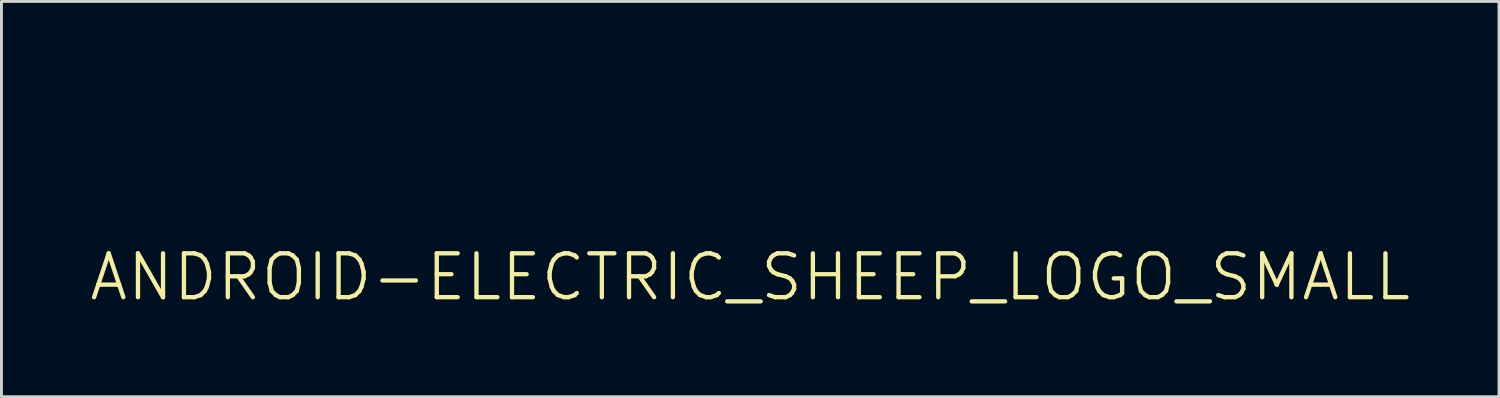
<source format=kicad_pcb>
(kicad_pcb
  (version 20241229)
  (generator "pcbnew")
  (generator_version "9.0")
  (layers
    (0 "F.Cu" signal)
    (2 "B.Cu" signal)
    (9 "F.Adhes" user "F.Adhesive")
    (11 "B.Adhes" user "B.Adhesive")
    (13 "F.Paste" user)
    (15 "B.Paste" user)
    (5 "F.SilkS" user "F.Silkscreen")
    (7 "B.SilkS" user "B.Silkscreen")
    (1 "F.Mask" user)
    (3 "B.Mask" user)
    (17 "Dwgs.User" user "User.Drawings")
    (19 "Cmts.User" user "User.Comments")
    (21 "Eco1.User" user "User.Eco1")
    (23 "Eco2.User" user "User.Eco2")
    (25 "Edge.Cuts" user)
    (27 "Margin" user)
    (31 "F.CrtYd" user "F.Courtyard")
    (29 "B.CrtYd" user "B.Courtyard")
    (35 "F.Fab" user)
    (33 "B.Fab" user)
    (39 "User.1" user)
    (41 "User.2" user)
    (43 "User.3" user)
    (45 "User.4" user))
  (footprint "ANDROID-ELECTRIC_SHEEP_LOGO_SMALL"
    (layer "F.Cu")
    (at 23.005 6.574)
    (property "Reference" "ANDROID-ELECTRIC_SHEEP_LOGO_SMALL" (at 0 0 0) (layer "F.SilkS") (effects (font (size 1.524 1.524) (thickness 0.15))))
    (attr exclude_from_pos_files exclude_from_bom)
    (fp_line (start 0.038 -2.832) (end 0.544 -2.832) (stroke (width 0.066) (type solid)) (layer "B.Adhes"))
    (fp_line (start 0.038 -2.807) (end 0.038 -2.832) (stroke (width 0.066) (type solid)) (layer "B.Adhes"))
    (fp_line (start 0.038 -2.807) (end 0.544 -2.807) (stroke (width 0.066) (type solid)) (layer "B.Adhes"))
    (fp_line (start 0.038 -2.807) (end 0.544 -2.807) (stroke (width 0.066) (type solid)) (layer "B.Adhes"))
    (fp_line (start 0.038 -2.781) (end 0.038 -2.807) (stroke (width 0.066) (type solid)) (layer "B.Adhes"))
    (fp_line (start 0.038 -2.781) (end 0.544 -2.781) (stroke (width 0.066) (type solid)) (layer "B.Adhes"))
    (fp_line (start 0.038 -2.781) (end 0.544 -2.781) (stroke (width 0.066) (type solid)) (layer "B.Adhes"))
    (fp_line (start 0.038 -2.756) (end 0.038 -2.781) (stroke (width 0.066) (type solid)) (layer "B.Adhes"))
    (fp_line (start 0.038 -2.756) (end 0.544 -2.756) (stroke (width 0.066) (type solid)) (layer "B.Adhes"))
    (fp_line (start 0.038 -2.756) (end 0.544 -2.756) (stroke (width 0.066) (type solid)) (layer "B.Adhes"))
    (fp_line (start 0.038 -2.731) (end 0.038 -2.756) (stroke (width 0.066) (type solid)) (layer "B.Adhes"))
    (fp_line (start 0.038 -2.731) (end 0.544 -2.731) (stroke (width 0.066) (type solid)) (layer "B.Adhes"))
    (fp_line (start 0.038 -2.731) (end 0.544 -2.731) (stroke (width 0.066) (type solid)) (layer "B.Adhes"))
    (fp_line (start 0.038 -2.705) (end 0.038 -2.731) (stroke (width 0.066) (type solid)) (layer "B.Adhes"))
    (fp_line (start 0.038 -2.705) (end 0.544 -2.705) (stroke (width 0.066) (type solid)) (layer "B.Adhes"))
    (fp_line (start 0.038 -2.705) (end 0.544 -2.705) (stroke (width 0.066) (type solid)) (layer "B.Adhes"))
    (fp_line (start 0.038 -2.68) (end 0.038 -2.705) (stroke (width 0.066) (type solid)) (layer "B.Adhes"))
    (fp_line (start 0.038 -2.68) (end 0.544 -2.68) (stroke (width 0.066) (type solid)) (layer "B.Adhes"))
    (fp_line (start 0.038 -2.68) (end 0.544 -2.68) (stroke (width 0.066) (type solid)) (layer "B.Adhes"))
    (fp_line (start 0.038 -2.654) (end 0.038 -2.68) (stroke (width 0.066) (type solid)) (layer "B.Adhes"))
    (fp_line (start 0.038 -2.654) (end 0.544 -2.654) (stroke (width 0.066) (type solid)) (layer "B.Adhes"))
    (fp_line (start 0.038 -2.654) (end 0.544 -2.654) (stroke (width 0.066) (type solid)) (layer "B.Adhes"))
    (fp_line (start 0.038 -2.629) (end 0.038 -2.654) (stroke (width 0.066) (type solid)) (layer "B.Adhes"))
    (fp_line (start 0.038 -2.629) (end 0.544 -2.629) (stroke (width 0.066) (type solid)) (layer "B.Adhes"))
    (fp_line (start 0.038 -2.629) (end 0.544 -2.629) (stroke (width 0.066) (type solid)) (layer "B.Adhes"))
    (fp_line (start 0.038 -2.603) (end 0.038 -2.629) (stroke (width 0.066) (type solid)) (layer "B.Adhes"))
    (fp_line (start 0.038 -2.603) (end 0.544 -2.603) (stroke (width 0.066) (type solid)) (layer "B.Adhes"))
    (fp_line (start 0.038 -2.603) (end 0.544 -2.603) (stroke (width 0.066) (type solid)) (layer "B.Adhes"))
    (fp_line (start 0.038 -2.578) (end 0.038 -2.603) (stroke (width 0.066) (type solid)) (layer "B.Adhes"))
    (fp_line (start 0.038 -2.578) (end 0.544 -2.578) (stroke (width 0.066) (type solid)) (layer "B.Adhes"))
    (fp_line (start 0.038 -2.578) (end 0.544 -2.578) (stroke (width 0.066) (type solid)) (layer "B.Adhes"))
    (fp_line (start 0.038 -2.553) (end 0.038 -2.578) (stroke (width 0.066) (type solid)) (layer "B.Adhes"))
    (fp_line (start 0.038 -2.553) (end 0.544 -2.553) (stroke (width 0.066) (type solid)) (layer "B.Adhes"))
    (fp_line (start 0.038 -2.553) (end 0.544 -2.553) (stroke (width 0.066) (type solid)) (layer "B.Adhes"))
    (fp_line (start 0.038 -2.527) (end 0.038 -2.553) (stroke (width 0.066) (type solid)) (layer "B.Adhes"))
    (fp_line (start 0.038 -2.527) (end 0.544 -2.527) (stroke (width 0.066) (type solid)) (layer "B.Adhes"))
    (fp_line (start 0.038 -2.527) (end 0.544 -2.527) (stroke (width 0.066) (type solid)) (layer "B.Adhes"))
    (fp_line (start 0.038 -2.502) (end 0.038 -2.527) (stroke (width 0.066) (type solid)) (layer "B.Adhes"))
    (fp_line (start 0.038 -2.502) (end 0.544 -2.502) (stroke (width 0.066) (type solid)) (layer "B.Adhes"))
    (fp_line (start 0.038 -2.502) (end 0.544 -2.502) (stroke (width 0.066) (type solid)) (layer "B.Adhes"))
    (fp_line (start 0.038 -2.477) (end 0.038 -2.502) (stroke (width 0.066) (type solid)) (layer "B.Adhes"))
    (fp_line (start 0.038 -2.477) (end 0.544 -2.477) (stroke (width 0.066) (type solid)) (layer "B.Adhes"))
    (fp_line (start 0.038 -2.477) (end 0.544 -2.477) (stroke (width 0.066) (type solid)) (layer "B.Adhes"))
    (fp_line (start 0.038 -2.451) (end 0.038 -2.477) (stroke (width 0.066) (type solid)) (layer "B.Adhes"))
    (fp_line (start 0.038 -2.451) (end 0.544 -2.451) (stroke (width 0.066) (type solid)) (layer "B.Adhes"))
    (fp_line (start 0.038 -2.451) (end 0.544 -2.451) (stroke (width 0.066) (type solid)) (layer "B.Adhes"))
    (fp_line (start 0.038 -2.426) (end 0.038 -2.451) (stroke (width 0.066) (type solid)) (layer "B.Adhes"))
    (fp_line (start 0.038 -2.426) (end 0.544 -2.426) (stroke (width 0.066) (type solid)) (layer "B.Adhes"))
    (fp_line (start 0.038 -2.426) (end 0.544 -2.426) (stroke (width 0.066) (type solid)) (layer "B.Adhes"))
    (fp_line (start 0.038 -2.4) (end 0.038 -2.426) (stroke (width 0.066) (type solid)) (layer "B.Adhes"))
    (fp_line (start 0.038 -2.4) (end 0.544 -2.4) (stroke (width 0.066) (type solid)) (layer "B.Adhes"))
    (fp_line (start 0.038 -2.4) (end 0.544 -2.4) (stroke (width 0.066) (type solid)) (layer "B.Adhes"))
    (fp_line (start 0.038 -2.375) (end 0.038 -2.4) (stroke (width 0.066) (type solid)) (layer "B.Adhes"))
    (fp_line (start 0.038 -2.375) (end 0.544 -2.375) (stroke (width 0.066) (type solid)) (layer "B.Adhes"))
    (fp_line (start 0.038 -2.375) (end 0.544 -2.375) (stroke (width 0.066) (type solid)) (layer "B.Adhes"))
    (fp_line (start 0.038 -2.349) (end 0.038 -2.375) (stroke (width 0.066) (type solid)) (layer "B.Adhes"))
    (fp_line (start 0.038 -2.349) (end 0.544 -2.349) (stroke (width 0.066) (type solid)) (layer "B.Adhes"))
    (fp_line (start 0.038 -2.349) (end 0.544 -2.349) (stroke (width 0.066) (type solid)) (layer "B.Adhes"))
    (fp_line (start 0.038 -2.324) (end 0.038 -2.349) (stroke (width 0.066) (type solid)) (layer "B.Adhes"))
    (fp_line (start 0.038 -2.324) (end 0.544 -2.324) (stroke (width 0.066) (type solid)) (layer "B.Adhes"))
    (fp_line (start 0.038 -2.324) (end 0.544 -2.324) (stroke (width 0.066) (type solid)) (layer "B.Adhes"))
    (fp_line (start 0.038 -2.299) (end 0.038 -2.324) (stroke (width 0.066) (type solid)) (layer "B.Adhes"))
    (fp_line (start 0.038 -2.299) (end 0.544 -2.299) (stroke (width 0.066) (type solid)) (layer "B.Adhes"))
    (fp_line (start 0.038 -2.299) (end 0.544 -2.299) (stroke (width 0.066) (type solid)) (layer "B.Adhes"))
    (fp_line (start 0.038 -2.273) (end 0.038 -2.299) (stroke (width 0.066) (type solid)) (layer "B.Adhes"))
    (fp_line (start 0.038 -2.273) (end 0.544 -2.273) (stroke (width 0.066) (type solid)) (layer "B.Adhes"))
    (fp_line (start 0.038 -2.273) (end 0.544 -2.273) (stroke (width 0.066) (type solid)) (layer "B.Adhes"))
    (fp_line (start 0.038 -2.248) (end 0.038 -2.273) (stroke (width 0.066) (type solid)) (layer "B.Adhes"))
    (fp_line (start 0.038 -2.248) (end 0.544 -2.248) (stroke (width 0.066) (type solid)) (layer "B.Adhes"))
    (fp_line (start 0.038 -2.248) (end 0.544 -2.248) (stroke (width 0.066) (type solid)) (layer "B.Adhes"))
    (fp_line (start 0.038 -2.223) (end 0.038 -2.248) (stroke (width 0.066) (type solid)) (layer "B.Adhes"))
    (fp_line (start 0.038 -2.223) (end 0.544 -2.223) (stroke (width 0.066) (type solid)) (layer "B.Adhes"))
    (fp_line (start 0.038 -2.223) (end 0.544 -2.223) (stroke (width 0.066) (type solid)) (layer "B.Adhes"))
    (fp_line (start 0.038 -2.195) (end 0.038 -2.223) (stroke (width 0.066) (type solid)) (layer "B.Adhes"))
    (fp_line (start 0.038 -2.195) (end 0.544 -2.195) (stroke (width 0.066) (type solid)) (layer "B.Adhes"))
    (fp_line (start 0.038 -2.195) (end 0.544 -2.195) (stroke (width 0.066) (type solid)) (layer "B.Adhes"))
    (fp_line (start 0.038 -2.172) (end 0.038 -2.195) (stroke (width 0.066) (type solid)) (layer "B.Adhes"))
    (fp_line (start 0.038 -2.172) (end 0.544 -2.172) (stroke (width 0.066) (type solid)) (layer "B.Adhes"))
    (fp_line (start 0.038 -2.172) (end 0.544 -2.172) (stroke (width 0.066) (type solid)) (layer "B.Adhes"))
    (fp_line (start 0.038 -2.146) (end 0.038 -2.172) (stroke (width 0.066) (type solid)) (layer "B.Adhes"))
    (fp_line (start 0.038 -2.146) (end 0.544 -2.146) (stroke (width 0.066) (type solid)) (layer "B.Adhes"))
    (fp_line (start 0.038 -2.146) (end 0.544 -2.146) (stroke (width 0.066) (type solid)) (layer "B.Adhes"))
    (fp_line (start 0.038 -2.121) (end 0.038 -2.146) (stroke (width 0.066) (type solid)) (layer "B.Adhes"))
    (fp_line (start 0.038 -2.121) (end 0.544 -2.121) (stroke (width 0.066) (type solid)) (layer "B.Adhes"))
    (fp_line (start 0.038 -2.121) (end 0.544 -2.121) (stroke (width 0.066) (type solid)) (layer "B.Adhes"))
    (fp_line (start 0.038 -2.095) (end 0.038 -2.121) (stroke (width 0.066) (type solid)) (layer "B.Adhes"))
    (fp_line (start 0.038 -2.095) (end 0.544 -2.095) (stroke (width 0.066) (type solid)) (layer "B.Adhes"))
    (fp_line (start 0.038 -2.095) (end 0.544 -2.095) (stroke (width 0.066) (type solid)) (layer "B.Adhes"))
    (fp_line (start 0.038 -2.07) (end 0.038 -2.095) (stroke (width 0.066) (type solid)) (layer "B.Adhes"))
    (fp_line (start 0.038 -2.07) (end 0.544 -2.07) (stroke (width 0.066) (type solid)) (layer "B.Adhes"))
    (fp_line (start 0.038 -2.07) (end 0.544 -2.07) (stroke (width 0.066) (type solid)) (layer "B.Adhes"))
    (fp_line (start 0.038 -2.045) (end 0.038 -2.07) (stroke (width 0.066) (type solid)) (layer "B.Adhes"))
    (fp_line (start 0.038 -2.045) (end 0.544 -2.045) (stroke (width 0.066) (type solid)) (layer "B.Adhes"))
    (fp_line (start 0.038 -2.045) (end 0.544 -2.045) (stroke (width 0.066) (type solid)) (layer "B.Adhes"))
    (fp_line (start 0.038 -2.019) (end 0.038 -2.045) (stroke (width 0.066) (type solid)) (layer "B.Adhes"))
    (fp_line (start 0.038 -2.019) (end 0.544 -2.019) (stroke (width 0.066) (type solid)) (layer "B.Adhes"))
    (fp_line (start 0.038 -2.019) (end 0.544 -2.019) (stroke (width 0.066) (type solid)) (layer "B.Adhes"))
    (fp_line (start 0.038 -1.994) (end 0.038 -2.019) (stroke (width 0.066) (type solid)) (layer "B.Adhes"))
    (fp_line (start 0.038 -1.994) (end 0.544 -1.994) (stroke (width 0.066) (type solid)) (layer "B.Adhes"))
    (fp_line (start 0.038 -1.994) (end 0.544 -1.994) (stroke (width 0.066) (type solid)) (layer "B.Adhes"))
    (fp_line (start 0.038 -1.968) (end 0.038 -1.994) (stroke (width 0.066) (type solid)) (layer "B.Adhes"))
    (fp_line (start 0.038 -1.968) (end 0.544 -1.968) (stroke (width 0.066) (type solid)) (layer "B.Adhes"))
    (fp_line (start 0.038 -1.968) (end 0.544 -1.968) (stroke (width 0.066) (type solid)) (layer "B.Adhes"))
    (fp_line (start 0.038 -1.943) (end 0.038 -1.968) (stroke (width 0.066) (type solid)) (layer "B.Adhes"))
    (fp_line (start 0.038 -1.943) (end 0.544 -1.943) (stroke (width 0.066) (type solid)) (layer "B.Adhes"))
    (fp_line (start 0.038 -1.943) (end 0.544 -1.943) (stroke (width 0.066) (type solid)) (layer "B.Adhes"))
    (fp_line (start 0.038 -1.918) (end 0.038 -1.943) (stroke (width 0.066) (type solid)) (layer "B.Adhes"))
    (fp_line (start 0.038 -1.918) (end 0.544 -1.918) (stroke (width 0.066) (type solid)) (layer "B.Adhes"))
    (fp_line (start 0.038 -1.918) (end 0.544 -1.918) (stroke (width 0.066) (type solid)) (layer "B.Adhes"))
    (fp_line (start 0.038 -1.892) (end 0.038 -1.918) (stroke (width 0.066) (type solid)) (layer "B.Adhes"))
    (fp_line (start 0.038 -1.892) (end 0.544 -1.892) (stroke (width 0.066) (type solid)) (layer "B.Adhes"))
    (fp_line (start 0.038 -1.892) (end 0.544 -1.892) (stroke (width 0.066) (type solid)) (layer "B.Adhes"))
    (fp_line (start 0.038 -1.867) (end 0.038 -1.892) (stroke (width 0.066) (type solid)) (layer "B.Adhes"))
    (fp_line (start 0.038 -1.867) (end 0.544 -1.867) (stroke (width 0.066) (type solid)) (layer "B.Adhes"))
    (fp_line (start 0.038 -1.867) (end 0.544 -1.867) (stroke (width 0.066) (type solid)) (layer "B.Adhes"))
    (fp_line (start 0.038 -1.841) (end 0.038 -1.867) (stroke (width 0.066) (type solid)) (layer "B.Adhes"))
    (fp_line (start 0.038 -1.841) (end 0.544 -1.841) (stroke (width 0.066) (type solid)) (layer "B.Adhes"))
    (fp_line (start 0.038 -1.841) (end 0.544 -1.841) (stroke (width 0.066) (type solid)) (layer "B.Adhes"))
    (fp_line (start 0.038 -1.814) (end 0.038 -1.841) (stroke (width 0.066) (type solid)) (layer "B.Adhes"))
    (fp_line (start 0.038 -1.814) (end 0.544 -1.814) (stroke (width 0.066) (type solid)) (layer "B.Adhes"))
    (fp_line (start 0.038 -1.814) (end 0.544 -1.814) (stroke (width 0.066) (type solid)) (layer "B.Adhes"))
    (fp_line (start 0.038 -1.788) (end 0.038 -1.814) (stroke (width 0.066) (type solid)) (layer "B.Adhes"))
    (fp_line (start 0.038 -1.788) (end 0.544 -1.788) (stroke (width 0.066) (type solid)) (layer "B.Adhes"))
    (fp_line (start 0.038 -1.788) (end 0.544 -1.788) (stroke (width 0.066) (type solid)) (layer "B.Adhes"))
    (fp_line (start 0.038 -1.765) (end 0.038 -1.788) (stroke (width 0.066) (type solid)) (layer "B.Adhes"))
    (fp_line (start 0.038 -1.765) (end 0.544 -1.765) (stroke (width 0.066) (type solid)) (layer "B.Adhes"))
    (fp_line (start 0.038 -1.765) (end 0.544 -1.765) (stroke (width 0.066) (type solid)) (layer "B.Adhes"))
    (fp_line (start 0.038 -1.74) (end 0.038 -1.765) (stroke (width 0.066) (type solid)) (layer "B.Adhes"))
    (fp_line (start 0.038 -1.74) (end 0.544 -1.74) (stroke (width 0.066) (type solid)) (layer "B.Adhes"))
    (fp_line (start 0.038 -1.74) (end 0.544 -1.74) (stroke (width 0.066) (type solid)) (layer "B.Adhes"))
    (fp_line (start 0.038 -1.714) (end 0.038 -1.74) (stroke (width 0.066) (type solid)) (layer "B.Adhes"))
    (fp_line (start 0.038 -1.714) (end 0.544 -1.714) (stroke (width 0.066) (type solid)) (layer "B.Adhes"))
    (fp_line (start 0.038 -1.714) (end 0.544 -1.714) (stroke (width 0.066) (type solid)) (layer "B.Adhes"))
    (fp_line (start 0.038 -1.689) (end 0.038 -1.714) (stroke (width 0.066) (type solid)) (layer "B.Adhes"))
    (fp_line (start 0.038 -1.689) (end 0.544 -1.689) (stroke (width 0.066) (type solid)) (layer "B.Adhes"))
    (fp_line (start 0.038 -1.689) (end 0.544 -1.689) (stroke (width 0.066) (type solid)) (layer "B.Adhes"))
    (fp_line (start 0.038 -1.664) (end 0.038 -1.689) (stroke (width 0.066) (type solid)) (layer "B.Adhes"))
    (fp_line (start 0.038 -1.664) (end 0.544 -1.664) (stroke (width 0.066) (type solid)) (layer "B.Adhes"))
    (fp_line (start 0.038 -1.664) (end 0.544 -1.664) (stroke (width 0.066) (type solid)) (layer "B.Adhes"))
    (fp_line (start 0.038 -1.638) (end 0.038 -1.664) (stroke (width 0.066) (type solid)) (layer "B.Adhes"))
    (fp_line (start 0.038 -1.638) (end 0.544 -1.638) (stroke (width 0.066) (type solid)) (layer "B.Adhes"))
    (fp_line (start 0.038 -1.638) (end 0.544 -1.638) (stroke (width 0.066) (type solid)) (layer "B.Adhes"))
    (fp_line (start 0.038 -1.613) (end 0.038 -1.638) (stroke (width 0.066) (type solid)) (layer "B.Adhes"))
    (fp_line (start 0.038 -1.613) (end 0.544 -1.613) (stroke (width 0.066) (type solid)) (layer "B.Adhes"))
    (fp_line (start 0.038 -1.613) (end 0.544 -1.613) (stroke (width 0.066) (type solid)) (layer "B.Adhes"))
    (fp_line (start 0.038 -1.587) (end 0.038 -1.613) (stroke (width 0.066) (type solid)) (layer "B.Adhes"))
    (fp_line (start 0.038 -1.587) (end 0.544 -1.587) (stroke (width 0.066) (type solid)) (layer "B.Adhes"))
    (fp_line (start 0.038 -1.587) (end 0.544 -1.587) (stroke (width 0.066) (type solid)) (layer "B.Adhes"))
    (fp_line (start 0.038 -1.562) (end 0.038 -1.587) (stroke (width 0.066) (type solid)) (layer "B.Adhes"))
    (fp_line (start 0.038 -1.562) (end 0.544 -1.562) (stroke (width 0.066) (type solid)) (layer "B.Adhes"))
    (fp_line (start 0.038 -1.562) (end 0.544 -1.562) (stroke (width 0.066) (type solid)) (layer "B.Adhes"))
    (fp_line (start 0.038 -1.537) (end 0.038 -1.562) (stroke (width 0.066) (type solid)) (layer "B.Adhes"))
    (fp_line (start 0.038 -1.537) (end 0.544 -1.537) (stroke (width 0.066) (type solid)) (layer "B.Adhes"))
    (fp_line (start 0.038 -1.537) (end 0.544 -1.537) (stroke (width 0.066) (type solid)) (layer "B.Adhes"))
    (fp_line (start 0.038 -1.511) (end 0.038 -1.537) (stroke (width 0.066) (type solid)) (layer "B.Adhes"))
    (fp_line (start 0.038 -1.511) (end 0.544 -1.511) (stroke (width 0.066) (type solid)) (layer "B.Adhes"))
    (fp_line (start 0.038 -1.511) (end 0.544 -1.511) (stroke (width 0.066) (type solid)) (layer "B.Adhes"))
    (fp_line (start 0.038 -1.486) (end 0.038 -1.511) (stroke (width 0.066) (type solid)) (layer "B.Adhes"))
    (fp_line (start 0.038 -1.486) (end 0.544 -1.486) (stroke (width 0.066) (type solid)) (layer "B.Adhes"))
    (fp_line (start 0.064 -2.883) (end 0.521 -2.883) (stroke (width 0.066) (type solid)) (layer "B.Adhes"))
    (fp_line (start 0.064 -2.857) (end 0.064 -2.883) (stroke (width 0.066) (type solid)) (layer "B.Adhes"))
    (fp_line (start 0.064 -2.857) (end 0.521 -2.857) (stroke (width 0.066) (type solid)) (layer "B.Adhes"))
    (fp_line (start 0.064 -2.857) (end 0.544 -2.857) (stroke (width 0.066) (type solid)) (layer "B.Adhes"))
    (fp_line (start 0.064 -2.832) (end 0.064 -2.857) (stroke (width 0.066) (type solid)) (layer "B.Adhes"))
    (fp_line (start 0.064 -2.832) (end 0.544 -2.832) (stroke (width 0.066) (type solid)) (layer "B.Adhes"))
    (fp_line (start 0.064 -1.486) (end 0.521 -1.486) (stroke (width 0.066) (type solid)) (layer "B.Adhes"))
    (fp_line (start 0.064 -1.46) (end 0.064 -1.486) (stroke (width 0.066) (type solid)) (layer "B.Adhes"))
    (fp_line (start 0.064 -1.46) (end 0.521 -1.46) (stroke (width 0.066) (type solid)) (layer "B.Adhes"))
    (fp_line (start 0.064 -1.46) (end 0.521 -1.46) (stroke (width 0.066) (type solid)) (layer "B.Adhes"))
    (fp_line (start 0.064 -1.435) (end 0.064 -1.46) (stroke (width 0.066) (type solid)) (layer "B.Adhes"))
    (fp_line (start 0.064 -1.435) (end 0.521 -1.435) (stroke (width 0.066) (type solid)) (layer "B.Adhes"))
    (fp_line (start 0.089 -2.908) (end 0.495 -2.908) (stroke (width 0.066) (type solid)) (layer "B.Adhes"))
    (fp_line (start 0.089 -2.883) (end 0.089 -2.908) (stroke (width 0.066) (type solid)) (layer "B.Adhes"))
    (fp_line (start 0.089 -2.883) (end 0.495 -2.883) (stroke (width 0.066) (type solid)) (layer "B.Adhes"))
    (fp_line (start 0.089 -1.435) (end 0.495 -1.435) (stroke (width 0.066) (type solid)) (layer "B.Adhes"))
    (fp_line (start 0.089 -1.41) (end 0.089 -1.435) (stroke (width 0.066) (type solid)) (layer "B.Adhes"))
    (fp_line (start 0.089 -1.41) (end 0.495 -1.41) (stroke (width 0.066) (type solid)) (layer "B.Adhes"))
    (fp_line (start 0.114 -2.934) (end 0.47 -2.934) (stroke (width 0.066) (type solid)) (layer "B.Adhes"))
    (fp_line (start 0.114 -2.908) (end 0.114 -2.934) (stroke (width 0.066) (type solid)) (layer "B.Adhes"))
    (fp_line (start 0.114 -2.908) (end 0.47 -2.908) (stroke (width 0.066) (type solid)) (layer "B.Adhes"))
    (fp_line (start 0.114 -1.41) (end 0.47 -1.41) (stroke (width 0.066) (type solid)) (layer "B.Adhes"))
    (fp_line (start 0.114 -1.384) (end 0.114 -1.41) (stroke (width 0.066) (type solid)) (layer "B.Adhes"))
    (fp_line (start 0.114 -1.384) (end 0.47 -1.384) (stroke (width 0.066) (type solid)) (layer "B.Adhes"))
    (fp_line (start 0.14 -2.959) (end 0.445 -2.959) (stroke (width 0.066) (type solid)) (layer "B.Adhes"))
    (fp_line (start 0.14 -2.934) (end 0.14 -2.959) (stroke (width 0.066) (type solid)) (layer "B.Adhes"))
    (fp_line (start 0.14 -2.934) (end 0.445 -2.934) (stroke (width 0.066) (type solid)) (layer "B.Adhes"))
    (fp_line (start 0.165 -2.985) (end 0.419 -2.985) (stroke (width 0.066) (type solid)) (layer "B.Adhes"))
    (fp_line (start 0.165 -2.959) (end 0.165 -2.985) (stroke (width 0.066) (type solid)) (layer "B.Adhes"))
    (fp_line (start 0.165 -2.959) (end 0.419 -2.959) (stroke (width 0.066) (type solid)) (layer "B.Adhes"))
    (fp_line (start 0.165 -1.384) (end 0.445 -1.384) (stroke (width 0.066) (type solid)) (layer "B.Adhes"))
    (fp_line (start 0.165 -1.359) (end 0.165 -1.384) (stroke (width 0.066) (type solid)) (layer "B.Adhes"))
    (fp_line (start 0.165 -1.359) (end 0.445 -1.359) (stroke (width 0.066) (type solid)) (layer "B.Adhes"))
    (fp_line (start 0.216 -1.359) (end 0.394 -1.359) (stroke (width 0.066) (type solid)) (layer "B.Adhes"))
    (fp_line (start 0.216 -1.333) (end 0.216 -1.359) (stroke (width 0.066) (type solid)) (layer "B.Adhes"))
    (fp_line (start 0.216 -1.333) (end 0.394 -1.333) (stroke (width 0.066) (type solid)) (layer "B.Adhes"))
    (fp_line (start 0.267 -3.01) (end 0.318 -3.01) (stroke (width 0.066) (type solid)) (layer "B.Adhes"))
    (fp_line (start 0.267 -2.985) (end 0.267 -3.01) (stroke (width 0.066) (type solid)) (layer "B.Adhes"))
    (fp_line (start 0.267 -2.985) (end 0.318 -2.985) (stroke (width 0.066) (type solid)) (layer "B.Adhes"))
    (fp_line (start 0.318 -2.985) (end 0.318 -3.01) (stroke (width 0.066) (type solid)) (layer "B.Adhes"))
    (fp_line (start 0.394 -1.333) (end 0.394 -1.359) (stroke (width 0.066) (type solid)) (layer "B.Adhes"))
    (fp_line (start 0.419 -5.626) (end 1.359 -5.626) (stroke (width 0.066) (type solid)) (layer "B.Adhes"))
    (fp_line (start 0.419 -5.601) (end 0.419 -5.626) (stroke (width 0.066) (type solid)) (layer "B.Adhes"))
    (fp_line (start 0.419 -5.601) (end 1.359 -5.601) (stroke (width 0.066) (type solid)) (layer "B.Adhes"))
    (fp_line (start 0.419 -5.601) (end 1.359 -5.601) (stroke (width 0.066) (type solid)) (layer "B.Adhes"))
    (fp_line (start 0.419 -5.575) (end 0.419 -5.601) (stroke (width 0.066) (type solid)) (layer "B.Adhes"))
    (fp_line (start 0.419 -5.575) (end 1.333 -5.575) (stroke (width 0.066) (type solid)) (layer "B.Adhes"))
    (fp_line (start 0.419 -5.575) (end 1.359 -5.575) (stroke (width 0.066) (type solid)) (layer "B.Adhes"))
    (fp_line (start 0.419 -5.55) (end 0.419 -5.575) (stroke (width 0.066) (type solid)) (layer "B.Adhes"))
    (fp_line (start 0.419 -5.55) (end 1.333 -5.55) (stroke (width 0.066) (type solid)) (layer "B.Adhes"))
    (fp_line (start 0.419 -5.55) (end 1.333 -5.55) (stroke (width 0.066) (type solid)) (layer "B.Adhes"))
    (fp_line (start 0.419 -5.524) (end 0.419 -5.55) (stroke (width 0.066) (type solid)) (layer "B.Adhes"))
    (fp_line (start 0.419 -5.524) (end 1.308 -5.524) (stroke (width 0.066) (type solid)) (layer "B.Adhes"))
    (fp_line (start 0.419 -5.524) (end 1.333 -5.524) (stroke (width 0.066) (type solid)) (layer "B.Adhes"))
    (fp_line (start 0.419 -5.499) (end 0.419 -5.524) (stroke (width 0.066) (type solid)) (layer "B.Adhes"))
    (fp_line (start 0.419 -5.499) (end 1.308 -5.499) (stroke (width 0.066) (type solid)) (layer "B.Adhes"))
    (fp_line (start 0.419 -5.499) (end 1.308 -5.499) (stroke (width 0.066) (type solid)) (layer "B.Adhes"))
    (fp_line (start 0.419 -5.474) (end 0.419 -5.499) (stroke (width 0.066) (type solid)) (layer "B.Adhes"))
    (fp_line (start 0.419 -5.474) (end 1.308 -5.474) (stroke (width 0.066) (type solid)) (layer "B.Adhes"))
    (fp_line (start 0.419 -5.474) (end 1.308 -5.474) (stroke (width 0.066) (type solid)) (layer "B.Adhes"))
    (fp_line (start 0.419 -5.448) (end 0.419 -5.474) (stroke (width 0.066) (type solid)) (layer "B.Adhes"))
    (fp_line (start 0.419 -5.448) (end 1.308 -5.448) (stroke (width 0.066) (type solid)) (layer "B.Adhes"))
    (fp_line (start 0.419 -5.448) (end 1.308 -5.448) (stroke (width 0.066) (type solid)) (layer "B.Adhes"))
    (fp_line (start 0.419 -5.423) (end 0.419 -5.448) (stroke (width 0.066) (type solid)) (layer "B.Adhes"))
    (fp_line (start 0.419 -5.423) (end 1.308 -5.423) (stroke (width 0.066) (type solid)) (layer "B.Adhes"))
    (fp_line (start 0.419 -5.423) (end 1.308 -5.423) (stroke (width 0.066) (type solid)) (layer "B.Adhes"))
    (fp_line (start 0.419 -5.397) (end 0.419 -5.423) (stroke (width 0.066) (type solid)) (layer "B.Adhes"))
    (fp_line (start 0.419 -5.397) (end 1.308 -5.397) (stroke (width 0.066) (type solid)) (layer "B.Adhes"))
    (fp_line (start 0.419 -5.397) (end 1.308 -5.397) (stroke (width 0.066) (type solid)) (layer "B.Adhes"))
    (fp_line (start 0.419 -5.372) (end 0.419 -5.397) (stroke (width 0.066) (type solid)) (layer "B.Adhes"))
    (fp_line (start 0.419 -5.372) (end 1.308 -5.372) (stroke (width 0.066) (type solid)) (layer "B.Adhes"))
    (fp_line (start 0.419 -5.372) (end 1.308 -5.372) (stroke (width 0.066) (type solid)) (layer "B.Adhes"))
    (fp_line (start 0.419 -5.347) (end 0.419 -5.372) (stroke (width 0.066) (type solid)) (layer "B.Adhes"))
    (fp_line (start 0.419 -5.347) (end 1.308 -5.347) (stroke (width 0.066) (type solid)) (layer "B.Adhes"))
    (fp_line (start 0.419 -5.347) (end 1.308 -5.347) (stroke (width 0.066) (type solid)) (layer "B.Adhes"))
    (fp_line (start 0.419 -5.321) (end 0.419 -5.347) (stroke (width 0.066) (type solid)) (layer "B.Adhes"))
    (fp_line (start 0.419 -5.321) (end 1.308 -5.321) (stroke (width 0.066) (type solid)) (layer "B.Adhes"))
    (fp_line (start 0.419 -5.321) (end 1.308 -5.321) (stroke (width 0.066) (type solid)) (layer "B.Adhes"))
    (fp_line (start 0.419 -5.296) (end 0.419 -5.321) (stroke (width 0.066) (type solid)) (layer "B.Adhes"))
    (fp_line (start 0.419 -5.296) (end 1.308 -5.296) (stroke (width 0.066) (type solid)) (layer "B.Adhes"))
    (fp_line (start 0.419 -2.959) (end 0.419 -2.985) (stroke (width 0.066) (type solid)) (layer "B.Adhes"))
    (fp_line (start 0.445 -5.677) (end 1.384 -5.677) (stroke (width 0.066) (type solid)) (layer "B.Adhes"))
    (fp_line (start 0.445 -5.652) (end 0.445 -5.677) (stroke (width 0.066) (type solid)) (layer "B.Adhes"))
    (fp_line (start 0.445 -5.652) (end 1.384 -5.652) (stroke (width 0.066) (type solid)) (layer "B.Adhes"))
    (fp_line (start 0.445 -5.652) (end 1.384 -5.652) (stroke (width 0.066) (type solid)) (layer "B.Adhes"))
    (fp_line (start 0.445 -5.626) (end 0.445 -5.652) (stroke (width 0.066) (type solid)) (layer "B.Adhes"))
    (fp_line (start 0.445 -5.626) (end 1.384 -5.626) (stroke (width 0.066) (type solid)) (layer "B.Adhes"))
    (fp_line (start 0.445 -5.296) (end 1.308 -5.296) (stroke (width 0.066) (type solid)) (layer "B.Adhes"))
    (fp_line (start 0.445 -5.271) (end 0.445 -5.296) (stroke (width 0.066) (type solid)) (layer "B.Adhes"))
    (fp_line (start 0.445 -5.271) (end 1.308 -5.271) (stroke (width 0.066) (type solid)) (layer "B.Adhes"))
    (fp_line (start 0.445 -5.271) (end 1.333 -5.271) (stroke (width 0.066) (type solid)) (layer "B.Adhes"))
    (fp_line (start 0.445 -5.245) (end 0.445 -5.271) (stroke (width 0.066) (type solid)) (layer "B.Adhes"))
    (fp_line (start 0.445 -5.245) (end 1.333 -5.245) (stroke (width 0.066) (type solid)) (layer "B.Adhes"))
    (fp_line (start 0.445 -5.245) (end 1.333 -5.245) (stroke (width 0.066) (type solid)) (layer "B.Adhes"))
    (fp_line (start 0.445 -5.22) (end 0.445 -5.245) (stroke (width 0.066) (type solid)) (layer "B.Adhes"))
    (fp_line (start 0.445 -5.22) (end 1.333 -5.22) (stroke (width 0.066) (type solid)) (layer "B.Adhes"))
    (fp_line (start 0.445 -2.934) (end 0.445 -2.959) (stroke (width 0.066) (type solid)) (layer "B.Adhes"))
    (fp_line (start 0.445 -1.359) (end 0.445 -1.384) (stroke (width 0.066) (type solid)) (layer "B.Adhes"))
    (fp_line (start 0.47 -5.728) (end 1.435 -5.728) (stroke (width 0.066) (type solid)) (layer "B.Adhes"))
    (fp_line (start 0.47 -5.702) (end 0.47 -5.728) (stroke (width 0.066) (type solid)) (layer "B.Adhes"))
    (fp_line (start 0.47 -5.702) (end 1.41 -5.702) (stroke (width 0.066) (type solid)) (layer "B.Adhes"))
    (fp_line (start 0.47 -5.702) (end 1.435 -5.702) (stroke (width 0.066) (type solid)) (layer "B.Adhes"))
    (fp_line (start 0.47 -5.677) (end 0.47 -5.702) (stroke (width 0.066) (type solid)) (layer "B.Adhes"))
    (fp_line (start 0.47 -5.677) (end 1.41 -5.677) (stroke (width 0.066) (type solid)) (layer "B.Adhes"))
    (fp_line (start 0.47 -5.22) (end 1.359 -5.22) (stroke (width 0.066) (type solid)) (layer "B.Adhes"))
    (fp_line (start 0.47 -5.192) (end 0.47 -5.22) (stroke (width 0.066) (type solid)) (layer "B.Adhes"))
    (fp_line (start 0.47 -5.192) (end 1.359 -5.192) (stroke (width 0.066) (type solid)) (layer "B.Adhes"))
    (fp_line (start 0.47 -2.908) (end 0.47 -2.934) (stroke (width 0.066) (type solid)) (layer "B.Adhes"))
    (fp_line (start 0.47 -1.384) (end 0.47 -1.41) (stroke (width 0.066) (type solid)) (layer "B.Adhes"))
    (fp_line (start 0.495 -5.779) (end 1.435 -5.779) (stroke (width 0.066) (type solid)) (layer "B.Adhes"))
    (fp_line (start 0.495 -5.753) (end 0.495 -5.779) (stroke (width 0.066) (type solid)) (layer "B.Adhes"))
    (fp_line (start 0.495 -5.753) (end 1.435 -5.753) (stroke (width 0.066) (type solid)) (layer "B.Adhes"))
    (fp_line (start 0.495 -5.753) (end 1.435 -5.753) (stroke (width 0.066) (type solid)) (layer "B.Adhes"))
    (fp_line (start 0.495 -5.728) (end 0.495 -5.753) (stroke (width 0.066) (type solid)) (layer "B.Adhes"))
    (fp_line (start 0.495 -5.728) (end 1.435 -5.728) (stroke (width 0.066) (type solid)) (layer "B.Adhes"))
    (fp_line (start 0.495 -5.192) (end 1.359 -5.192) (stroke (width 0.066) (type solid)) (layer "B.Adhes"))
    (fp_line (start 0.495 -5.166) (end 0.495 -5.192) (stroke (width 0.066) (type solid)) (layer "B.Adhes"))
    (fp_line (start 0.495 -5.166) (end 1.359 -5.166) (stroke (width 0.066) (type solid)) (layer "B.Adhes"))
    (fp_line (start 0.495 -5.166) (end 1.384 -5.166) (stroke (width 0.066) (type solid)) (layer "B.Adhes"))
    (fp_line (start 0.495 -5.144) (end 0.495 -5.166) (stroke (width 0.066) (type solid)) (layer "B.Adhes"))
    (fp_line (start 0.495 -5.144) (end 1.384 -5.144) (stroke (width 0.066) (type solid)) (layer "B.Adhes"))
    (fp_line (start 0.495 -2.883) (end 0.495 -2.908) (stroke (width 0.066) (type solid)) (layer "B.Adhes"))
    (fp_line (start 0.495 -1.41) (end 0.495 -1.435) (stroke (width 0.066) (type solid)) (layer "B.Adhes"))
    (fp_line (start 0.521 -5.804) (end 1.41 -5.804) (stroke (width 0.066) (type solid)) (layer "B.Adhes"))
    (fp_line (start 0.521 -5.779) (end 0.521 -5.804) (stroke (width 0.066) (type solid)) (layer "B.Adhes"))
    (fp_line (start 0.521 -5.779) (end 1.41 -5.779) (stroke (width 0.066) (type solid)) (layer "B.Adhes"))
    (fp_line (start 0.521 -5.144) (end 1.384 -5.144) (stroke (width 0.066) (type solid)) (layer "B.Adhes"))
    (fp_line (start 0.521 -5.118) (end 0.521 -5.144) (stroke (width 0.066) (type solid)) (layer "B.Adhes"))
    (fp_line (start 0.521 -5.118) (end 1.384 -5.118) (stroke (width 0.066) (type solid)) (layer "B.Adhes"))
    (fp_line (start 0.521 -2.857) (end 0.521 -2.883) (stroke (width 0.066) (type solid)) (layer "B.Adhes"))
    (fp_line (start 0.521 -1.46) (end 0.521 -1.486) (stroke (width 0.066) (type solid)) (layer "B.Adhes"))
    (fp_line (start 0.521 -1.435) (end 0.521 -1.46) (stroke (width 0.066) (type solid)) (layer "B.Adhes"))
    (fp_line (start 0.544 -5.829) (end 1.384 -5.829) (stroke (width 0.066) (type solid)) (layer "B.Adhes"))
    (fp_line (start 0.544 -5.804) (end 0.544 -5.829) (stroke (width 0.066) (type solid)) (layer "B.Adhes"))
    (fp_line (start 0.544 -5.804) (end 1.384 -5.804) (stroke (width 0.066) (type solid)) (layer "B.Adhes"))
    (fp_line (start 0.544 -5.118) (end 1.41 -5.118) (stroke (width 0.066) (type solid)) (layer "B.Adhes"))
    (fp_line (start 0.544 -5.093) (end 0.544 -5.118) (stroke (width 0.066) (type solid)) (layer "B.Adhes"))
    (fp_line (start 0.544 -5.093) (end 1.41 -5.093) (stroke (width 0.066) (type solid)) (layer "B.Adhes"))
    (fp_line (start 0.544 -2.832) (end 0.544 -2.857) (stroke (width 0.066) (type solid)) (layer "B.Adhes"))
    (fp_line (start 0.544 -2.807) (end 0.544 -2.832) (stroke (width 0.066) (type solid)) (layer "B.Adhes"))
    (fp_line (start 0.544 -2.781) (end 0.544 -2.807) (stroke (width 0.066) (type solid)) (layer "B.Adhes"))
    (fp_line (start 0.544 -2.756) (end 0.544 -2.781) (stroke (width 0.066) (type solid)) (layer "B.Adhes"))
    (fp_line (start 0.544 -2.731) (end 0.544 -2.756) (stroke (width 0.066) (type solid)) (layer "B.Adhes"))
    (fp_line (start 0.544 -2.705) (end 0.544 -2.731) (stroke (width 0.066) (type solid)) (layer "B.Adhes"))
    (fp_line (start 0.544 -2.68) (end 0.544 -2.705) (stroke (width 0.066) (type solid)) (layer "B.Adhes"))
    (fp_line (start 0.544 -2.654) (end 0.544 -2.68) (stroke (width 0.066) (type solid)) (layer "B.Adhes"))
    (fp_line (start 0.544 -2.629) (end 0.544 -2.654) (stroke (width 0.066) (type solid)) (layer "B.Adhes"))
    (fp_line (start 0.544 -2.603) (end 0.544 -2.629) (stroke (width 0.066) (type solid)) (layer "B.Adhes"))
    (fp_line (start 0.544 -2.578) (end 0.544 -2.603) (stroke (width 0.066) (type solid)) (layer "B.Adhes"))
    (fp_line (start 0.544 -2.553) (end 0.544 -2.578) (stroke (width 0.066) (type solid)) (layer "B.Adhes"))
    (fp_line (start 0.544 -2.527) (end 0.544 -2.553) (stroke (width 0.066) (type solid)) (layer "B.Adhes"))
    (fp_line (start 0.544 -2.502) (end 0.544 -2.527) (stroke (width 0.066) (type solid)) (layer "B.Adhes"))
    (fp_line (start 0.544 -2.477) (end 0.544 -2.502) (stroke (width 0.066) (type solid)) (layer "B.Adhes"))
    (fp_line (start 0.544 -2.451) (end 0.544 -2.477) (stroke (width 0.066) (type solid)) (layer "B.Adhes"))
    (fp_line (start 0.544 -2.426) (end 0.544 -2.451) (stroke (width 0.066) (type solid)) (layer "B.Adhes"))
    (fp_line (start 0.544 -2.4) (end 0.544 -2.426) (stroke (width 0.066) (type solid)) (layer "B.Adhes"))
    (fp_line (start 0.544 -2.375) (end 0.544 -2.4) (stroke (width 0.066) (type solid)) (layer "B.Adhes"))
    (fp_line (start 0.544 -2.349) (end 0.544 -2.375) (stroke (width 0.066) (type solid)) (layer "B.Adhes"))
    (fp_line (start 0.544 -2.324) (end 0.544 -2.349) (stroke (width 0.066) (type solid)) (layer "B.Adhes"))
    (fp_line (start 0.544 -2.299) (end 0.544 -2.324) (stroke (width 0.066) (type solid)) (layer "B.Adhes"))
    (fp_line (start 0.544 -2.273) (end 0.544 -2.299) (stroke (width 0.066) (type solid)) (layer "B.Adhes"))
    (fp_line (start 0.544 -2.248) (end 0.544 -2.273) (stroke (width 0.066) (type solid)) (layer "B.Adhes"))
    (fp_line (start 0.544 -2.223) (end 0.544 -2.248) (stroke (width 0.066) (type solid)) (layer "B.Adhes"))
    (fp_line (start 0.544 -2.195) (end 0.544 -2.223) (stroke (width 0.066) (type solid)) (layer "B.Adhes"))
    (fp_line (start 0.544 -2.172) (end 0.544 -2.195) (stroke (width 0.066) (type solid)) (layer "B.Adhes"))
    (fp_line (start 0.544 -2.146) (end 0.544 -2.172) (stroke (width 0.066) (type solid)) (layer "B.Adhes"))
    (fp_line (start 0.544 -2.121) (end 0.544 -2.146) (stroke (width 0.066) (type solid)) (layer "B.Adhes"))
    (fp_line (start 0.544 -2.095) (end 0.544 -2.121) (stroke (width 0.066) (type solid)) (layer "B.Adhes"))
    (fp_line (start 0.544 -2.07) (end 0.544 -2.095) (stroke (width 0.066) (type solid)) (layer "B.Adhes"))
    (fp_line (start 0.544 -2.045) (end 0.544 -2.07) (stroke (width 0.066) (type solid)) (layer "B.Adhes"))
    (fp_line (start 0.544 -2.019) (end 0.544 -2.045) (stroke (width 0.066) (type solid)) (layer "B.Adhes"))
    (fp_line (start 0.544 -1.994) (end 0.544 -2.019) (stroke (width 0.066) (type solid)) (layer "B.Adhes"))
    (fp_line (start 0.544 -1.968) (end 0.544 -1.994) (stroke (width 0.066) (type solid)) (layer "B.Adhes"))
    (fp_line (start 0.544 -1.943) (end 0.544 -1.968) (stroke (width 0.066) (type solid)) (layer "B.Adhes"))
    (fp_line (start 0.544 -1.918) (end 0.544 -1.943) (stroke (width 0.066) (type solid)) (layer "B.Adhes"))
    (fp_line (start 0.544 -1.892) (end 0.544 -1.918) (stroke (width 0.066) (type solid)) (layer "B.Adhes"))
    (fp_line (start 0.544 -1.867) (end 0.544 -1.892) (stroke (width 0.066) (type solid)) (layer "B.Adhes"))
    (fp_line (start 0.544 -1.841) (end 0.544 -1.867) (stroke (width 0.066) (type solid)) (layer "B.Adhes"))
    (fp_line (start 0.544 -1.814) (end 0.544 -1.841) (stroke (width 0.066) (type solid)) (layer "B.Adhes"))
    (fp_line (start 0.544 -1.788) (end 0.544 -1.814) (stroke (width 0.066) (type solid)) (layer "B.Adhes"))
    (fp_line (start 0.544 -1.765) (end 0.544 -1.788) (stroke (width 0.066) (type solid)) (layer "B.Adhes"))
    (fp_line (start 0.544 -1.74) (end 0.544 -1.765) (stroke (width 0.066) (type solid)) (layer "B.Adhes"))
    (fp_line (start 0.544 -1.714) (end 0.544 -1.74) (stroke (width 0.066) (type solid)) (layer "B.Adhes"))
    (fp_line (start 0.544 -1.689) (end 0.544 -1.714) (stroke (width 0.066) (type solid)) (layer "B.Adhes"))
    (fp_line (start 0.544 -1.664) (end 0.544 -1.689) (stroke (width 0.066) (type solid)) (layer "B.Adhes"))
    (fp_line (start 0.544 -1.638) (end 0.544 -1.664) (stroke (width 0.066) (type solid)) (layer "B.Adhes"))
    (fp_line (start 0.544 -1.613) (end 0.544 -1.638) (stroke (width 0.066) (type solid)) (layer "B.Adhes"))
    (fp_line (start 0.544 -1.587) (end 0.544 -1.613) (stroke (width 0.066) (type solid)) (layer "B.Adhes"))
    (fp_line (start 0.544 -1.562) (end 0.544 -1.587) (stroke (width 0.066) (type solid)) (layer "B.Adhes"))
    (fp_line (start 0.544 -1.537) (end 0.544 -1.562) (stroke (width 0.066) (type solid)) (layer "B.Adhes"))
    (fp_line (start 0.544 -1.511) (end 0.544 -1.537) (stroke (width 0.066) (type solid)) (layer "B.Adhes"))
    (fp_line (start 0.544 -1.486) (end 0.544 -1.511) (stroke (width 0.066) (type solid)) (layer "B.Adhes"))
    (fp_line (start 0.572 -5.855) (end 1.359 -5.855) (stroke (width 0.066) (type solid)) (layer "B.Adhes"))
    (fp_line (start 0.572 -5.829) (end 0.572 -5.855) (stroke (width 0.066) (type solid)) (layer "B.Adhes"))
    (fp_line (start 0.572 -5.829) (end 1.359 -5.829) (stroke (width 0.066) (type solid)) (layer "B.Adhes"))
    (fp_line (start 0.572 -5.093) (end 1.435 -5.093) (stroke (width 0.066) (type solid)) (layer "B.Adhes"))
    (fp_line (start 0.572 -5.067) (end 0.572 -5.093) (stroke (width 0.066) (type solid)) (layer "B.Adhes"))
    (fp_line (start 0.572 -5.067) (end 1.435 -5.067) (stroke (width 0.066) (type solid)) (layer "B.Adhes"))
    (fp_line (start 0.597 -5.88) (end 1.359 -5.88) (stroke (width 0.066) (type solid)) (layer "B.Adhes"))
    (fp_line (start 0.597 -5.855) (end 0.597 -5.88) (stroke (width 0.066) (type solid)) (layer "B.Adhes"))
    (fp_line (start 0.597 -5.855) (end 1.359 -5.855) (stroke (width 0.066) (type solid)) (layer "B.Adhes"))
    (fp_line (start 0.597 -5.067) (end 1.46 -5.067) (stroke (width 0.066) (type solid)) (layer "B.Adhes"))
    (fp_line (start 0.597 -5.042) (end 0.597 -5.067) (stroke (width 0.066) (type solid)) (layer "B.Adhes"))
    (fp_line (start 0.597 -5.042) (end 1.46 -5.042) (stroke (width 0.066) (type solid)) (layer "B.Adhes"))
    (fp_line (start 0.622 -5.905) (end 1.359 -5.905) (stroke (width 0.066) (type solid)) (layer "B.Adhes"))
    (fp_line (start 0.622 -5.88) (end 0.622 -5.905) (stroke (width 0.066) (type solid)) (layer "B.Adhes"))
    (fp_line (start 0.622 -5.88) (end 1.359 -5.88) (stroke (width 0.066) (type solid)) (layer "B.Adhes"))
    (fp_line (start 0.622 -5.042) (end 1.486 -5.042) (stroke (width 0.066) (type solid)) (layer "B.Adhes"))
    (fp_line (start 0.622 -5.016) (end 0.622 -5.042) (stroke (width 0.066) (type solid)) (layer "B.Adhes"))
    (fp_line (start 0.622 -5.016) (end 1.486 -5.016) (stroke (width 0.066) (type solid)) (layer "B.Adhes"))
    (fp_line (start 0.673 -5.931) (end 1.359 -5.931) (stroke (width 0.066) (type solid)) (layer "B.Adhes"))
    (fp_line (start 0.673 -5.905) (end 0.673 -5.931) (stroke (width 0.066) (type solid)) (layer "B.Adhes"))
    (fp_line (start 0.673 -5.905) (end 1.359 -5.905) (stroke (width 0.066) (type solid)) (layer "B.Adhes"))
    (fp_line (start 0.673 -5.016) (end 1.511 -5.016) (stroke (width 0.066) (type solid)) (layer "B.Adhes"))
    (fp_line (start 0.673 -4.991) (end 0.673 -5.016) (stroke (width 0.066) (type solid)) (layer "B.Adhes"))
    (fp_line (start 0.673 -4.991) (end 1.511 -4.991) (stroke (width 0.066) (type solid)) (layer "B.Adhes"))
    (fp_line (start 0.673 -3.213) (end 3.111 -3.213) (stroke (width 0.066) (type solid)) (layer "B.Adhes"))
    (fp_line (start 0.673 -3.188) (end 0.673 -3.213) (stroke (width 0.066) (type solid)) (layer "B.Adhes"))
    (fp_line (start 0.673 -3.188) (end 3.111 -3.188) (stroke (width 0.066) (type solid)) (layer "B.Adhes"))
    (fp_line (start 0.673 -3.188) (end 3.111 -3.188) (stroke (width 0.066) (type solid)) (layer "B.Adhes"))
    (fp_line (start 0.673 -3.162) (end 0.673 -3.188) (stroke (width 0.066) (type solid)) (layer "B.Adhes"))
    (fp_line (start 0.673 -3.162) (end 3.111 -3.162) (stroke (width 0.066) (type solid)) (layer "B.Adhes"))
    (fp_line (start 0.673 -3.162) (end 3.111 -3.162) (stroke (width 0.066) (type solid)) (layer "B.Adhes"))
    (fp_line (start 0.673 -3.137) (end 0.673 -3.162) (stroke (width 0.066) (type solid)) (layer "B.Adhes"))
    (fp_line (start 0.673 -3.137) (end 3.111 -3.137) (stroke (width 0.066) (type solid)) (layer "B.Adhes"))
    (fp_line (start 0.673 -3.137) (end 3.111 -3.137) (stroke (width 0.066) (type solid)) (layer "B.Adhes"))
    (fp_line (start 0.673 -3.111) (end 0.673 -3.137) (stroke (width 0.066) (type solid)) (layer "B.Adhes"))
    (fp_line (start 0.673 -3.111) (end 3.111 -3.111) (stroke (width 0.066) (type solid)) (layer "B.Adhes"))
    (fp_line (start 0.673 -3.111) (end 3.111 -3.111) (stroke (width 0.066) (type solid)) (layer "B.Adhes"))
    (fp_line (start 0.673 -3.086) (end 0.673 -3.111) (stroke (width 0.066) (type solid)) (layer "B.Adhes"))
    (fp_line (start 0.673 -3.086) (end 3.111 -3.086) (stroke (width 0.066) (type solid)) (layer "B.Adhes"))
    (fp_line (start 0.673 -2.959) (end 3.111 -2.959) (stroke (width 0.066) (type solid)) (layer "B.Adhes"))
    (fp_line (start 0.673 -2.934) (end 0.673 -2.959) (stroke (width 0.066) (type solid)) (layer "B.Adhes"))
    (fp_line (start 0.673 -2.934) (end 3.111 -2.934) (stroke (width 0.066) (type solid)) (layer "B.Adhes"))
    (fp_line (start 0.673 -2.934) (end 3.111 -2.934) (stroke (width 0.066) (type solid)) (layer "B.Adhes"))
    (fp_line (start 0.673 -2.908) (end 0.673 -2.934) (stroke (width 0.066) (type solid)) (layer "B.Adhes"))
    (fp_line (start 0.673 -2.908) (end 3.111 -2.908) (stroke (width 0.066) (type solid)) (layer "B.Adhes"))
    (fp_line (start 0.673 -2.908) (end 3.111 -2.908) (stroke (width 0.066) (type solid)) (layer "B.Adhes"))
    (fp_line (start 0.673 -2.883) (end 0.673 -2.908) (stroke (width 0.066) (type solid)) (layer "B.Adhes"))
    (fp_line (start 0.673 -2.883) (end 3.111 -2.883) (stroke (width 0.066) (type solid)) (layer "B.Adhes"))
    (fp_line (start 0.673 -2.883) (end 3.111 -2.883) (stroke (width 0.066) (type solid)) (layer "B.Adhes"))
    (fp_line (start 0.673 -2.857) (end 0.673 -2.883) (stroke (width 0.066) (type solid)) (layer "B.Adhes"))
    (fp_line (start 0.673 -2.857) (end 3.111 -2.857) (stroke (width 0.066) (type solid)) (layer "B.Adhes"))
    (fp_line (start 0.673 -2.857) (end 3.111 -2.857) (stroke (width 0.066) (type solid)) (layer "B.Adhes"))
    (fp_line (start 0.673 -2.832) (end 0.673 -2.857) (stroke (width 0.066) (type solid)) (layer "B.Adhes"))
    (fp_line (start 0.673 -2.832) (end 3.111 -2.832) (stroke (width 0.066) (type solid)) (layer "B.Adhes"))
    (fp_line (start 0.673 -2.832) (end 3.111 -2.832) (stroke (width 0.066) (type solid)) (layer "B.Adhes"))
    (fp_line (start 0.673 -2.807) (end 0.673 -2.832) (stroke (width 0.066) (type solid)) (layer "B.Adhes"))
    (fp_line (start 0.673 -2.807) (end 3.111 -2.807) (stroke (width 0.066) (type solid)) (layer "B.Adhes"))
    (fp_line (start 0.673 -2.807) (end 3.111 -2.807) (stroke (width 0.066) (type solid)) (layer "B.Adhes"))
    (fp_line (start 0.673 -2.781) (end 0.673 -2.807) (stroke (width 0.066) (type solid)) (layer "B.Adhes"))
    (fp_line (start 0.673 -2.781) (end 3.111 -2.781) (stroke (width 0.066) (type solid)) (layer "B.Adhes"))
    (fp_line (start 0.673 -2.781) (end 3.111 -2.781) (stroke (width 0.066) (type solid)) (layer "B.Adhes"))
    (fp_line (start 0.673 -2.756) (end 0.673 -2.781) (stroke (width 0.066) (type solid)) (layer "B.Adhes"))
    (fp_line (start 0.673 -2.756) (end 3.111 -2.756) (stroke (width 0.066) (type solid)) (layer "B.Adhes"))
    (fp_line (start 0.673 -2.756) (end 3.111 -2.756) (stroke (width 0.066) (type solid)) (layer "B.Adhes"))
    (fp_line (start 0.673 -2.731) (end 0.673 -2.756) (stroke (width 0.066) (type solid)) (layer "B.Adhes"))
    (fp_line (start 0.673 -2.731) (end 3.111 -2.731) (stroke (width 0.066) (type solid)) (layer "B.Adhes"))
    (fp_line (start 0.673 -2.731) (end 3.111 -2.731) (stroke (width 0.066) (type solid)) (layer "B.Adhes"))
    (fp_line (start 0.673 -2.705) (end 0.673 -2.731) (stroke (width 0.066) (type solid)) (layer "B.Adhes"))
    (fp_line (start 0.673 -2.705) (end 3.111 -2.705) (stroke (width 0.066) (type solid)) (layer "B.Adhes"))
    (fp_line (start 0.673 -2.705) (end 3.111 -2.705) (stroke (width 0.066) (type solid)) (layer "B.Adhes"))
    (fp_line (start 0.673 -2.68) (end 0.673 -2.705) (stroke (width 0.066) (type solid)) (layer "B.Adhes"))
    (fp_line (start 0.673 -2.68) (end 3.111 -2.68) (stroke (width 0.066) (type solid)) (layer "B.Adhes"))
    (fp_line (start 0.673 -2.68) (end 3.111 -2.68) (stroke (width 0.066) (type solid)) (layer "B.Adhes"))
    (fp_line (start 0.673 -2.654) (end 0.673 -2.68) (stroke (width 0.066) (type solid)) (layer "B.Adhes"))
    (fp_line (start 0.673 -2.654) (end 3.111 -2.654) (stroke (width 0.066) (type solid)) (layer "B.Adhes"))
    (fp_line (start 0.673 -2.654) (end 3.111 -2.654) (stroke (width 0.066) (type solid)) (layer "B.Adhes"))
    (fp_line (start 0.673 -2.629) (end 0.673 -2.654) (stroke (width 0.066) (type solid)) (layer "B.Adhes"))
    (fp_line (start 0.673 -2.629) (end 3.111 -2.629) (stroke (width 0.066) (type solid)) (layer "B.Adhes"))
    (fp_line (start 0.673 -2.629) (end 3.111 -2.629) (stroke (width 0.066) (type solid)) (layer "B.Adhes"))
    (fp_line (start 0.673 -2.603) (end 0.673 -2.629) (stroke (width 0.066) (type solid)) (layer "B.Adhes"))
    (fp_line (start 0.673 -2.603) (end 3.111 -2.603) (stroke (width 0.066) (type solid)) (layer "B.Adhes"))
    (fp_line (start 0.673 -2.603) (end 3.111 -2.603) (stroke (width 0.066) (type solid)) (layer "B.Adhes"))
    (fp_line (start 0.673 -2.578) (end 0.673 -2.603) (stroke (width 0.066) (type solid)) (layer "B.Adhes"))
    (fp_line (start 0.673 -2.578) (end 3.111 -2.578) (stroke (width 0.066) (type solid)) (layer "B.Adhes"))
    (fp_line (start 0.673 -2.578) (end 3.111 -2.578) (stroke (width 0.066) (type solid)) (layer "B.Adhes"))
    (fp_line (start 0.673 -2.553) (end 0.673 -2.578) (stroke (width 0.066) (type solid)) (layer "B.Adhes"))
    (fp_line (start 0.673 -2.553) (end 3.111 -2.553) (stroke (width 0.066) (type solid)) (layer "B.Adhes"))
    (fp_line (start 0.673 -2.553) (end 3.111 -2.553) (stroke (width 0.066) (type solid)) (layer "B.Adhes"))
    (fp_line (start 0.673 -2.527) (end 0.673 -2.553) (stroke (width 0.066) (type solid)) (layer "B.Adhes"))
    (fp_line (start 0.673 -2.527) (end 3.111 -2.527) (stroke (width 0.066) (type solid)) (layer "B.Adhes"))
    (fp_line (start 0.673 -2.527) (end 3.111 -2.527) (stroke (width 0.066) (type solid)) (layer "B.Adhes"))
    (fp_line (start 0.673 -2.502) (end 0.673 -2.527) (stroke (width 0.066) (type solid)) (layer "B.Adhes"))
    (fp_line (start 0.673 -2.502) (end 3.111 -2.502) (stroke (width 0.066) (type solid)) (layer "B.Adhes"))
    (fp_line (start 0.673 -2.502) (end 3.111 -2.502) (stroke (width 0.066) (type solid)) (layer "B.Adhes"))
    (fp_line (start 0.673 -2.477) (end 0.673 -2.502) (stroke (width 0.066) (type solid)) (layer "B.Adhes"))
    (fp_line (start 0.673 -2.477) (end 3.111 -2.477) (stroke (width 0.066) (type solid)) (layer "B.Adhes"))
    (fp_line (start 0.673 -2.477) (end 3.111 -2.477) (stroke (width 0.066) (type solid)) (layer "B.Adhes"))
    (fp_line (start 0.673 -2.451) (end 0.673 -2.477) (stroke (width 0.066) (type solid)) (layer "B.Adhes"))
    (fp_line (start 0.673 -2.451) (end 3.111 -2.451) (stroke (width 0.066) (type solid)) (layer "B.Adhes"))
    (fp_line (start 0.673 -2.451) (end 3.111 -2.451) (stroke (width 0.066) (type solid)) (layer "B.Adhes"))
    (fp_line (start 0.673 -2.426) (end 0.673 -2.451) (stroke (width 0.066) (type solid)) (layer "B.Adhes"))
    (fp_line (start 0.673 -2.426) (end 3.111 -2.426) (stroke (width 0.066) (type solid)) (layer "B.Adhes"))
    (fp_line (start 0.673 -2.426) (end 3.111 -2.426) (stroke (width 0.066) (type solid)) (layer "B.Adhes"))
    (fp_line (start 0.673 -2.4) (end 0.673 -2.426) (stroke (width 0.066) (type solid)) (layer "B.Adhes"))
    (fp_line (start 0.673 -2.4) (end 3.111 -2.4) (stroke (width 0.066) (type solid)) (layer "B.Adhes"))
    (fp_line (start 0.673 -2.4) (end 3.111 -2.4) (stroke (width 0.066) (type solid)) (layer "B.Adhes"))
    (fp_line (start 0.673 -2.375) (end 0.673 -2.4) (stroke (width 0.066) (type solid)) (layer "B.Adhes"))
    (fp_line (start 0.673 -2.375) (end 3.111 -2.375) (stroke (width 0.066) (type solid)) (layer "B.Adhes"))
    (fp_line (start 0.673 -2.375) (end 3.111 -2.375) (stroke (width 0.066) (type solid)) (layer "B.Adhes"))
    (fp_line (start 0.673 -2.349) (end 0.673 -2.375) (stroke (width 0.066) (type solid)) (layer "B.Adhes"))
    (fp_line (start 0.673 -2.349) (end 3.111 -2.349) (stroke (width 0.066) (type solid)) (layer "B.Adhes"))
    (fp_line (start 0.673 -2.349) (end 3.111 -2.349) (stroke (width 0.066) (type solid)) (layer "B.Adhes"))
    (fp_line (start 0.673 -2.324) (end 0.673 -2.349) (stroke (width 0.066) (type solid)) (layer "B.Adhes"))
    (fp_line (start 0.673 -2.324) (end 3.111 -2.324) (stroke (width 0.066) (type solid)) (layer "B.Adhes"))
    (fp_line (start 0.673 -2.324) (end 3.111 -2.324) (stroke (width 0.066) (type solid)) (layer "B.Adhes"))
    (fp_line (start 0.673 -2.299) (end 0.673 -2.324) (stroke (width 0.066) (type solid)) (layer "B.Adhes"))
    (fp_line (start 0.673 -2.299) (end 3.111 -2.299) (stroke (width 0.066) (type solid)) (layer "B.Adhes"))
    (fp_line (start 0.673 -2.299) (end 3.111 -2.299) (stroke (width 0.066) (type solid)) (layer "B.Adhes"))
    (fp_line (start 0.673 -2.273) (end 0.673 -2.299) (stroke (width 0.066) (type solid)) (layer "B.Adhes"))
    (fp_line (start 0.673 -2.273) (end 3.111 -2.273) (stroke (width 0.066) (type solid)) (layer "B.Adhes"))
    (fp_line (start 0.673 -2.273) (end 3.111 -2.273) (stroke (width 0.066) (type solid)) (layer "B.Adhes"))
    (fp_line (start 0.673 -2.248) (end 0.673 -2.273) (stroke (width 0.066) (type solid)) (layer "B.Adhes"))
    (fp_line (start 0.673 -2.248) (end 3.111 -2.248) (stroke (width 0.066) (type solid)) (layer "B.Adhes"))
    (fp_line (start 0.673 -2.248) (end 3.111 -2.248) (stroke (width 0.066) (type solid)) (layer "B.Adhes"))
    (fp_line (start 0.673 -2.223) (end 0.673 -2.248) (stroke (width 0.066) (type solid)) (layer "B.Adhes"))
    (fp_line (start 0.673 -2.223) (end 3.111 -2.223) (stroke (width 0.066) (type solid)) (layer "B.Adhes"))
    (fp_line (start 0.673 -2.223) (end 3.111 -2.223) (stroke (width 0.066) (type solid)) (layer "B.Adhes"))
    (fp_line (start 0.673 -2.195) (end 0.673 -2.223) (stroke (width 0.066) (type solid)) (layer "B.Adhes"))
    (fp_line (start 0.673 -2.195) (end 3.111 -2.195) (stroke (width 0.066) (type solid)) (layer "B.Adhes"))
    (fp_line (start 0.673 -2.195) (end 3.111 -2.195) (stroke (width 0.066) (type solid)) (layer "B.Adhes"))
    (fp_line (start 0.673 -2.172) (end 0.673 -2.195) (stroke (width 0.066) (type solid)) (layer "B.Adhes"))
    (fp_line (start 0.673 -2.172) (end 3.111 -2.172) (stroke (width 0.066) (type solid)) (layer "B.Adhes"))
    (fp_line (start 0.673 -2.172) (end 3.111 -2.172) (stroke (width 0.066) (type solid)) (layer "B.Adhes"))
    (fp_line (start 0.673 -2.146) (end 0.673 -2.172) (stroke (width 0.066) (type solid)) (layer "B.Adhes"))
    (fp_line (start 0.673 -2.146) (end 3.111 -2.146) (stroke (width 0.066) (type solid)) (layer "B.Adhes"))
    (fp_line (start 0.673 -2.146) (end 3.111 -2.146) (stroke (width 0.066) (type solid)) (layer "B.Adhes"))
    (fp_line (start 0.673 -2.121) (end 0.673 -2.146) (stroke (width 0.066) (type solid)) (layer "B.Adhes"))
    (fp_line (start 0.673 -2.121) (end 3.111 -2.121) (stroke (width 0.066) (type solid)) (layer "B.Adhes"))
    (fp_line (start 0.673 -2.121) (end 3.111 -2.121) (stroke (width 0.066) (type solid)) (layer "B.Adhes"))
    (fp_line (start 0.673 -2.095) (end 0.673 -2.121) (stroke (width 0.066) (type solid)) (layer "B.Adhes"))
    (fp_line (start 0.673 -2.095) (end 3.111 -2.095) (stroke (width 0.066) (type solid)) (layer "B.Adhes"))
    (fp_line (start 0.673 -2.095) (end 3.111 -2.095) (stroke (width 0.066) (type solid)) (layer "B.Adhes"))
    (fp_line (start 0.673 -2.07) (end 0.673 -2.095) (stroke (width 0.066) (type solid)) (layer "B.Adhes"))
    (fp_line (start 0.673 -2.07) (end 3.111 -2.07) (stroke (width 0.066) (type solid)) (layer "B.Adhes"))
    (fp_line (start 0.673 -2.07) (end 3.111 -2.07) (stroke (width 0.066) (type solid)) (layer "B.Adhes"))
    (fp_line (start 0.673 -2.045) (end 0.673 -2.07) (stroke (width 0.066) (type solid)) (layer "B.Adhes"))
    (fp_line (start 0.673 -2.045) (end 3.111 -2.045) (stroke (width 0.066) (type solid)) (layer "B.Adhes"))
    (fp_line (start 0.673 -2.045) (end 3.111 -2.045) (stroke (width 0.066) (type solid)) (layer "B.Adhes"))
    (fp_line (start 0.673 -2.019) (end 0.673 -2.045) (stroke (width 0.066) (type solid)) (layer "B.Adhes"))
    (fp_line (start 0.673 -2.019) (end 3.111 -2.019) (stroke (width 0.066) (type solid)) (layer "B.Adhes"))
    (fp_line (start 0.673 -2.019) (end 3.111 -2.019) (stroke (width 0.066) (type solid)) (layer "B.Adhes"))
    (fp_line (start 0.673 -1.994) (end 0.673 -2.019) (stroke (width 0.066) (type solid)) (layer "B.Adhes"))
    (fp_line (start 0.673 -1.994) (end 3.111 -1.994) (stroke (width 0.066) (type solid)) (layer "B.Adhes"))
    (fp_line (start 0.673 -1.994) (end 3.111 -1.994) (stroke (width 0.066) (type solid)) (layer "B.Adhes"))
    (fp_line (start 0.673 -1.968) (end 0.673 -1.994) (stroke (width 0.066) (type solid)) (layer "B.Adhes"))
    (fp_line (start 0.673 -1.968) (end 3.111 -1.968) (stroke (width 0.066) (type solid)) (layer "B.Adhes"))
    (fp_line (start 0.673 -1.968) (end 3.111 -1.968) (stroke (width 0.066) (type solid)) (layer "B.Adhes"))
    (fp_line (start 0.673 -1.943) (end 0.673 -1.968) (stroke (width 0.066) (type solid)) (layer "B.Adhes"))
    (fp_line (start 0.673 -1.943) (end 3.111 -1.943) (stroke (width 0.066) (type solid)) (layer "B.Adhes"))
    (fp_line (start 0.673 -1.943) (end 3.111 -1.943) (stroke (width 0.066) (type solid)) (layer "B.Adhes"))
    (fp_line (start 0.673 -1.918) (end 0.673 -1.943) (stroke (width 0.066) (type solid)) (layer "B.Adhes"))
    (fp_line (start 0.673 -1.918) (end 3.111 -1.918) (stroke (width 0.066) (type solid)) (layer "B.Adhes"))
    (fp_line (start 0.673 -1.918) (end 3.111 -1.918) (stroke (width 0.066) (type solid)) (layer "B.Adhes"))
    (fp_line (start 0.673 -1.892) (end 0.673 -1.918) (stroke (width 0.066) (type solid)) (layer "B.Adhes"))
    (fp_line (start 0.673 -1.892) (end 3.111 -1.892) (stroke (width 0.066) (type solid)) (layer "B.Adhes"))
    (fp_line (start 0.673 -1.892) (end 3.111 -1.892) (stroke (width 0.066) (type solid)) (layer "B.Adhes"))
    (fp_line (start 0.673 -1.867) (end 0.673 -1.892) (stroke (width 0.066) (type solid)) (layer "B.Adhes"))
    (fp_line (start 0.673 -1.867) (end 3.111 -1.867) (stroke (width 0.066) (type solid)) (layer "B.Adhes"))
    (fp_line (start 0.673 -1.867) (end 3.111 -1.867) (stroke (width 0.066) (type solid)) (layer "B.Adhes"))
    (fp_line (start 0.673 -1.841) (end 0.673 -1.867) (stroke (width 0.066) (type solid)) (layer "B.Adhes"))
    (fp_line (start 0.673 -1.841) (end 3.111 -1.841) (stroke (width 0.066) (type solid)) (layer "B.Adhes"))
    (fp_line (start 0.673 -1.841) (end 3.111 -1.841) (stroke (width 0.066) (type solid)) (layer "B.Adhes"))
    (fp_line (start 0.673 -1.814) (end 0.673 -1.841) (stroke (width 0.066) (type solid)) (layer "B.Adhes"))
    (fp_line (start 0.673 -1.814) (end 3.111 -1.814) (stroke (width 0.066) (type solid)) (layer "B.Adhes"))
    (fp_line (start 0.673 -1.814) (end 3.111 -1.814) (stroke (width 0.066) (type solid)) (layer "B.Adhes"))
    (fp_line (start 0.673 -1.788) (end 0.673 -1.814) (stroke (width 0.066) (type solid)) (layer "B.Adhes"))
    (fp_line (start 0.673 -1.788) (end 3.111 -1.788) (stroke (width 0.066) (type solid)) (layer "B.Adhes"))
    (fp_line (start 0.673 -1.788) (end 3.111 -1.788) (stroke (width 0.066) (type solid)) (layer "B.Adhes"))
    (fp_line (start 0.673 -1.765) (end 0.673 -1.788) (stroke (width 0.066) (type solid)) (layer "B.Adhes"))
    (fp_line (start 0.673 -1.765) (end 3.111 -1.765) (stroke (width 0.066) (type solid)) (layer "B.Adhes"))
    (fp_line (start 0.673 -1.765) (end 3.111 -1.765) (stroke (width 0.066) (type solid)) (layer "B.Adhes"))
    (fp_line (start 0.673 -1.74) (end 0.673 -1.765) (stroke (width 0.066) (type solid)) (layer "B.Adhes"))
    (fp_line (start 0.673 -1.74) (end 3.111 -1.74) (stroke (width 0.066) (type solid)) (layer "B.Adhes"))
    (fp_line (start 0.673 -1.74) (end 3.111 -1.74) (stroke (width 0.066) (type solid)) (layer "B.Adhes"))
    (fp_line (start 0.673 -1.714) (end 0.673 -1.74) (stroke (width 0.066) (type solid)) (layer "B.Adhes"))
    (fp_line (start 0.673 -1.714) (end 3.111 -1.714) (stroke (width 0.066) (type solid)) (layer "B.Adhes"))
    (fp_line (start 0.673 -1.714) (end 3.111 -1.714) (stroke (width 0.066) (type solid)) (layer "B.Adhes"))
    (fp_line (start 0.673 -1.689) (end 0.673 -1.714) (stroke (width 0.066) (type solid)) (layer "B.Adhes"))
    (fp_line (start 0.673 -1.689) (end 3.111 -1.689) (stroke (width 0.066) (type solid)) (layer "B.Adhes"))
    (fp_line (start 0.673 -1.689) (end 3.111 -1.689) (stroke (width 0.066) (type solid)) (layer "B.Adhes"))
    (fp_line (start 0.673 -1.664) (end 0.673 -1.689) (stroke (width 0.066) (type solid)) (layer "B.Adhes"))
    (fp_line (start 0.673 -1.664) (end 3.111 -1.664) (stroke (width 0.066) (type solid)) (layer "B.Adhes"))
    (fp_line (start 0.673 -1.664) (end 3.111 -1.664) (stroke (width 0.066) (type solid)) (layer "B.Adhes"))
    (fp_line (start 0.673 -1.638) (end 0.673 -1.664) (stroke (width 0.066) (type solid)) (layer "B.Adhes"))
    (fp_line (start 0.673 -1.638) (end 3.111 -1.638) (stroke (width 0.066) (type solid)) (layer "B.Adhes"))
    (fp_line (start 0.673 -1.638) (end 3.111 -1.638) (stroke (width 0.066) (type solid)) (layer "B.Adhes"))
    (fp_line (start 0.673 -1.613) (end 0.673 -1.638) (stroke (width 0.066) (type solid)) (layer "B.Adhes"))
    (fp_line (start 0.673 -1.613) (end 3.111 -1.613) (stroke (width 0.066) (type solid)) (layer "B.Adhes"))
    (fp_line (start 0.673 -1.613) (end 3.111 -1.613) (stroke (width 0.066) (type solid)) (layer "B.Adhes"))
    (fp_line (start 0.673 -1.587) (end 0.673 -1.613) (stroke (width 0.066) (type solid)) (layer "B.Adhes"))
    (fp_line (start 0.673 -1.587) (end 3.111 -1.587) (stroke (width 0.066) (type solid)) (layer "B.Adhes"))
    (fp_line (start 0.673 -1.587) (end 3.111 -1.587) (stroke (width 0.066) (type solid)) (layer "B.Adhes"))
    (fp_line (start 0.673 -1.562) (end 0.673 -1.587) (stroke (width 0.066) (type solid)) (layer "B.Adhes"))
    (fp_line (start 0.673 -1.562) (end 3.111 -1.562) (stroke (width 0.066) (type solid)) (layer "B.Adhes"))
    (fp_line (start 0.673 -1.562) (end 3.111 -1.562) (stroke (width 0.066) (type solid)) (layer "B.Adhes"))
    (fp_line (start 0.673 -1.537) (end 0.673 -1.562) (stroke (width 0.066) (type solid)) (layer "B.Adhes"))
    (fp_line (start 0.673 -1.537) (end 3.111 -1.537) (stroke (width 0.066) (type solid)) (layer "B.Adhes"))
    (fp_line (start 0.673 -1.537) (end 3.111 -1.537) (stroke (width 0.066) (type solid)) (layer "B.Adhes"))
    (fp_line (start 0.673 -1.511) (end 0.673 -1.537) (stroke (width 0.066) (type solid)) (layer "B.Adhes"))
    (fp_line (start 0.673 -1.511) (end 3.111 -1.511) (stroke (width 0.066) (type solid)) (layer "B.Adhes"))
    (fp_line (start 0.673 -1.511) (end 3.111 -1.511) (stroke (width 0.066) (type solid)) (layer "B.Adhes"))
    (fp_line (start 0.673 -1.486) (end 0.673 -1.511) (stroke (width 0.066) (type solid)) (layer "B.Adhes"))
    (fp_line (start 0.673 -1.486) (end 3.111 -1.486) (stroke (width 0.066) (type solid)) (layer "B.Adhes"))
    (fp_line (start 0.673 -1.486) (end 3.111 -1.486) (stroke (width 0.066) (type solid)) (layer "B.Adhes"))
    (fp_line (start 0.673 -1.46) (end 0.673 -1.486) (stroke (width 0.066) (type solid)) (layer "B.Adhes"))
    (fp_line (start 0.673 -1.46) (end 3.111 -1.46) (stroke (width 0.066) (type solid)) (layer "B.Adhes"))
    (fp_line (start 0.673 -1.46) (end 3.111 -1.46) (stroke (width 0.066) (type solid)) (layer "B.Adhes"))
    (fp_line (start 0.673 -1.435) (end 0.673 -1.46) (stroke (width 0.066) (type solid)) (layer "B.Adhes"))
    (fp_line (start 0.673 -1.435) (end 3.111 -1.435) (stroke (width 0.066) (type solid)) (layer "B.Adhes"))
    (fp_line (start 0.673 -1.435) (end 3.111 -1.435) (stroke (width 0.066) (type solid)) (layer "B.Adhes"))
    (fp_line (start 0.673 -1.41) (end 0.673 -1.435) (stroke (width 0.066) (type solid)) (layer "B.Adhes"))
    (fp_line (start 0.673 -1.41) (end 3.111 -1.41) (stroke (width 0.066) (type solid)) (layer "B.Adhes"))
    (fp_line (start 0.673 -1.41) (end 3.111 -1.41) (stroke (width 0.066) (type solid)) (layer "B.Adhes"))
    (fp_line (start 0.673 -1.384) (end 0.673 -1.41) (stroke (width 0.066) (type solid)) (layer "B.Adhes"))
    (fp_line (start 0.673 -1.384) (end 3.111 -1.384) (stroke (width 0.066) (type solid)) (layer "B.Adhes"))
    (fp_line (start 0.673 -1.384) (end 3.111 -1.384) (stroke (width 0.066) (type solid)) (layer "B.Adhes"))
    (fp_line (start 0.673 -1.359) (end 0.673 -1.384) (stroke (width 0.066) (type solid)) (layer "B.Adhes"))
    (fp_line (start 0.673 -1.359) (end 3.111 -1.359) (stroke (width 0.066) (type solid)) (layer "B.Adhes"))
    (fp_line (start 0.673 -1.359) (end 3.111 -1.359) (stroke (width 0.066) (type solid)) (layer "B.Adhes"))
    (fp_line (start 0.673 -1.333) (end 0.673 -1.359) (stroke (width 0.066) (type solid)) (layer "B.Adhes"))
    (fp_line (start 0.673 -1.333) (end 3.111 -1.333) (stroke (width 0.066) (type solid)) (layer "B.Adhes"))
    (fp_line (start 0.673 -1.333) (end 3.111 -1.333) (stroke (width 0.066) (type solid)) (layer "B.Adhes"))
    (fp_line (start 0.673 -1.308) (end 0.673 -1.333) (stroke (width 0.066) (type solid)) (layer "B.Adhes"))
    (fp_line (start 0.673 -1.308) (end 3.111 -1.308) (stroke (width 0.066) (type solid)) (layer "B.Adhes"))
    (fp_line (start 0.673 -1.308) (end 3.111 -1.308) (stroke (width 0.066) (type solid)) (layer "B.Adhes"))
    (fp_line (start 0.673 -1.283) (end 0.673 -1.308) (stroke (width 0.066) (type solid)) (layer "B.Adhes"))
    (fp_line (start 0.673 -1.283) (end 3.111 -1.283) (stroke (width 0.066) (type solid)) (layer "B.Adhes"))
    (fp_line (start 0.673 -1.283) (end 3.111 -1.283) (stroke (width 0.066) (type solid)) (layer "B.Adhes"))
    (fp_line (start 0.673 -1.257) (end 0.673 -1.283) (stroke (width 0.066) (type solid)) (layer "B.Adhes"))
    (fp_line (start 0.673 -1.257) (end 3.111 -1.257) (stroke (width 0.066) (type solid)) (layer "B.Adhes"))
    (fp_line (start 0.673 -1.257) (end 3.111 -1.257) (stroke (width 0.066) (type solid)) (layer "B.Adhes"))
    (fp_line (start 0.673 -1.232) (end 0.673 -1.257) (stroke (width 0.066) (type solid)) (layer "B.Adhes"))
    (fp_line (start 0.673 -1.232) (end 3.111 -1.232) (stroke (width 0.066) (type solid)) (layer "B.Adhes"))
    (fp_line (start 0.673 -1.232) (end 3.111 -1.232) (stroke (width 0.066) (type solid)) (layer "B.Adhes"))
    (fp_line (start 0.673 -1.206) (end 0.673 -1.232) (stroke (width 0.066) (type solid)) (layer "B.Adhes"))
    (fp_line (start 0.673 -1.206) (end 3.111 -1.206) (stroke (width 0.066) (type solid)) (layer "B.Adhes"))
    (fp_line (start 0.673 -1.206) (end 3.111 -1.206) (stroke (width 0.066) (type solid)) (layer "B.Adhes"))
    (fp_line (start 0.673 -1.181) (end 0.673 -1.206) (stroke (width 0.066) (type solid)) (layer "B.Adhes"))
    (fp_line (start 0.673 -1.181) (end 3.111 -1.181) (stroke (width 0.066) (type solid)) (layer "B.Adhes"))
    (fp_line (start 0.673 -1.181) (end 3.111 -1.181) (stroke (width 0.066) (type solid)) (layer "B.Adhes"))
    (fp_line (start 0.673 -1.156) (end 0.673 -1.181) (stroke (width 0.066) (type solid)) (layer "B.Adhes"))
    (fp_line (start 0.673 -1.156) (end 3.111 -1.156) (stroke (width 0.066) (type solid)) (layer "B.Adhes"))
    (fp_line (start 0.673 -1.156) (end 3.111 -1.156) (stroke (width 0.066) (type solid)) (layer "B.Adhes"))
    (fp_line (start 0.673 -1.13) (end 0.673 -1.156) (stroke (width 0.066) (type solid)) (layer "B.Adhes"))
    (fp_line (start 0.673 -1.13) (end 3.086 -1.13) (stroke (width 0.066) (type solid)) (layer "B.Adhes"))
    (fp_line (start 0.673 -1.13) (end 3.111 -1.13) (stroke (width 0.066) (type solid)) (layer "B.Adhes"))
    (fp_line (start 0.673 -1.102) (end 0.673 -1.13) (stroke (width 0.066) (type solid)) (layer "B.Adhes"))
    (fp_line (start 0.673 -1.102) (end 3.086 -1.102) (stroke (width 0.066) (type solid)) (layer "B.Adhes"))
    (fp_line (start 0.673 -1.102) (end 3.086 -1.102) (stroke (width 0.066) (type solid)) (layer "B.Adhes"))
    (fp_line (start 0.673 -1.079) (end 0.673 -1.102) (stroke (width 0.066) (type solid)) (layer "B.Adhes"))
    (fp_line (start 0.673 -1.079) (end 3.086 -1.079) (stroke (width 0.066) (type solid)) (layer "B.Adhes"))
    (fp_line (start 0.699 -3.315) (end 3.086 -3.315) (stroke (width 0.066) (type solid)) (layer "B.Adhes"))
    (fp_line (start 0.699 -3.289) (end 0.699 -3.315) (stroke (width 0.066) (type solid)) (layer "B.Adhes"))
    (fp_line (start 0.699 -3.289) (end 3.086 -3.289) (stroke (width 0.066) (type solid)) (layer "B.Adhes"))
    (fp_line (start 0.699 -3.289) (end 3.086 -3.289) (stroke (width 0.066) (type solid)) (layer "B.Adhes"))
    (fp_line (start 0.699 -3.264) (end 0.699 -3.289) (stroke (width 0.066) (type solid)) (layer "B.Adhes"))
    (fp_line (start 0.699 -3.264) (end 3.086 -3.264) (stroke (width 0.066) (type solid)) (layer "B.Adhes"))
    (fp_line (start 0.699 -3.264) (end 3.086 -3.264) (stroke (width 0.066) (type solid)) (layer "B.Adhes"))
    (fp_line (start 0.699 -3.239) (end 0.699 -3.264) (stroke (width 0.066) (type solid)) (layer "B.Adhes"))
    (fp_line (start 0.699 -3.239) (end 3.086 -3.239) (stroke (width 0.066) (type solid)) (layer "B.Adhes"))
    (fp_line (start 0.699 -3.239) (end 3.086 -3.239) (stroke (width 0.066) (type solid)) (layer "B.Adhes"))
    (fp_line (start 0.699 -3.213) (end 0.699 -3.239) (stroke (width 0.066) (type solid)) (layer "B.Adhes"))
    (fp_line (start 0.699 -3.213) (end 3.086 -3.213) (stroke (width 0.066) (type solid)) (layer "B.Adhes"))
    (fp_line (start 0.699 -1.079) (end 3.086 -1.079) (stroke (width 0.066) (type solid)) (layer "B.Adhes"))
    (fp_line (start 0.699 -1.054) (end 0.699 -1.079) (stroke (width 0.066) (type solid)) (layer "B.Adhes"))
    (fp_line (start 0.699 -1.054) (end 3.061 -1.054) (stroke (width 0.066) (type solid)) (layer "B.Adhes"))
    (fp_line (start 0.699 -1.054) (end 3.086 -1.054) (stroke (width 0.066) (type solid)) (layer "B.Adhes"))
    (fp_line (start 0.699 -1.029) (end 0.699 -1.054) (stroke (width 0.066) (type solid)) (layer "B.Adhes"))
    (fp_line (start 0.699 -1.029) (end 3.061 -1.029) (stroke (width 0.066) (type solid)) (layer "B.Adhes"))
    (fp_line (start 0.724 -4.991) (end 1.537 -4.991) (stroke (width 0.066) (type solid)) (layer "B.Adhes"))
    (fp_line (start 0.724 -4.966) (end 0.724 -4.991) (stroke (width 0.066) (type solid)) (layer "B.Adhes"))
    (fp_line (start 0.724 -4.966) (end 1.537 -4.966) (stroke (width 0.066) (type solid)) (layer "B.Adhes"))
    (fp_line (start 0.724 -3.416) (end 3.035 -3.416) (stroke (width 0.066) (type solid)) (layer "B.Adhes"))
    (fp_line (start 0.724 -3.391) (end 0.724 -3.416) (stroke (width 0.066) (type solid)) (layer "B.Adhes"))
    (fp_line (start 0.724 -3.391) (end 3.035 -3.391) (stroke (width 0.066) (type solid)) (layer "B.Adhes"))
    (fp_line (start 0.724 -3.391) (end 3.061 -3.391) (stroke (width 0.066) (type solid)) (layer "B.Adhes"))
    (fp_line (start 0.724 -3.365) (end 0.724 -3.391) (stroke (width 0.066) (type solid)) (layer "B.Adhes"))
    (fp_line (start 0.724 -3.365) (end 3.061 -3.365) (stroke (width 0.066) (type solid)) (layer "B.Adhes"))
    (fp_line (start 0.724 -3.365) (end 3.061 -3.365) (stroke (width 0.066) (type solid)) (layer "B.Adhes"))
    (fp_line (start 0.724 -3.34) (end 0.724 -3.365) (stroke (width 0.066) (type solid)) (layer "B.Adhes"))
    (fp_line (start 0.724 -3.34) (end 3.061 -3.34) (stroke (width 0.066) (type solid)) (layer "B.Adhes"))
    (fp_line (start 0.724 -3.34) (end 3.061 -3.34) (stroke (width 0.066) (type solid)) (layer "B.Adhes"))
    (fp_line (start 0.724 -3.315) (end 0.724 -3.34) (stroke (width 0.066) (type solid)) (layer "B.Adhes"))
    (fp_line (start 0.724 -3.315) (end 3.061 -3.315) (stroke (width 0.066) (type solid)) (layer "B.Adhes"))
    (fp_line (start 0.724 -1.029) (end 3.061 -1.029) (stroke (width 0.066) (type solid)) (layer "B.Adhes"))
    (fp_line (start 0.724 -1.003) (end 0.724 -1.029) (stroke (width 0.066) (type solid)) (layer "B.Adhes"))
    (fp_line (start 0.724 -1.003) (end 3.061 -1.003) (stroke (width 0.066) (type solid)) (layer "B.Adhes"))
    (fp_line (start 0.749 -5.956) (end 1.359 -5.956) (stroke (width 0.066) (type solid)) (layer "B.Adhes"))
    (fp_line (start 0.749 -5.931) (end 0.749 -5.956) (stroke (width 0.066) (type solid)) (layer "B.Adhes"))
    (fp_line (start 0.749 -5.931) (end 1.359 -5.931) (stroke (width 0.066) (type solid)) (layer "B.Adhes"))
    (fp_line (start 0.749 -3.493) (end 3.01 -3.493) (stroke (width 0.066) (type solid)) (layer "B.Adhes"))
    (fp_line (start 0.749 -3.467) (end 0.749 -3.493) (stroke (width 0.066) (type solid)) (layer "B.Adhes"))
    (fp_line (start 0.749 -3.467) (end 3.01 -3.467) (stroke (width 0.066) (type solid)) (layer "B.Adhes"))
    (fp_line (start 0.749 -3.467) (end 3.035 -3.467) (stroke (width 0.066) (type solid)) (layer "B.Adhes"))
    (fp_line (start 0.749 -3.442) (end 0.749 -3.467) (stroke (width 0.066) (type solid)) (layer "B.Adhes"))
    (fp_line (start 0.749 -3.442) (end 3.035 -3.442) (stroke (width 0.066) (type solid)) (layer "B.Adhes"))
    (fp_line (start 0.749 -3.442) (end 3.035 -3.442) (stroke (width 0.066) (type solid)) (layer "B.Adhes"))
    (fp_line (start 0.749 -3.416) (end 0.749 -3.442) (stroke (width 0.066) (type solid)) (layer "B.Adhes"))
    (fp_line (start 0.749 -3.416) (end 3.035 -3.416) (stroke (width 0.066) (type solid)) (layer "B.Adhes"))
    (fp_line (start 0.749 -1.003) (end 3.035 -1.003) (stroke (width 0.066) (type solid)) (layer "B.Adhes"))
    (fp_line (start 0.749 -0.978) (end 0.749 -1.003) (stroke (width 0.066) (type solid)) (layer "B.Adhes"))
    (fp_line (start 0.749 -0.978) (end 3.035 -0.978) (stroke (width 0.066) (type solid)) (layer "B.Adhes"))
    (fp_line (start 0.775 -4.966) (end 1.587 -4.966) (stroke (width 0.066) (type solid)) (layer "B.Adhes"))
    (fp_line (start 0.775 -4.94) (end 0.775 -4.966) (stroke (width 0.066) (type solid)) (layer "B.Adhes"))
    (fp_line (start 0.775 -4.94) (end 1.587 -4.94) (stroke (width 0.066) (type solid)) (layer "B.Adhes"))
    (fp_line (start 0.775 -3.518) (end 1.283 -3.518) (stroke (width 0.066) (type solid)) (layer "B.Adhes"))
    (fp_line (start 0.775 -3.493) (end 0.775 -3.518) (stroke (width 0.066) (type solid)) (layer "B.Adhes"))
    (fp_line (start 0.775 -3.493) (end 1.283 -3.493) (stroke (width 0.066) (type solid)) (layer "B.Adhes"))
    (fp_line (start 0.775 -0.978) (end 3.01 -0.978) (stroke (width 0.066) (type solid)) (layer "B.Adhes"))
    (fp_line (start 0.775 -0.953) (end 0.775 -0.978) (stroke (width 0.066) (type solid)) (layer "B.Adhes"))
    (fp_line (start 0.775 -0.953) (end 3.01 -0.953) (stroke (width 0.066) (type solid)) (layer "B.Adhes"))
    (fp_line (start 0.8 -5.982) (end 1.384 -5.982) (stroke (width 0.066) (type solid)) (layer "B.Adhes"))
    (fp_line (start 0.8 -5.956) (end 0.8 -5.982) (stroke (width 0.066) (type solid)) (layer "B.Adhes"))
    (fp_line (start 0.8 -5.956) (end 1.384 -5.956) (stroke (width 0.066) (type solid)) (layer "B.Adhes"))
    (fp_line (start 0.8 -3.569) (end 1.232 -3.569) (stroke (width 0.066) (type solid)) (layer "B.Adhes"))
    (fp_line (start 0.8 -3.543) (end 0.8 -3.569) (stroke (width 0.066) (type solid)) (layer "B.Adhes"))
    (fp_line (start 0.8 -3.543) (end 1.232 -3.543) (stroke (width 0.066) (type solid)) (layer "B.Adhes"))
    (fp_line (start 0.8 -3.543) (end 1.257 -3.543) (stroke (width 0.066) (type solid)) (layer "B.Adhes"))
    (fp_line (start 0.8 -3.518) (end 0.8 -3.543) (stroke (width 0.066) (type solid)) (layer "B.Adhes"))
    (fp_line (start 0.8 -3.518) (end 1.257 -3.518) (stroke (width 0.066) (type solid)) (layer "B.Adhes"))
    (fp_line (start 0.826 -3.617) (end 1.232 -3.617) (stroke (width 0.066) (type solid)) (layer "B.Adhes"))
    (fp_line (start 0.826 -3.592) (end 0.826 -3.617) (stroke (width 0.066) (type solid)) (layer "B.Adhes"))
    (fp_line (start 0.826 -3.592) (end 1.232 -3.592) (stroke (width 0.066) (type solid)) (layer "B.Adhes"))
    (fp_line (start 0.826 -3.592) (end 1.232 -3.592) (stroke (width 0.066) (type solid)) (layer "B.Adhes"))
    (fp_line (start 0.826 -3.569) (end 0.826 -3.592) (stroke (width 0.066) (type solid)) (layer "B.Adhes"))
    (fp_line (start 0.826 -3.569) (end 1.232 -3.569) (stroke (width 0.066) (type solid)) (layer "B.Adhes"))
    (fp_line (start 0.826 -0.953) (end 2.959 -0.953) (stroke (width 0.066) (type solid)) (layer "B.Adhes"))
    (fp_line (start 0.826 -0.927) (end 0.826 -0.953) (stroke (width 0.066) (type solid)) (layer "B.Adhes"))
    (fp_line (start 0.826 -0.927) (end 2.959 -0.927) (stroke (width 0.066) (type solid)) (layer "B.Adhes"))
    (fp_line (start 0.851 -3.645) (end 1.232 -3.645) (stroke (width 0.066) (type solid)) (layer "B.Adhes"))
    (fp_line (start 0.851 -3.617) (end 0.851 -3.645) (stroke (width 0.066) (type solid)) (layer "B.Adhes"))
    (fp_line (start 0.851 -3.617) (end 1.232 -3.617) (stroke (width 0.066) (type solid)) (layer "B.Adhes"))
    (fp_line (start 0.876 -3.696) (end 1.283 -3.696) (stroke (width 0.066) (type solid)) (layer "B.Adhes"))
    (fp_line (start 0.876 -3.67) (end 0.876 -3.696) (stroke (width 0.066) (type solid)) (layer "B.Adhes"))
    (fp_line (start 0.876 -3.67) (end 1.232 -3.67) (stroke (width 0.066) (type solid)) (layer "B.Adhes"))
    (fp_line (start 0.876 -3.67) (end 1.283 -3.67) (stroke (width 0.066) (type solid)) (layer "B.Adhes"))
    (fp_line (start 0.876 -3.645) (end 0.876 -3.67) (stroke (width 0.066) (type solid)) (layer "B.Adhes"))
    (fp_line (start 0.876 -3.645) (end 1.232 -3.645) (stroke (width 0.066) (type solid)) (layer "B.Adhes"))
    (fp_line (start 0.876 -0.927) (end 2.908 -0.927) (stroke (width 0.066) (type solid)) (layer "B.Adhes"))
    (fp_line (start 0.876 -0.899) (end 0.876 -0.927) (stroke (width 0.066) (type solid)) (layer "B.Adhes"))
    (fp_line (start 0.876 -0.899) (end 2.908 -0.899) (stroke (width 0.066) (type solid)) (layer "B.Adhes"))
    (fp_line (start 0.899 -3.721) (end 2.883 -3.721) (stroke (width 0.066) (type solid)) (layer "B.Adhes"))
    (fp_line (start 0.899 -3.696) (end 0.899 -3.721) (stroke (width 0.066) (type solid)) (layer "B.Adhes"))
    (fp_line (start 0.899 -3.696) (end 2.883 -3.696) (stroke (width 0.066) (type solid)) (layer "B.Adhes"))
    (fp_line (start 0.927 -3.747) (end 2.857 -3.747) (stroke (width 0.066) (type solid)) (layer "B.Adhes"))
    (fp_line (start 0.927 -3.721) (end 0.927 -3.747) (stroke (width 0.066) (type solid)) (layer "B.Adhes"))
    (fp_line (start 0.927 -3.721) (end 2.857 -3.721) (stroke (width 0.066) (type solid)) (layer "B.Adhes"))
    (fp_line (start 0.953 -6.032) (end 2.832 -6.032) (stroke (width 0.066) (type solid)) (layer "B.Adhes"))
    (fp_line (start 0.953 -6.007) (end 0.953 -6.032) (stroke (width 0.066) (type solid)) (layer "B.Adhes"))
    (fp_line (start 0.953 -6.007) (end 2.832 -6.007) (stroke (width 0.066) (type solid)) (layer "B.Adhes"))
    (fp_line (start 0.953 -6.007) (end 2.832 -6.007) (stroke (width 0.066) (type solid)) (layer "B.Adhes"))
    (fp_line (start 0.953 -5.982) (end 0.953 -6.007) (stroke (width 0.066) (type solid)) (layer "B.Adhes"))
    (fp_line (start 0.953 -5.982) (end 2.832 -5.982) (stroke (width 0.066) (type solid)) (layer "B.Adhes"))
    (fp_line (start 0.953 -4.94) (end 1.638 -4.94) (stroke (width 0.066) (type solid)) (layer "B.Adhes"))
    (fp_line (start 0.953 -4.915) (end 0.953 -4.94) (stroke (width 0.066) (type solid)) (layer "B.Adhes"))
    (fp_line (start 0.953 -4.915) (end 1.638 -4.915) (stroke (width 0.066) (type solid)) (layer "B.Adhes"))
    (fp_line (start 0.953 -3.772) (end 2.832 -3.772) (stroke (width 0.066) (type solid)) (layer "B.Adhes"))
    (fp_line (start 0.953 -3.747) (end 0.953 -3.772) (stroke (width 0.066) (type solid)) (layer "B.Adhes"))
    (fp_line (start 0.953 -3.747) (end 2.832 -3.747) (stroke (width 0.066) (type solid)) (layer "B.Adhes"))
    (fp_line (start 0.978 -6.058) (end 2.807 -6.058) (stroke (width 0.066) (type solid)) (layer "B.Adhes"))
    (fp_line (start 0.978 -6.032) (end 0.978 -6.058) (stroke (width 0.066) (type solid)) (layer "B.Adhes"))
    (fp_line (start 0.978 -6.032) (end 2.807 -6.032) (stroke (width 0.066) (type solid)) (layer "B.Adhes"))
    (fp_line (start 0.978 -4.915) (end 1.689 -4.915) (stroke (width 0.066) (type solid)) (layer "B.Adhes"))
    (fp_line (start 0.978 -4.889) (end 0.978 -4.915) (stroke (width 0.066) (type solid)) (layer "B.Adhes"))
    (fp_line (start 0.978 -4.889) (end 1.689 -4.889) (stroke (width 0.066) (type solid)) (layer "B.Adhes"))
    (fp_line (start 0.978 -3.823) (end 2.781 -3.823) (stroke (width 0.066) (type solid)) (layer "B.Adhes"))
    (fp_line (start 0.978 -3.797) (end 0.978 -3.823) (stroke (width 0.066) (type solid)) (layer "B.Adhes"))
    (fp_line (start 0.978 -3.797) (end 2.781 -3.797) (stroke (width 0.066) (type solid)) (layer "B.Adhes"))
    (fp_line (start 0.978 -3.797) (end 2.807 -3.797) (stroke (width 0.066) (type solid)) (layer "B.Adhes"))
    (fp_line (start 0.978 -3.772) (end 0.978 -3.797) (stroke (width 0.066) (type solid)) (layer "B.Adhes"))
    (fp_line (start 0.978 -3.772) (end 2.807 -3.772) (stroke (width 0.066) (type solid)) (layer "B.Adhes"))
    (fp_line (start 1.003 -6.083) (end 2.781 -6.083) (stroke (width 0.066) (type solid)) (layer "B.Adhes"))
    (fp_line (start 1.003 -6.058) (end 1.003 -6.083) (stroke (width 0.066) (type solid)) (layer "B.Adhes"))
    (fp_line (start 1.003 -6.058) (end 2.781 -6.058) (stroke (width 0.066) (type solid)) (layer "B.Adhes"))
    (fp_line (start 1.003 -4.889) (end 1.841 -4.889) (stroke (width 0.066) (type solid)) (layer "B.Adhes"))
    (fp_line (start 1.003 -4.864) (end 1.003 -4.889) (stroke (width 0.066) (type solid)) (layer "B.Adhes"))
    (fp_line (start 1.003 -4.864) (end 1.841 -4.864) (stroke (width 0.066) (type solid)) (layer "B.Adhes"))
    (fp_line (start 1.029 -6.109) (end 2.756 -6.109) (stroke (width 0.066) (type solid)) (layer "B.Adhes"))
    (fp_line (start 1.029 -6.083) (end 1.029 -6.109) (stroke (width 0.066) (type solid)) (layer "B.Adhes"))
    (fp_line (start 1.029 -6.083) (end 2.756 -6.083) (stroke (width 0.066) (type solid)) (layer "B.Adhes"))
    (fp_line (start 1.029 -4.864) (end 2.756 -4.864) (stroke (width 0.066) (type solid)) (layer "B.Adhes"))
    (fp_line (start 1.029 -4.839) (end 1.029 -4.864) (stroke (width 0.066) (type solid)) (layer "B.Adhes"))
    (fp_line (start 1.029 -4.839) (end 2.756 -4.839) (stroke (width 0.066) (type solid)) (layer "B.Adhes"))
    (fp_line (start 1.029 -3.848) (end 2.756 -3.848) (stroke (width 0.066) (type solid)) (layer "B.Adhes"))
    (fp_line (start 1.029 -3.823) (end 1.029 -3.848) (stroke (width 0.066) (type solid)) (layer "B.Adhes"))
    (fp_line (start 1.029 -3.823) (end 2.756 -3.823) (stroke (width 0.066) (type solid)) (layer "B.Adhes"))
    (fp_line (start 1.054 -6.134) (end 2.731 -6.134) (stroke (width 0.066) (type solid)) (layer "B.Adhes"))
    (fp_line (start 1.054 -6.109) (end 1.054 -6.134) (stroke (width 0.066) (type solid)) (layer "B.Adhes"))
    (fp_line (start 1.054 -6.109) (end 2.731 -6.109) (stroke (width 0.066) (type solid)) (layer "B.Adhes"))
    (fp_line (start 1.054 -3.873) (end 2.731 -3.873) (stroke (width 0.066) (type solid)) (layer "B.Adhes"))
    (fp_line (start 1.054 -3.848) (end 1.054 -3.873) (stroke (width 0.066) (type solid)) (layer "B.Adhes"))
    (fp_line (start 1.054 -3.848) (end 2.731 -3.848) (stroke (width 0.066) (type solid)) (layer "B.Adhes"))
    (fp_line (start 1.079 -4.839) (end 2.705 -4.839) (stroke (width 0.066) (type solid)) (layer "B.Adhes"))
    (fp_line (start 1.079 -4.813) (end 1.079 -4.839) (stroke (width 0.066) (type solid)) (layer "B.Adhes"))
    (fp_line (start 1.079 -4.813) (end 2.705 -4.813) (stroke (width 0.066) (type solid)) (layer "B.Adhes"))
    (fp_line (start 1.079 -3.899) (end 2.705 -3.899) (stroke (width 0.066) (type solid)) (layer "B.Adhes"))
    (fp_line (start 1.079 -3.873) (end 1.079 -3.899) (stroke (width 0.066) (type solid)) (layer "B.Adhes"))
    (fp_line (start 1.079 -3.873) (end 2.705 -3.873) (stroke (width 0.066) (type solid)) (layer "B.Adhes"))
    (fp_line (start 1.102 -6.16) (end 2.68 -6.16) (stroke (width 0.066) (type solid)) (layer "B.Adhes"))
    (fp_line (start 1.102 -6.134) (end 1.102 -6.16) (stroke (width 0.066) (type solid)) (layer "B.Adhes"))
    (fp_line (start 1.102 -6.134) (end 2.68 -6.134) (stroke (width 0.066) (type solid)) (layer "B.Adhes"))
    (fp_line (start 1.102 -4.813) (end 2.68 -4.813) (stroke (width 0.066) (type solid)) (layer "B.Adhes"))
    (fp_line (start 1.102 -4.788) (end 1.102 -4.813) (stroke (width 0.066) (type solid)) (layer "B.Adhes"))
    (fp_line (start 1.102 -4.788) (end 2.68 -4.788) (stroke (width 0.066) (type solid)) (layer "B.Adhes"))
    (fp_line (start 1.102 -4.43) (end 1.181 -4.43) (stroke (width 0.066) (type solid)) (layer "B.Adhes"))
    (fp_line (start 1.102 -4.404) (end 1.102 -4.43) (stroke (width 0.066) (type solid)) (layer "B.Adhes"))
    (fp_line (start 1.102 -4.404) (end 1.181 -4.404) (stroke (width 0.066) (type solid)) (layer "B.Adhes"))
    (fp_line (start 1.102 -4.404) (end 1.181 -4.404) (stroke (width 0.066) (type solid)) (layer "B.Adhes"))
    (fp_line (start 1.102 -4.379) (end 1.102 -4.404) (stroke (width 0.066) (type solid)) (layer "B.Adhes"))
    (fp_line (start 1.102 -4.379) (end 1.181 -4.379) (stroke (width 0.066) (type solid)) (layer "B.Adhes"))
    (fp_line (start 1.102 -3.924) (end 2.68 -3.924) (stroke (width 0.066) (type solid)) (layer "B.Adhes"))
    (fp_line (start 1.102 -3.899) (end 1.102 -3.924) (stroke (width 0.066) (type solid)) (layer "B.Adhes"))
    (fp_line (start 1.102 -3.899) (end 2.68 -3.899) (stroke (width 0.066) (type solid)) (layer "B.Adhes"))
    (fp_line (start 1.13 -4.379) (end 1.206 -4.379) (stroke (width 0.066) (type solid)) (layer "B.Adhes"))
    (fp_line (start 1.13 -4.356) (end 1.13 -4.379) (stroke (width 0.066) (type solid)) (layer "B.Adhes"))
    (fp_line (start 1.13 -4.356) (end 1.206 -4.356) (stroke (width 0.066) (type solid)) (layer "B.Adhes"))
    (fp_line (start 1.13 -4.356) (end 1.206 -4.356) (stroke (width 0.066) (type solid)) (layer "B.Adhes"))
    (fp_line (start 1.13 -4.331) (end 1.13 -4.356) (stroke (width 0.066) (type solid)) (layer "B.Adhes"))
    (fp_line (start 1.13 -4.331) (end 1.206 -4.331) (stroke (width 0.066) (type solid)) (layer "B.Adhes"))
    (fp_line (start 1.13 -3.95) (end 2.654 -3.95) (stroke (width 0.066) (type solid)) (layer "B.Adhes"))
    (fp_line (start 1.13 -3.924) (end 1.13 -3.95) (stroke (width 0.066) (type solid)) (layer "B.Adhes"))
    (fp_line (start 1.13 -3.924) (end 2.654 -3.924) (stroke (width 0.066) (type solid)) (layer "B.Adhes"))
    (fp_line (start 1.156 -4.788) (end 2.603 -4.788) (stroke (width 0.066) (type solid)) (layer "B.Adhes"))
    (fp_line (start 1.156 -4.763) (end 1.156 -4.788) (stroke (width 0.066) (type solid)) (layer "B.Adhes"))
    (fp_line (start 1.156 -4.763) (end 2.603 -4.763) (stroke (width 0.066) (type solid)) (layer "B.Adhes"))
    (fp_line (start 1.156 -4.331) (end 1.232 -4.331) (stroke (width 0.066) (type solid)) (layer "B.Adhes"))
    (fp_line (start 1.156 -4.305) (end 1.156 -4.331) (stroke (width 0.066) (type solid)) (layer "B.Adhes"))
    (fp_line (start 1.156 -4.305) (end 1.232 -4.305) (stroke (width 0.066) (type solid)) (layer "B.Adhes"))
    (fp_line (start 1.156 -4.305) (end 1.232 -4.305) (stroke (width 0.066) (type solid)) (layer "B.Adhes"))
    (fp_line (start 1.156 -4.28) (end 1.156 -4.305) (stroke (width 0.066) (type solid)) (layer "B.Adhes"))
    (fp_line (start 1.156 -4.28) (end 1.232 -4.28) (stroke (width 0.066) (type solid)) (layer "B.Adhes"))
    (fp_line (start 1.156 -0.899) (end 1.689 -0.899) (stroke (width 0.066) (type solid)) (layer "B.Adhes"))
    (fp_line (start 1.156 -0.876) (end 1.156 -0.899) (stroke (width 0.066) (type solid)) (layer "B.Adhes"))
    (fp_line (start 1.156 -0.876) (end 1.689 -0.876) (stroke (width 0.066) (type solid)) (layer "B.Adhes"))
    (fp_line (start 1.156 -0.876) (end 1.689 -0.876) (stroke (width 0.066) (type solid)) (layer "B.Adhes"))
    (fp_line (start 1.156 -0.851) (end 1.156 -0.876) (stroke (width 0.066) (type solid)) (layer "B.Adhes"))
    (fp_line (start 1.156 -0.851) (end 1.689 -0.851) (stroke (width 0.066) (type solid)) (layer "B.Adhes"))
    (fp_line (start 1.156 -0.851) (end 1.689 -0.851) (stroke (width 0.066) (type solid)) (layer "B.Adhes"))
    (fp_line (start 1.156 -0.826) (end 1.156 -0.851) (stroke (width 0.066) (type solid)) (layer "B.Adhes"))
    (fp_line (start 1.156 -0.826) (end 1.689 -0.826) (stroke (width 0.066) (type solid)) (layer "B.Adhes"))
    (fp_line (start 1.156 -0.826) (end 1.689 -0.826) (stroke (width 0.066) (type solid)) (layer "B.Adhes"))
    (fp_line (start 1.156 -0.8) (end 1.156 -0.826) (stroke (width 0.066) (type solid)) (layer "B.Adhes"))
    (fp_line (start 1.156 -0.8) (end 1.689 -0.8) (stroke (width 0.066) (type solid)) (layer "B.Adhes"))
    (fp_line (start 1.156 -0.8) (end 1.689 -0.8) (stroke (width 0.066) (type solid)) (layer "B.Adhes"))
    (fp_line (start 1.156 -0.775) (end 1.156 -0.8) (stroke (width 0.066) (type solid)) (layer "B.Adhes"))
    (fp_line (start 1.156 -0.775) (end 1.689 -0.775) (stroke (width 0.066) (type solid)) (layer "B.Adhes"))
    (fp_line (start 1.156 -0.775) (end 1.689 -0.775) (stroke (width 0.066) (type solid)) (layer "B.Adhes"))
    (fp_line (start 1.156 -0.749) (end 1.156 -0.775) (stroke (width 0.066) (type solid)) (layer "B.Adhes"))
    (fp_line (start 1.156 -0.749) (end 1.689 -0.749) (stroke (width 0.066) (type solid)) (layer "B.Adhes"))
    (fp_line (start 1.156 -0.749) (end 1.689 -0.749) (stroke (width 0.066) (type solid)) (layer "B.Adhes"))
    (fp_line (start 1.156 -0.724) (end 1.156 -0.749) (stroke (width 0.066) (type solid)) (layer "B.Adhes"))
    (fp_line (start 1.156 -0.724) (end 1.689 -0.724) (stroke (width 0.066) (type solid)) (layer "B.Adhes"))
    (fp_line (start 1.156 -0.724) (end 1.689 -0.724) (stroke (width 0.066) (type solid)) (layer "B.Adhes"))
    (fp_line (start 1.156 -0.699) (end 1.156 -0.724) (stroke (width 0.066) (type solid)) (layer "B.Adhes"))
    (fp_line (start 1.156 -0.699) (end 1.689 -0.699) (stroke (width 0.066) (type solid)) (layer "B.Adhes"))
    (fp_line (start 1.156 -0.699) (end 1.689 -0.699) (stroke (width 0.066) (type solid)) (layer "B.Adhes"))
    (fp_line (start 1.156 -0.673) (end 1.156 -0.699) (stroke (width 0.066) (type solid)) (layer "B.Adhes"))
    (fp_line (start 1.156 -0.673) (end 1.689 -0.673) (stroke (width 0.066) (type solid)) (layer "B.Adhes"))
    (fp_line (start 1.156 -0.673) (end 1.689 -0.673) (stroke (width 0.066) (type solid)) (layer "B.Adhes"))
    (fp_line (start 1.156 -0.645) (end 1.156 -0.673) (stroke (width 0.066) (type solid)) (layer "B.Adhes"))
    (fp_line (start 1.156 -0.645) (end 1.689 -0.645) (stroke (width 0.066) (type solid)) (layer "B.Adhes"))
    (fp_line (start 1.156 -0.645) (end 1.689 -0.645) (stroke (width 0.066) (type solid)) (layer "B.Adhes"))
    (fp_line (start 1.156 -0.622) (end 1.156 -0.645) (stroke (width 0.066) (type solid)) (layer "B.Adhes"))
    (fp_line (start 1.156 -0.622) (end 1.689 -0.622) (stroke (width 0.066) (type solid)) (layer "B.Adhes"))
    (fp_line (start 1.156 -0.622) (end 1.689 -0.622) (stroke (width 0.066) (type solid)) (layer "B.Adhes"))
    (fp_line (start 1.156 -0.597) (end 1.156 -0.622) (stroke (width 0.066) (type solid)) (layer "B.Adhes"))
    (fp_line (start 1.156 -0.597) (end 1.689 -0.597) (stroke (width 0.066) (type solid)) (layer "B.Adhes"))
    (fp_line (start 1.156 -0.597) (end 1.689 -0.597) (stroke (width 0.066) (type solid)) (layer "B.Adhes"))
    (fp_line (start 1.156 -0.572) (end 1.156 -0.597) (stroke (width 0.066) (type solid)) (layer "B.Adhes"))
    (fp_line (start 1.156 -0.572) (end 1.689 -0.572) (stroke (width 0.066) (type solid)) (layer "B.Adhes"))
    (fp_line (start 1.156 -0.572) (end 1.689 -0.572) (stroke (width 0.066) (type solid)) (layer "B.Adhes"))
    (fp_line (start 1.156 -0.544) (end 1.156 -0.572) (stroke (width 0.066) (type solid)) (layer "B.Adhes"))
    (fp_line (start 1.156 -0.544) (end 1.689 -0.544) (stroke (width 0.066) (type solid)) (layer "B.Adhes"))
    (fp_line (start 1.156 -0.544) (end 1.689 -0.544) (stroke (width 0.066) (type solid)) (layer "B.Adhes"))
    (fp_line (start 1.156 -0.521) (end 1.156 -0.544) (stroke (width 0.066) (type solid)) (layer "B.Adhes"))
    (fp_line (start 1.156 -0.521) (end 1.689 -0.521) (stroke (width 0.066) (type solid)) (layer "B.Adhes"))
    (fp_line (start 1.156 -0.521) (end 1.689 -0.521) (stroke (width 0.066) (type solid)) (layer "B.Adhes"))
    (fp_line (start 1.156 -0.495) (end 1.156 -0.521) (stroke (width 0.066) (type solid)) (layer "B.Adhes"))
    (fp_line (start 1.156 -0.495) (end 1.689 -0.495) (stroke (width 0.066) (type solid)) (layer "B.Adhes"))
    (fp_line (start 1.156 -0.495) (end 1.689 -0.495) (stroke (width 0.066) (type solid)) (layer "B.Adhes"))
    (fp_line (start 1.156 -0.47) (end 1.156 -0.495) (stroke (width 0.066) (type solid)) (layer "B.Adhes"))
    (fp_line (start 1.156 -0.47) (end 1.689 -0.47) (stroke (width 0.066) (type solid)) (layer "B.Adhes"))
    (fp_line (start 1.156 -0.47) (end 1.689 -0.47) (stroke (width 0.066) (type solid)) (layer "B.Adhes"))
    (fp_line (start 1.156 -0.445) (end 1.156 -0.47) (stroke (width 0.066) (type solid)) (layer "B.Adhes"))
    (fp_line (start 1.156 -0.445) (end 1.689 -0.445) (stroke (width 0.066) (type solid)) (layer "B.Adhes"))
    (fp_line (start 1.156 -0.445) (end 1.689 -0.445) (stroke (width 0.066) (type solid)) (layer "B.Adhes"))
    (fp_line (start 1.156 -0.419) (end 1.156 -0.445) (stroke (width 0.066) (type solid)) (layer "B.Adhes"))
    (fp_line (start 1.156 -0.419) (end 1.689 -0.419) (stroke (width 0.066) (type solid)) (layer "B.Adhes"))
    (fp_line (start 1.156 -0.419) (end 1.689 -0.419) (stroke (width 0.066) (type solid)) (layer "B.Adhes"))
    (fp_line (start 1.156 -0.394) (end 1.156 -0.419) (stroke (width 0.066) (type solid)) (layer "B.Adhes"))
    (fp_line (start 1.156 -0.394) (end 1.689 -0.394) (stroke (width 0.066) (type solid)) (layer "B.Adhes"))
    (fp_line (start 1.156 -0.394) (end 1.689 -0.394) (stroke (width 0.066) (type solid)) (layer "B.Adhes"))
    (fp_line (start 1.156 -0.368) (end 1.156 -0.394) (stroke (width 0.066) (type solid)) (layer "B.Adhes"))
    (fp_line (start 1.156 -0.368) (end 1.689 -0.368) (stroke (width 0.066) (type solid)) (layer "B.Adhes"))
    (fp_line (start 1.156 -0.368) (end 1.689 -0.368) (stroke (width 0.066) (type solid)) (layer "B.Adhes"))
    (fp_line (start 1.156 -0.343) (end 1.156 -0.368) (stroke (width 0.066) (type solid)) (layer "B.Adhes"))
    (fp_line (start 1.156 -0.343) (end 1.689 -0.343) (stroke (width 0.066) (type solid)) (layer "B.Adhes"))
    (fp_line (start 1.156 -0.343) (end 1.689 -0.343) (stroke (width 0.066) (type solid)) (layer "B.Adhes"))
    (fp_line (start 1.156 -0.318) (end 1.156 -0.343) (stroke (width 0.066) (type solid)) (layer "B.Adhes"))
    (fp_line (start 1.156 -0.318) (end 1.689 -0.318) (stroke (width 0.066) (type solid)) (layer "B.Adhes"))
    (fp_line (start 1.156 -0.318) (end 1.689 -0.318) (stroke (width 0.066) (type solid)) (layer "B.Adhes"))
    (fp_line (start 1.156 -0.292) (end 1.156 -0.318) (stroke (width 0.066) (type solid)) (layer "B.Adhes"))
    (fp_line (start 1.156 -0.292) (end 1.689 -0.292) (stroke (width 0.066) (type solid)) (layer "B.Adhes"))
    (fp_line (start 1.156 -0.292) (end 1.689 -0.292) (stroke (width 0.066) (type solid)) (layer "B.Adhes"))
    (fp_line (start 1.156 -0.267) (end 1.156 -0.292) (stroke (width 0.066) (type solid)) (layer "B.Adhes"))
    (fp_line (start 1.156 -0.267) (end 1.689 -0.267) (stroke (width 0.066) (type solid)) (layer "B.Adhes"))
    (fp_line (start 1.156 -0.267) (end 1.689 -0.267) (stroke (width 0.066) (type solid)) (layer "B.Adhes"))
    (fp_line (start 1.156 -0.241) (end 1.156 -0.267) (stroke (width 0.066) (type solid)) (layer "B.Adhes"))
    (fp_line (start 1.156 -0.241) (end 1.689 -0.241) (stroke (width 0.066) (type solid)) (layer "B.Adhes"))
    (fp_line (start 1.181 -6.185) (end 2.603 -6.185) (stroke (width 0.066) (type solid)) (layer "B.Adhes"))
    (fp_line (start 1.181 -6.16) (end 1.181 -6.185) (stroke (width 0.066) (type solid)) (layer "B.Adhes"))
    (fp_line (start 1.181 -6.16) (end 2.603 -6.16) (stroke (width 0.066) (type solid)) (layer "B.Adhes"))
    (fp_line (start 1.181 -4.404) (end 1.181 -4.43) (stroke (width 0.066) (type solid)) (layer "B.Adhes"))
    (fp_line (start 1.181 -4.379) (end 1.181 -4.404) (stroke (width 0.066) (type solid)) (layer "B.Adhes"))
    (fp_line (start 1.181 -4.28) (end 1.257 -4.28) (stroke (width 0.066) (type solid)) (layer "B.Adhes"))
    (fp_line (start 1.181 -4.255) (end 1.181 -4.28) (stroke (width 0.066) (type solid)) (layer "B.Adhes"))
    (fp_line (start 1.181 -4.255) (end 1.257 -4.255) (stroke (width 0.066) (type solid)) (layer "B.Adhes"))
    (fp_line (start 1.181 -4.255) (end 1.283 -4.255) (stroke (width 0.066) (type solid)) (layer "B.Adhes"))
    (fp_line (start 1.181 -4.229) (end 1.181 -4.255) (stroke (width 0.066) (type solid)) (layer "B.Adhes"))
    (fp_line (start 1.181 -4.229) (end 1.283 -4.229) (stroke (width 0.066) (type solid)) (layer "B.Adhes"))
    (fp_line (start 1.181 -3.975) (end 2.603 -3.975) (stroke (width 0.066) (type solid)) (layer "B.Adhes"))
    (fp_line (start 1.181 -3.95) (end 1.181 -3.975) (stroke (width 0.066) (type solid)) (layer "B.Adhes"))
    (fp_line (start 1.181 -3.95) (end 2.603 -3.95) (stroke (width 0.066) (type solid)) (layer "B.Adhes"))
    (fp_line (start 1.181 -0.241) (end 1.689 -0.241) (stroke (width 0.066) (type solid)) (layer "B.Adhes"))
    (fp_line (start 1.181 -0.216) (end 1.181 -0.241) (stroke (width 0.066) (type solid)) (layer "B.Adhes"))
    (fp_line (start 1.181 -0.216) (end 1.689 -0.216) (stroke (width 0.066) (type solid)) (layer "B.Adhes"))
    (fp_line (start 1.181 -0.216) (end 1.689 -0.216) (stroke (width 0.066) (type solid)) (layer "B.Adhes"))
    (fp_line (start 1.181 -0.191) (end 1.181 -0.216) (stroke (width 0.066) (type solid)) (layer "B.Adhes"))
    (fp_line (start 1.181 -0.191) (end 1.664 -0.191) (stroke (width 0.066) (type solid)) (layer "B.Adhes"))
    (fp_line (start 1.181 -0.191) (end 1.689 -0.191) (stroke (width 0.066) (type solid)) (layer "B.Adhes"))
    (fp_line (start 1.181 -0.165) (end 1.181 -0.191) (stroke (width 0.066) (type solid)) (layer "B.Adhes"))
    (fp_line (start 1.181 -0.165) (end 1.664 -0.165) (stroke (width 0.066) (type solid)) (layer "B.Adhes"))
    (fp_line (start 1.206 -6.21) (end 2.553 -6.21) (stroke (width 0.066) (type solid)) (layer "B.Adhes"))
    (fp_line (start 1.206 -6.185) (end 1.206 -6.21) (stroke (width 0.066) (type solid)) (layer "B.Adhes"))
    (fp_line (start 1.206 -6.185) (end 2.553 -6.185) (stroke (width 0.066) (type solid)) (layer "B.Adhes"))
    (fp_line (start 1.206 -4.763) (end 2.553 -4.763) (stroke (width 0.066) (type solid)) (layer "B.Adhes"))
    (fp_line (start 1.206 -4.737) (end 1.206 -4.763) (stroke (width 0.066) (type solid)) (layer "B.Adhes"))
    (fp_line (start 1.206 -4.737) (end 2.553 -4.737) (stroke (width 0.066) (type solid)) (layer "B.Adhes"))
    (fp_line (start 1.206 -4.356) (end 1.206 -4.379) (stroke (width 0.066) (type solid)) (layer "B.Adhes"))
    (fp_line (start 1.206 -4.331) (end 1.206 -4.356) (stroke (width 0.066) (type solid)) (layer "B.Adhes"))
    (fp_line (start 1.206 -4.229) (end 1.283 -4.229) (stroke (width 0.066) (type solid)) (layer "B.Adhes"))
    (fp_line (start 1.206 -4.204) (end 1.206 -4.229) (stroke (width 0.066) (type solid)) (layer "B.Adhes"))
    (fp_line (start 1.206 -4.204) (end 1.283 -4.204) (stroke (width 0.066) (type solid)) (layer "B.Adhes"))
    (fp_line (start 1.206 -4.204) (end 1.308 -4.204) (stroke (width 0.066) (type solid)) (layer "B.Adhes"))
    (fp_line (start 1.206 -4.178) (end 1.206 -4.204) (stroke (width 0.066) (type solid)) (layer "B.Adhes"))
    (fp_line (start 1.206 -4.178) (end 1.308 -4.178) (stroke (width 0.066) (type solid)) (layer "B.Adhes"))
    (fp_line (start 1.206 -4) (end 2.553 -4) (stroke (width 0.066) (type solid)) (layer "B.Adhes"))
    (fp_line (start 1.206 -3.975) (end 1.206 -4) (stroke (width 0.066) (type solid)) (layer "B.Adhes"))
    (fp_line (start 1.206 -3.975) (end 2.553 -3.975) (stroke (width 0.066) (type solid)) (layer "B.Adhes"))
    (fp_line (start 1.206 -0.165) (end 1.664 -0.165) (stroke (width 0.066) (type solid)) (layer "B.Adhes"))
    (fp_line (start 1.206 -0.14) (end 1.206 -0.165) (stroke (width 0.066) (type solid)) (layer "B.Adhes"))
    (fp_line (start 1.206 -0.14) (end 1.638 -0.14) (stroke (width 0.066) (type solid)) (layer "B.Adhes"))
    (fp_line (start 1.206 -0.14) (end 1.664 -0.14) (stroke (width 0.066) (type solid)) (layer "B.Adhes"))
    (fp_line (start 1.206 -0.114) (end 1.206 -0.14) (stroke (width 0.066) (type solid)) (layer "B.Adhes"))
    (fp_line (start 1.206 -0.114) (end 1.638 -0.114) (stroke (width 0.066) (type solid)) (layer "B.Adhes"))
    (fp_line (start 1.232 -4.305) (end 1.232 -4.331) (stroke (width 0.066) (type solid)) (layer "B.Adhes"))
    (fp_line (start 1.232 -4.28) (end 1.232 -4.305) (stroke (width 0.066) (type solid)) (layer "B.Adhes"))
    (fp_line (start 1.232 -4.178) (end 1.308 -4.178) (stroke (width 0.066) (type solid)) (layer "B.Adhes"))
    (fp_line (start 1.232 -4.153) (end 1.232 -4.178) (stroke (width 0.066) (type solid)) (layer "B.Adhes"))
    (fp_line (start 1.232 -4.153) (end 1.308 -4.153) (stroke (width 0.066) (type solid)) (layer "B.Adhes"))
    (fp_line (start 1.232 -3.645) (end 1.232 -3.67) (stroke (width 0.066) (type solid)) (layer "B.Adhes"))
    (fp_line (start 1.232 -3.617) (end 1.232 -3.645) (stroke (width 0.066) (type solid)) (layer "B.Adhes"))
    (fp_line (start 1.232 -3.592) (end 1.232 -3.617) (stroke (width 0.066) (type solid)) (layer "B.Adhes"))
    (fp_line (start 1.232 -3.569) (end 1.232 -3.592) (stroke (width 0.066) (type solid)) (layer "B.Adhes"))
    (fp_line (start 1.232 -3.543) (end 1.232 -3.569) (stroke (width 0.066) (type solid)) (layer "B.Adhes"))
    (fp_line (start 1.232 -0.114) (end 1.613 -0.114) (stroke (width 0.066) (type solid)) (layer "B.Adhes"))
    (fp_line (start 1.232 -0.089) (end 1.232 -0.114) (stroke (width 0.066) (type solid)) (layer "B.Adhes"))
    (fp_line (start 1.232 -0.089) (end 1.613 -0.089) (stroke (width 0.066) (type solid)) (layer "B.Adhes"))
    (fp_line (start 1.257 -4.255) (end 1.257 -4.28) (stroke (width 0.066) (type solid)) (layer "B.Adhes"))
    (fp_line (start 1.257 -4.153) (end 1.333 -4.153) (stroke (width 0.066) (type solid)) (layer "B.Adhes"))
    (fp_line (start 1.257 -4.128) (end 1.257 -4.153) (stroke (width 0.066) (type solid)) (layer "B.Adhes"))
    (fp_line (start 1.257 -4.128) (end 1.333 -4.128) (stroke (width 0.066) (type solid)) (layer "B.Adhes"))
    (fp_line (start 1.257 -4.128) (end 1.359 -4.128) (stroke (width 0.066) (type solid)) (layer "B.Adhes"))
    (fp_line (start 1.257 -4.102) (end 1.257 -4.128) (stroke (width 0.066) (type solid)) (layer "B.Adhes"))
    (fp_line (start 1.257 -4.102) (end 1.359 -4.102) (stroke (width 0.066) (type solid)) (layer "B.Adhes"))
    (fp_line (start 1.257 -4.026) (end 2.527 -4.026) (stroke (width 0.066) (type solid)) (layer "B.Adhes"))
    (fp_line (start 1.257 -4) (end 1.257 -4.026) (stroke (width 0.066) (type solid)) (layer "B.Adhes"))
    (fp_line (start 1.257 -4) (end 2.527 -4) (stroke (width 0.066) (type solid)) (layer "B.Adhes"))
    (fp_line (start 1.257 -3.518) (end 1.257 -3.543) (stroke (width 0.066) (type solid)) (layer "B.Adhes"))
    (fp_line (start 1.257 -0.089) (end 1.587 -0.089) (stroke (width 0.066) (type solid)) (layer "B.Adhes"))
    (fp_line (start 1.257 -0.064) (end 1.257 -0.089) (stroke (width 0.066) (type solid)) (layer "B.Adhes"))
    (fp_line (start 1.257 -0.064) (end 1.587 -0.064) (stroke (width 0.066) (type solid)) (layer "B.Adhes"))
    (fp_line (start 1.283 -4.229) (end 1.283 -4.255) (stroke (width 0.066) (type solid)) (layer "B.Adhes"))
    (fp_line (start 1.283 -4.204) (end 1.283 -4.229) (stroke (width 0.066) (type solid)) (layer "B.Adhes"))
    (fp_line (start 1.283 -4.102) (end 1.359 -4.102) (stroke (width 0.066) (type solid)) (layer "B.Adhes"))
    (fp_line (start 1.283 -4.077) (end 1.283 -4.102) (stroke (width 0.066) (type solid)) (layer "B.Adhes"))
    (fp_line (start 1.283 -4.077) (end 1.359 -4.077) (stroke (width 0.066) (type solid)) (layer "B.Adhes"))
    (fp_line (start 1.283 -4.077) (end 2.477 -4.077) (stroke (width 0.066) (type solid)) (layer "B.Adhes"))
    (fp_line (start 1.283 -4.051) (end 1.283 -4.077) (stroke (width 0.066) (type solid)) (layer "B.Adhes"))
    (fp_line (start 1.283 -4.051) (end 2.477 -4.051) (stroke (width 0.066) (type solid)) (layer "B.Adhes"))
    (fp_line (start 1.283 -3.67) (end 1.283 -3.696) (stroke (width 0.066) (type solid)) (layer "B.Adhes"))
    (fp_line (start 1.283 -3.493) (end 1.283 -3.518) (stroke (width 0.066) (type solid)) (layer "B.Adhes"))
    (fp_line (start 1.308 -5.499) (end 1.308 -5.524) (stroke (width 0.066) (type solid)) (layer "B.Adhes"))
    (fp_line (start 1.308 -5.474) (end 1.308 -5.499) (stroke (width 0.066) (type solid)) (layer "B.Adhes"))
    (fp_line (start 1.308 -5.448) (end 1.308 -5.474) (stroke (width 0.066) (type solid)) (layer "B.Adhes"))
    (fp_line (start 1.308 -5.423) (end 1.308 -5.448) (stroke (width 0.066) (type solid)) (layer "B.Adhes"))
    (fp_line (start 1.308 -5.397) (end 1.308 -5.423) (stroke (width 0.066) (type solid)) (layer "B.Adhes"))
    (fp_line (start 1.308 -5.372) (end 1.308 -5.397) (stroke (width 0.066) (type solid)) (layer "B.Adhes"))
    (fp_line (start 1.308 -5.347) (end 1.308 -5.372) (stroke (width 0.066) (type solid)) (layer "B.Adhes"))
    (fp_line (start 1.308 -5.321) (end 1.308 -5.347) (stroke (width 0.066) (type solid)) (layer "B.Adhes"))
    (fp_line (start 1.308 -5.296) (end 1.308 -5.321) (stroke (width 0.066) (type solid)) (layer "B.Adhes"))
    (fp_line (start 1.308 -5.271) (end 1.308 -5.296) (stroke (width 0.066) (type solid)) (layer "B.Adhes"))
    (fp_line (start 1.308 -4.178) (end 1.308 -4.204) (stroke (width 0.066) (type solid)) (layer "B.Adhes"))
    (fp_line (start 1.308 -4.153) (end 1.308 -4.178) (stroke (width 0.066) (type solid)) (layer "B.Adhes"))
    (fp_line (start 1.308 -4.051) (end 2.477 -4.051) (stroke (width 0.066) (type solid)) (layer "B.Adhes"))
    (fp_line (start 1.308 -4.026) (end 1.308 -4.051) (stroke (width 0.066) (type solid)) (layer "B.Adhes"))
    (fp_line (start 1.308 -4.026) (end 2.477 -4.026) (stroke (width 0.066) (type solid)) (layer "B.Adhes"))
    (fp_line (start 1.308 -0.064) (end 1.537 -0.064) (stroke (width 0.066) (type solid)) (layer "B.Adhes"))
    (fp_line (start 1.308 -0.038) (end 1.308 -0.064) (stroke (width 0.066) (type solid)) (layer "B.Adhes"))
    (fp_line (start 1.308 -0.038) (end 1.537 -0.038) (stroke (width 0.066) (type solid)) (layer "B.Adhes"))
    (fp_line (start 1.333 -5.55) (end 1.333 -5.575) (stroke (width 0.066) (type solid)) (layer "B.Adhes"))
    (fp_line (start 1.333 -5.524) (end 1.333 -5.55) (stroke (width 0.066) (type solid)) (layer "B.Adhes"))
    (fp_line (start 1.333 -5.245) (end 1.333 -5.271) (stroke (width 0.066) (type solid)) (layer "B.Adhes"))
    (fp_line (start 1.333 -5.22) (end 1.333 -5.245) (stroke (width 0.066) (type solid)) (layer "B.Adhes"))
    (fp_line (start 1.333 -4.128) (end 1.333 -4.153) (stroke (width 0.066) (type solid)) (layer "B.Adhes"))
    (fp_line (start 1.359 -5.931) (end 1.359 -5.956) (stroke (width 0.066) (type solid)) (layer "B.Adhes"))
    (fp_line (start 1.359 -5.905) (end 1.359 -5.931) (stroke (width 0.066) (type solid)) (layer "B.Adhes"))
    (fp_line (start 1.359 -5.88) (end 1.359 -5.905) (stroke (width 0.066) (type solid)) (layer "B.Adhes"))
    (fp_line (start 1.359 -5.855) (end 1.359 -5.88) (stroke (width 0.066) (type solid)) (layer "B.Adhes"))
    (fp_line (start 1.359 -5.829) (end 1.359 -5.855) (stroke (width 0.066) (type solid)) (layer "B.Adhes"))
    (fp_line (start 1.359 -5.601) (end 1.359 -5.626) (stroke (width 0.066) (type solid)) (layer "B.Adhes"))
    (fp_line (start 1.359 -5.575) (end 1.359 -5.601) (stroke (width 0.066) (type solid)) (layer "B.Adhes"))
    (fp_line (start 1.359 -5.192) (end 1.359 -5.22) (stroke (width 0.066) (type solid)) (layer "B.Adhes"))
    (fp_line (start 1.359 -5.166) (end 1.359 -5.192) (stroke (width 0.066) (type solid)) (layer "B.Adhes"))
    (fp_line (start 1.359 -4.102) (end 1.359 -4.128) (stroke (width 0.066) (type solid)) (layer "B.Adhes"))
    (fp_line (start 1.359 -4.077) (end 1.359 -4.102) (stroke (width 0.066) (type solid)) (layer "B.Adhes"))
    (fp_line (start 1.359 -3.518) (end 2.426 -3.518) (stroke (width 0.066) (type solid)) (layer "B.Adhes"))
    (fp_line (start 1.359 -3.493) (end 1.359 -3.518) (stroke (width 0.066) (type solid)) (layer "B.Adhes"))
    (fp_line (start 1.359 -3.493) (end 2.426 -3.493) (stroke (width 0.066) (type solid)) (layer "B.Adhes"))
    (fp_line (start 1.384 -5.956) (end 1.384 -5.982) (stroke (width 0.066) (type solid)) (layer "B.Adhes"))
    (fp_line (start 1.384 -5.804) (end 1.384 -5.829) (stroke (width 0.066) (type solid)) (layer "B.Adhes"))
    (fp_line (start 1.384 -5.652) (end 1.384 -5.677) (stroke (width 0.066) (type solid)) (layer "B.Adhes"))
    (fp_line (start 1.384 -5.626) (end 1.384 -5.652) (stroke (width 0.066) (type solid)) (layer "B.Adhes"))
    (fp_line (start 1.384 -5.144) (end 1.384 -5.166) (stroke (width 0.066) (type solid)) (layer "B.Adhes"))
    (fp_line (start 1.384 -5.118) (end 1.384 -5.144) (stroke (width 0.066) (type solid)) (layer "B.Adhes"))
    (fp_line (start 1.384 -3.696) (end 2.4 -3.696) (stroke (width 0.066) (type solid)) (layer "B.Adhes"))
    (fp_line (start 1.384 -3.67) (end 1.384 -3.696) (stroke (width 0.066) (type solid)) (layer "B.Adhes"))
    (fp_line (start 1.384 -3.67) (end 2.4 -3.67) (stroke (width 0.066) (type solid)) (layer "B.Adhes"))
    (fp_line (start 1.41 -6.236) (end 2.375 -6.236) (stroke (width 0.066) (type solid)) (layer "B.Adhes"))
    (fp_line (start 1.41 -6.21) (end 1.41 -6.236) (stroke (width 0.066) (type solid)) (layer "B.Adhes"))
    (fp_line (start 1.41 -6.21) (end 2.375 -6.21) (stroke (width 0.066) (type solid)) (layer "B.Adhes"))
    (fp_line (start 1.41 -5.779) (end 1.41 -5.804) (stroke (width 0.066) (type solid)) (layer "B.Adhes"))
    (fp_line (start 1.41 -5.677) (end 1.41 -5.702) (stroke (width 0.066) (type solid)) (layer "B.Adhes"))
    (fp_line (start 1.41 -5.093) (end 1.41 -5.118) (stroke (width 0.066) (type solid)) (layer "B.Adhes"))
    (fp_line (start 1.41 -4.102) (end 2.375 -4.102) (stroke (width 0.066) (type solid)) (layer "B.Adhes"))
    (fp_line (start 1.41 -4.077) (end 1.41 -4.102) (stroke (width 0.066) (type solid)) (layer "B.Adhes"))
    (fp_line (start 1.41 -4.077) (end 2.375 -4.077) (stroke (width 0.066) (type solid)) (layer "B.Adhes"))
    (fp_line (start 1.41 -3.67) (end 2.375 -3.67) (stroke (width 0.066) (type solid)) (layer "B.Adhes"))
    (fp_line (start 1.41 -3.645) (end 1.41 -3.67) (stroke (width 0.066) (type solid)) (layer "B.Adhes"))
    (fp_line (start 1.41 -3.645) (end 2.375 -3.645) (stroke (width 0.066) (type solid)) (layer "B.Adhes"))
    (fp_line (start 1.41 -3.569) (end 2.375 -3.569) (stroke (width 0.066) (type solid)) (layer "B.Adhes"))
    (fp_line (start 1.41 -3.543) (end 1.41 -3.569) (stroke (width 0.066) (type solid)) (layer "B.Adhes"))
    (fp_line (start 1.41 -3.543) (end 2.375 -3.543) (stroke (width 0.066) (type solid)) (layer "B.Adhes"))
    (fp_line (start 1.41 -3.543) (end 2.375 -3.543) (stroke (width 0.066) (type solid)) (layer "B.Adhes"))
    (fp_line (start 1.41 -3.518) (end 1.41 -3.543) (stroke (width 0.066) (type solid)) (layer "B.Adhes"))
    (fp_line (start 1.41 -3.518) (end 2.375 -3.518) (stroke (width 0.066) (type solid)) (layer "B.Adhes"))
    (fp_line (start 1.435 -6.287) (end 2.349 -6.287) (stroke (width 0.066) (type solid)) (layer "B.Adhes"))
    (fp_line (start 1.435 -6.261) (end 1.435 -6.287) (stroke (width 0.066) (type solid)) (layer "B.Adhes"))
    (fp_line (start 1.435 -6.261) (end 2.349 -6.261) (stroke (width 0.066) (type solid)) (layer "B.Adhes"))
    (fp_line (start 1.435 -6.261) (end 2.349 -6.261) (stroke (width 0.066) (type solid)) (layer "B.Adhes"))
    (fp_line (start 1.435 -6.236) (end 1.435 -6.261) (stroke (width 0.066) (type solid)) (layer "B.Adhes"))
    (fp_line (start 1.435 -6.236) (end 2.349 -6.236) (stroke (width 0.066) (type solid)) (layer "B.Adhes"))
    (fp_line (start 1.435 -5.753) (end 1.435 -5.779) (stroke (width 0.066) (type solid)) (layer "B.Adhes"))
    (fp_line (start 1.435 -5.728) (end 1.435 -5.753) (stroke (width 0.066) (type solid)) (layer "B.Adhes"))
    (fp_line (start 1.435 -5.702) (end 1.435 -5.728) (stroke (width 0.066) (type solid)) (layer "B.Adhes"))
    (fp_line (start 1.435 -5.067) (end 1.435 -5.093) (stroke (width 0.066) (type solid)) (layer "B.Adhes"))
    (fp_line (start 1.435 -3.645) (end 2.349 -3.645) (stroke (width 0.066) (type solid)) (layer "B.Adhes"))
    (fp_line (start 1.435 -3.617) (end 1.435 -3.645) (stroke (width 0.066) (type solid)) (layer "B.Adhes"))
    (fp_line (start 1.435 -3.617) (end 2.349 -3.617) (stroke (width 0.066) (type solid)) (layer "B.Adhes"))
    (fp_line (start 1.435 -3.617) (end 2.349 -3.617) (stroke (width 0.066) (type solid)) (layer "B.Adhes"))
    (fp_line (start 1.435 -3.592) (end 1.435 -3.617) (stroke (width 0.066) (type solid)) (layer "B.Adhes"))
    (fp_line (start 1.435 -3.592) (end 2.349 -3.592) (stroke (width 0.066) (type solid)) (layer "B.Adhes"))
    (fp_line (start 1.435 -3.592) (end 2.349 -3.592) (stroke (width 0.066) (type solid)) (layer "B.Adhes"))
    (fp_line (start 1.435 -3.569) (end 1.435 -3.592) (stroke (width 0.066) (type solid)) (layer "B.Adhes"))
    (fp_line (start 1.435 -3.569) (end 2.349 -3.569) (stroke (width 0.066) (type solid)) (layer "B.Adhes"))
    (fp_line (start 1.46 -6.312) (end 2.324 -6.312) (stroke (width 0.066) (type solid)) (layer "B.Adhes"))
    (fp_line (start 1.46 -6.287) (end 1.46 -6.312) (stroke (width 0.066) (type solid)) (layer "B.Adhes"))
    (fp_line (start 1.46 -6.287) (end 2.324 -6.287) (stroke (width 0.066) (type solid)) (layer "B.Adhes"))
    (fp_line (start 1.46 -5.042) (end 1.46 -5.067) (stroke (width 0.066) (type solid)) (layer "B.Adhes"))
    (fp_line (start 1.486 -6.363) (end 2.273 -6.363) (stroke (width 0.066) (type solid)) (layer "B.Adhes"))
    (fp_line (start 1.486 -6.337) (end 1.486 -6.363) (stroke (width 0.066) (type solid)) (layer "B.Adhes"))
    (fp_line (start 1.486 -6.337) (end 2.273 -6.337) (stroke (width 0.066) (type solid)) (layer "B.Adhes"))
    (fp_line (start 1.486 -6.337) (end 2.299 -6.337) (stroke (width 0.066) (type solid)) (layer "B.Adhes"))
    (fp_line (start 1.486 -6.312) (end 1.486 -6.337) (stroke (width 0.066) (type solid)) (layer "B.Adhes"))
    (fp_line (start 1.486 -6.312) (end 2.299 -6.312) (stroke (width 0.066) (type solid)) (layer "B.Adhes"))
    (fp_line (start 1.486 -5.016) (end 1.486 -5.042) (stroke (width 0.066) (type solid)) (layer "B.Adhes"))
    (fp_line (start 1.486 -4.128) (end 2.299 -4.128) (stroke (width 0.066) (type solid)) (layer "B.Adhes"))
    (fp_line (start 1.486 -4.102) (end 1.486 -4.128) (stroke (width 0.066) (type solid)) (layer "B.Adhes"))
    (fp_line (start 1.486 -4.102) (end 2.299 -4.102) (stroke (width 0.066) (type solid)) (layer "B.Adhes"))
    (fp_line (start 1.511 -6.388) (end 2.273 -6.388) (stroke (width 0.066) (type solid)) (layer "B.Adhes"))
    (fp_line (start 1.511 -6.363) (end 1.511 -6.388) (stroke (width 0.066) (type solid)) (layer "B.Adhes"))
    (fp_line (start 1.511 -6.363) (end 2.273 -6.363) (stroke (width 0.066) (type solid)) (layer "B.Adhes"))
    (fp_line (start 1.511 -5.982) (end 2.248 -5.982) (stroke (width 0.066) (type solid)) (layer "B.Adhes"))
    (fp_line (start 1.511 -5.956) (end 1.511 -5.982) (stroke (width 0.066) (type solid)) (layer "B.Adhes"))
    (fp_line (start 1.511 -5.956) (end 2.248 -5.956) (stroke (width 0.066) (type solid)) (layer "B.Adhes"))
    (fp_line (start 1.511 -5.474) (end 1.664 -5.474) (stroke (width 0.066) (type solid)) (layer "B.Adhes"))
    (fp_line (start 1.511 -5.448) (end 1.511 -5.474) (stroke (width 0.066) (type solid)) (layer "B.Adhes"))
    (fp_line (start 1.511 -5.448) (end 1.664 -5.448) (stroke (width 0.066) (type solid)) (layer "B.Adhes"))
    (fp_line (start 1.511 -5.448) (end 1.689 -5.448) (stroke (width 0.066) (type solid)) (layer "B.Adhes"))
    (fp_line (start 1.511 -5.423) (end 1.511 -5.448) (stroke (width 0.066) (type solid)) (layer "B.Adhes"))
    (fp_line (start 1.511 -5.423) (end 1.689 -5.423) (stroke (width 0.066) (type solid)) (layer "B.Adhes"))
    (fp_line (start 1.511 -5.423) (end 1.689 -5.423) (stroke (width 0.066) (type solid)) (layer "B.Adhes"))
    (fp_line (start 1.511 -5.397) (end 1.511 -5.423) (stroke (width 0.066) (type solid)) (layer "B.Adhes"))
    (fp_line (start 1.511 -5.397) (end 1.689 -5.397) (stroke (width 0.066) (type solid)) (layer "B.Adhes"))
    (fp_line (start 1.511 -5.397) (end 1.689 -5.397) (stroke (width 0.066) (type solid)) (layer "B.Adhes"))
    (fp_line (start 1.511 -5.372) (end 1.511 -5.397) (stroke (width 0.066) (type solid)) (layer "B.Adhes"))
    (fp_line (start 1.511 -5.372) (end 1.664 -5.372) (stroke (width 0.066) (type solid)) (layer "B.Adhes"))
    (fp_line (start 1.511 -5.372) (end 1.689 -5.372) (stroke (width 0.066) (type solid)) (layer "B.Adhes"))
    (fp_line (start 1.511 -5.347) (end 1.511 -5.372) (stroke (width 0.066) (type solid)) (layer "B.Adhes"))
    (fp_line (start 1.511 -5.347) (end 1.664 -5.347) (stroke (width 0.066) (type solid)) (layer "B.Adhes"))
    (fp_line (start 1.511 -4.991) (end 1.511 -5.016) (stroke (width 0.066) (type solid)) (layer "B.Adhes"))
    (fp_line (start 1.511 -4.737) (end 2.273 -4.737) (stroke (width 0.066) (type solid)) (layer "B.Adhes"))
    (fp_line (start 1.511 -4.712) (end 1.511 -4.737) (stroke (width 0.066) (type solid)) (layer "B.Adhes"))
    (fp_line (start 1.511 -4.712) (end 2.273 -4.712) (stroke (width 0.066) (type solid)) (layer "B.Adhes"))
    (fp_line (start 1.537 -5.956) (end 2.248 -5.956) (stroke (width 0.066) (type solid)) (layer "B.Adhes"))
    (fp_line (start 1.537 -5.931) (end 1.537 -5.956) (stroke (width 0.066) (type solid)) (layer "B.Adhes"))
    (fp_line (start 1.537 -5.931) (end 2.248 -5.931) (stroke (width 0.066) (type solid)) (layer "B.Adhes"))
    (fp_line (start 1.537 -5.347) (end 1.664 -5.347) (stroke (width 0.066) (type solid)) (layer "B.Adhes"))
    (fp_line (start 1.537 -5.321) (end 1.537 -5.347) (stroke (width 0.066) (type solid)) (layer "B.Adhes"))
    (fp_line (start 1.537 -5.321) (end 1.664 -5.321) (stroke (width 0.066) (type solid)) (layer "B.Adhes"))
    (fp_line (start 1.537 -4.966) (end 1.537 -4.991) (stroke (width 0.066) (type solid)) (layer "B.Adhes"))
    (fp_line (start 1.537 -4.712) (end 2.248 -4.712) (stroke (width 0.066) (type solid)) (layer "B.Adhes"))
    (fp_line (start 1.537 -4.686) (end 1.537 -4.712) (stroke (width 0.066) (type solid)) (layer "B.Adhes"))
    (fp_line (start 1.537 -4.686) (end 2.248 -4.686) (stroke (width 0.066) (type solid)) (layer "B.Adhes"))
    (fp_line (start 1.537 -0.038) (end 1.537 -0.064) (stroke (width 0.066) (type solid)) (layer "B.Adhes"))
    (fp_line (start 1.562 -6.439) (end 2.195 -6.439) (stroke (width 0.066) (type solid)) (layer "B.Adhes"))
    (fp_line (start 1.562 -6.413) (end 1.562 -6.439) (stroke (width 0.066) (type solid)) (layer "B.Adhes"))
    (fp_line (start 1.562 -6.413) (end 2.195 -6.413) (stroke (width 0.066) (type solid)) (layer "B.Adhes"))
    (fp_line (start 1.562 -6.413) (end 2.223 -6.413) (stroke (width 0.066) (type solid)) (layer "B.Adhes"))
    (fp_line (start 1.562 -6.388) (end 1.562 -6.413) (stroke (width 0.066) (type solid)) (layer "B.Adhes"))
    (fp_line (start 1.562 -6.388) (end 2.223 -6.388) (stroke (width 0.066) (type solid)) (layer "B.Adhes"))
    (fp_line (start 1.562 -5.931) (end 1.788 -5.931) (stroke (width 0.066) (type solid)) (layer "B.Adhes"))
    (fp_line (start 1.562 -5.905) (end 1.562 -5.931) (stroke (width 0.066) (type solid)) (layer "B.Adhes"))
    (fp_line (start 1.562 -5.905) (end 1.788 -5.905) (stroke (width 0.066) (type solid)) (layer "B.Adhes"))
    (fp_line (start 1.562 -5.499) (end 1.638 -5.499) (stroke (width 0.066) (type solid)) (layer "B.Adhes"))
    (fp_line (start 1.562 -5.474) (end 1.562 -5.499) (stroke (width 0.066) (type solid)) (layer "B.Adhes"))
    (fp_line (start 1.562 -5.474) (end 1.638 -5.474) (stroke (width 0.066) (type solid)) (layer "B.Adhes"))
    (fp_line (start 1.562 -4.686) (end 2.223 -4.686) (stroke (width 0.066) (type solid)) (layer "B.Adhes"))
    (fp_line (start 1.562 -4.661) (end 1.562 -4.686) (stroke (width 0.066) (type solid)) (layer "B.Adhes"))
    (fp_line (start 1.562 -4.661) (end 2.223 -4.661) (stroke (width 0.066) (type solid)) (layer "B.Adhes"))
    (fp_line (start 1.587 -5.905) (end 1.689 -5.905) (stroke (width 0.066) (type solid)) (layer "B.Adhes"))
    (fp_line (start 1.587 -5.88) (end 1.587 -5.905) (stroke (width 0.066) (type solid)) (layer "B.Adhes"))
    (fp_line (start 1.587 -5.88) (end 1.638 -5.88) (stroke (width 0.066) (type solid)) (layer "B.Adhes"))
    (fp_line (start 1.587 -5.88) (end 1.689 -5.88) (stroke (width 0.066) (type solid)) (layer "B.Adhes"))
    (fp_line (start 1.587 -5.855) (end 1.587 -5.88) (stroke (width 0.066) (type solid)) (layer "B.Adhes"))
    (fp_line (start 1.587 -5.855) (end 1.638 -5.855) (stroke (width 0.066) (type solid)) (layer "B.Adhes"))
    (fp_line (start 1.587 -4.94) (end 1.587 -4.966) (stroke (width 0.066) (type solid)) (layer "B.Adhes"))
    (fp_line (start 1.587 -4.661) (end 2.195 -4.661) (stroke (width 0.066) (type solid)) (layer "B.Adhes"))
    (fp_line (start 1.587 -4.636) (end 1.587 -4.661) (stroke (width 0.066) (type solid)) (layer "B.Adhes"))
    (fp_line (start 1.587 -4.636) (end 2.195 -4.636) (stroke (width 0.066) (type solid)) (layer "B.Adhes"))
    (fp_line (start 1.587 -4.153) (end 2.195 -4.153) (stroke (width 0.066) (type solid)) (layer "B.Adhes"))
    (fp_line (start 1.587 -4.128) (end 1.587 -4.153) (stroke (width 0.066) (type solid)) (layer "B.Adhes"))
    (fp_line (start 1.587 -4.128) (end 2.195 -4.128) (stroke (width 0.066) (type solid)) (layer "B.Adhes"))
    (fp_line (start 1.587 -0.064) (end 1.587 -0.089) (stroke (width 0.066) (type solid)) (layer "B.Adhes"))
    (fp_line (start 1.613 -6.464) (end 2.172 -6.464) (stroke (width 0.066) (type solid)) (layer "B.Adhes"))
    (fp_line (start 1.613 -6.439) (end 1.613 -6.464) (stroke (width 0.066) (type solid)) (layer "B.Adhes"))
    (fp_line (start 1.613 -6.439) (end 2.172 -6.439) (stroke (width 0.066) (type solid)) (layer "B.Adhes"))
    (fp_line (start 1.613 -0.089) (end 1.613 -0.114) (stroke (width 0.066) (type solid)) (layer "B.Adhes"))
    (fp_line (start 1.638 -5.855) (end 1.638 -5.88) (stroke (width 0.066) (type solid)) (layer "B.Adhes"))
    (fp_line (start 1.638 -5.474) (end 1.638 -5.499) (stroke (width 0.066) (type solid)) (layer "B.Adhes"))
    (fp_line (start 1.638 -4.915) (end 1.638 -4.94) (stroke (width 0.066) (type solid)) (layer "B.Adhes"))
    (fp_line (start 1.638 -4.636) (end 2.146 -4.636) (stroke (width 0.066) (type solid)) (layer "B.Adhes"))
    (fp_line (start 1.638 -4.61) (end 1.638 -4.636) (stroke (width 0.066) (type solid)) (layer "B.Adhes"))
    (fp_line (start 1.638 -4.61) (end 2.146 -4.61) (stroke (width 0.066) (type solid)) (layer "B.Adhes"))
    (fp_line (start 1.638 -0.114) (end 1.638 -0.14) (stroke (width 0.066) (type solid)) (layer "B.Adhes"))
    (fp_line (start 1.664 -6.49) (end 2.121 -6.49) (stroke (width 0.066) (type solid)) (layer "B.Adhes"))
    (fp_line (start 1.664 -6.464) (end 1.664 -6.49) (stroke (width 0.066) (type solid)) (layer "B.Adhes"))
    (fp_line (start 1.664 -6.464) (end 2.121 -6.464) (stroke (width 0.066) (type solid)) (layer "B.Adhes"))
    (fp_line (start 1.664 -5.448) (end 1.664 -5.474) (stroke (width 0.066) (type solid)) (layer "B.Adhes"))
    (fp_line (start 1.664 -5.347) (end 1.664 -5.372) (stroke (width 0.066) (type solid)) (layer "B.Adhes"))
    (fp_line (start 1.664 -5.321) (end 1.664 -5.347) (stroke (width 0.066) (type solid)) (layer "B.Adhes"))
    (fp_line (start 1.664 -4.61) (end 2.121 -4.61) (stroke (width 0.066) (type solid)) (layer "B.Adhes"))
    (fp_line (start 1.664 -4.585) (end 1.664 -4.61) (stroke (width 0.066) (type solid)) (layer "B.Adhes"))
    (fp_line (start 1.664 -4.585) (end 2.121 -4.585) (stroke (width 0.066) (type solid)) (layer "B.Adhes"))
    (fp_line (start 1.664 -4.178) (end 2.121 -4.178) (stroke (width 0.066) (type solid)) (layer "B.Adhes"))
    (fp_line (start 1.664 -4.153) (end 1.664 -4.178) (stroke (width 0.066) (type solid)) (layer "B.Adhes"))
    (fp_line (start 1.664 -4.153) (end 2.121 -4.153) (stroke (width 0.066) (type solid)) (layer "B.Adhes"))
    (fp_line (start 1.664 -0.165) (end 1.664 -0.191) (stroke (width 0.066) (type solid)) (layer "B.Adhes"))
    (fp_line (start 1.664 -0.14) (end 1.664 -0.165) (stroke (width 0.066) (type solid)) (layer "B.Adhes"))
    (fp_line (start 1.689 -5.88) (end 1.689 -5.905) (stroke (width 0.066) (type solid)) (layer "B.Adhes"))
    (fp_line (start 1.689 -5.423) (end 1.689 -5.448) (stroke (width 0.066) (type solid)) (layer "B.Adhes"))
    (fp_line (start 1.689 -5.397) (end 1.689 -5.423) (stroke (width 0.066) (type solid)) (layer "B.Adhes"))
    (fp_line (start 1.689 -5.372) (end 1.689 -5.397) (stroke (width 0.066) (type solid)) (layer "B.Adhes"))
    (fp_line (start 1.689 -4.889) (end 1.689 -4.915) (stroke (width 0.066) (type solid)) (layer "B.Adhes"))
    (fp_line (start 1.689 -0.876) (end 1.689 -0.899) (stroke (width 0.066) (type solid)) (layer "B.Adhes"))
    (fp_line (start 1.689 -0.851) (end 1.689 -0.876) (stroke (width 0.066) (type solid)) (layer "B.Adhes"))
    (fp_line (start 1.689 -0.826) (end 1.689 -0.851) (stroke (width 0.066) (type solid)) (layer "B.Adhes"))
    (fp_line (start 1.689 -0.8) (end 1.689 -0.826) (stroke (width 0.066) (type solid)) (layer "B.Adhes"))
    (fp_line (start 1.689 -0.775) (end 1.689 -0.8) (stroke (width 0.066) (type solid)) (layer "B.Adhes"))
    (fp_line (start 1.689 -0.749) (end 1.689 -0.775) (stroke (width 0.066) (type solid)) (layer "B.Adhes"))
    (fp_line (start 1.689 -0.724) (end 1.689 -0.749) (stroke (width 0.066) (type solid)) (layer "B.Adhes"))
    (fp_line (start 1.689 -0.699) (end 1.689 -0.724) (stroke (width 0.066) (type solid)) (layer "B.Adhes"))
    (fp_line (start 1.689 -0.673) (end 1.689 -0.699) (stroke (width 0.066) (type solid)) (layer "B.Adhes"))
    (fp_line (start 1.689 -0.645) (end 1.689 -0.673) (stroke (width 0.066) (type solid)) (layer "B.Adhes"))
    (fp_line (start 1.689 -0.622) (end 1.689 -0.645) (stroke (width 0.066) (type solid)) (layer "B.Adhes"))
    (fp_line (start 1.689 -0.597) (end 1.689 -0.622) (stroke (width 0.066) (type solid)) (layer "B.Adhes"))
    (fp_line (start 1.689 -0.572) (end 1.689 -0.597) (stroke (width 0.066) (type solid)) (layer "B.Adhes"))
    (fp_line (start 1.689 -0.544) (end 1.689 -0.572) (stroke (width 0.066) (type solid)) (layer "B.Adhes"))
    (fp_line (start 1.689 -0.521) (end 1.689 -0.544) (stroke (width 0.066) (type solid)) (layer "B.Adhes"))
    (fp_line (start 1.689 -0.495) (end 1.689 -0.521) (stroke (width 0.066) (type solid)) (layer "B.Adhes"))
    (fp_line (start 1.689 -0.47) (end 1.689 -0.495) (stroke (width 0.066) (type solid)) (layer "B.Adhes"))
    (fp_line (start 1.689 -0.445) (end 1.689 -0.47) (stroke (width 0.066) (type solid)) (layer "B.Adhes"))
    (fp_line (start 1.689 -0.419) (end 1.689 -0.445) (stroke (width 0.066) (type solid)) (layer "B.Adhes"))
    (fp_line (start 1.689 -0.394) (end 1.689 -0.419) (stroke (width 0.066) (type solid)) (layer "B.Adhes"))
    (fp_line (start 1.689 -0.368) (end 1.689 -0.394) (stroke (width 0.066) (type solid)) (layer "B.Adhes"))
    (fp_line (start 1.689 -0.343) (end 1.689 -0.368) (stroke (width 0.066) (type solid)) (layer "B.Adhes"))
    (fp_line (start 1.689 -0.318) (end 1.689 -0.343) (stroke (width 0.066) (type solid)) (layer "B.Adhes"))
    (fp_line (start 1.689 -0.292) (end 1.689 -0.318) (stroke (width 0.066) (type solid)) (layer "B.Adhes"))
    (fp_line (start 1.689 -0.267) (end 1.689 -0.292) (stroke (width 0.066) (type solid)) (layer "B.Adhes"))
    (fp_line (start 1.689 -0.241) (end 1.689 -0.267) (stroke (width 0.066) (type solid)) (layer "B.Adhes"))
    (fp_line (start 1.689 -0.216) (end 1.689 -0.241) (stroke (width 0.066) (type solid)) (layer "B.Adhes"))
    (fp_line (start 1.689 -0.191) (end 1.689 -0.216) (stroke (width 0.066) (type solid)) (layer "B.Adhes"))
    (fp_line (start 1.714 -6.515) (end 2.07 -6.515) (stroke (width 0.066) (type solid)) (layer "B.Adhes"))
    (fp_line (start 1.714 -6.49) (end 1.714 -6.515) (stroke (width 0.066) (type solid)) (layer "B.Adhes"))
    (fp_line (start 1.714 -6.49) (end 2.07 -6.49) (stroke (width 0.066) (type solid)) (layer "B.Adhes"))
    (fp_line (start 1.74 -4.585) (end 2.045 -4.585) (stroke (width 0.066) (type solid)) (layer "B.Adhes"))
    (fp_line (start 1.74 -4.559) (end 1.74 -4.585) (stroke (width 0.066) (type solid)) (layer "B.Adhes"))
    (fp_line (start 1.74 -4.559) (end 2.045 -4.559) (stroke (width 0.066) (type solid)) (layer "B.Adhes"))
    (fp_line (start 1.788 -5.905) (end 1.788 -5.931) (stroke (width 0.066) (type solid)) (layer "B.Adhes"))
    (fp_line (start 1.841 -4.864) (end 1.841 -4.889) (stroke (width 0.066) (type solid)) (layer "B.Adhes"))
    (fp_line (start 1.867 -6.54) (end 1.918 -6.54) (stroke (width 0.066) (type solid)) (layer "B.Adhes"))
    (fp_line (start 1.867 -6.515) (end 1.867 -6.54) (stroke (width 0.066) (type solid)) (layer "B.Adhes"))
    (fp_line (start 1.867 -6.515) (end 1.918 -6.515) (stroke (width 0.066) (type solid)) (layer "B.Adhes"))
    (fp_line (start 1.918 -6.515) (end 1.918 -6.54) (stroke (width 0.066) (type solid)) (layer "B.Adhes"))
    (fp_line (start 1.943 -4.889) (end 2.781 -4.889) (stroke (width 0.066) (type solid)) (layer "B.Adhes"))
    (fp_line (start 1.943 -4.864) (end 1.943 -4.889) (stroke (width 0.066) (type solid)) (layer "B.Adhes"))
    (fp_line (start 1.943 -4.864) (end 2.781 -4.864) (stroke (width 0.066) (type solid)) (layer "B.Adhes"))
    (fp_line (start 1.994 -5.931) (end 2.223 -5.931) (stroke (width 0.066) (type solid)) (layer "B.Adhes"))
    (fp_line (start 1.994 -5.905) (end 1.994 -5.931) (stroke (width 0.066) (type solid)) (layer "B.Adhes"))
    (fp_line (start 1.994 -5.905) (end 2.223 -5.905) (stroke (width 0.066) (type solid)) (layer "B.Adhes"))
    (fp_line (start 2.045 -4.559) (end 2.045 -4.585) (stroke (width 0.066) (type solid)) (layer "B.Adhes"))
    (fp_line (start 2.07 -6.49) (end 2.07 -6.515) (stroke (width 0.066) (type solid)) (layer "B.Adhes"))
    (fp_line (start 2.095 -5.905) (end 2.195 -5.905) (stroke (width 0.066) (type solid)) (layer "B.Adhes"))
    (fp_line (start 2.095 -5.88) (end 2.095 -5.905) (stroke (width 0.066) (type solid)) (layer "B.Adhes"))
    (fp_line (start 2.095 -5.88) (end 2.195 -5.88) (stroke (width 0.066) (type solid)) (layer "B.Adhes"))
    (fp_line (start 2.095 -5.474) (end 2.273 -5.474) (stroke (width 0.066) (type solid)) (layer "B.Adhes"))
    (fp_line (start 2.095 -5.448) (end 2.095 -5.474) (stroke (width 0.066) (type solid)) (layer "B.Adhes"))
    (fp_line (start 2.095 -5.448) (end 2.273 -5.448) (stroke (width 0.066) (type solid)) (layer "B.Adhes"))
    (fp_line (start 2.095 -5.448) (end 2.273 -5.448) (stroke (width 0.066) (type solid)) (layer "B.Adhes"))
    (fp_line (start 2.095 -5.423) (end 2.095 -5.448) (stroke (width 0.066) (type solid)) (layer "B.Adhes"))
    (fp_line (start 2.095 -5.423) (end 2.273 -5.423) (stroke (width 0.066) (type solid)) (layer "B.Adhes"))
    (fp_line (start 2.095 -5.423) (end 2.273 -5.423) (stroke (width 0.066) (type solid)) (layer "B.Adhes"))
    (fp_line (start 2.095 -5.397) (end 2.095 -5.423) (stroke (width 0.066) (type solid)) (layer "B.Adhes"))
    (fp_line (start 2.095 -5.397) (end 2.273 -5.397) (stroke (width 0.066) (type solid)) (layer "B.Adhes"))
    (fp_line (start 2.095 -5.397) (end 2.273 -5.397) (stroke (width 0.066) (type solid)) (layer "B.Adhes"))
    (fp_line (start 2.095 -5.372) (end 2.095 -5.397) (stroke (width 0.066) (type solid)) (layer "B.Adhes"))
    (fp_line (start 2.095 -5.372) (end 2.273 -5.372) (stroke (width 0.066) (type solid)) (layer "B.Adhes"))
    (fp_line (start 2.095 -4.915) (end 2.807 -4.915) (stroke (width 0.066) (type solid)) (layer "B.Adhes"))
    (fp_line (start 2.095 -4.889) (end 2.095 -4.915) (stroke (width 0.066) (type solid)) (layer "B.Adhes"))
    (fp_line (start 2.095 -4.889) (end 2.807 -4.889) (stroke (width 0.066) (type solid)) (layer "B.Adhes"))
    (fp_line (start 2.095 -0.899) (end 2.603 -0.899) (stroke (width 0.066) (type solid)) (layer "B.Adhes"))
    (fp_line (start 2.095 -0.876) (end 2.095 -0.899) (stroke (width 0.066) (type solid)) (layer "B.Adhes"))
    (fp_line (start 2.095 -0.876) (end 2.603 -0.876) (stroke (width 0.066) (type solid)) (layer "B.Adhes"))
    (fp_line (start 2.095 -0.876) (end 2.603 -0.876) (stroke (width 0.066) (type solid)) (layer "B.Adhes"))
    (fp_line (start 2.095 -0.851) (end 2.095 -0.876) (stroke (width 0.066) (type solid)) (layer "B.Adhes"))
    (fp_line (start 2.095 -0.851) (end 2.603 -0.851) (stroke (width 0.066) (type solid)) (layer "B.Adhes"))
    (fp_line (start 2.095 -0.851) (end 2.603 -0.851) (stroke (width 0.066) (type solid)) (layer "B.Adhes"))
    (fp_line (start 2.095 -0.826) (end 2.095 -0.851) (stroke (width 0.066) (type solid)) (layer "B.Adhes"))
    (fp_line (start 2.095 -0.826) (end 2.603 -0.826) (stroke (width 0.066) (type solid)) (layer "B.Adhes"))
    (fp_line (start 2.095 -0.826) (end 2.603 -0.826) (stroke (width 0.066) (type solid)) (layer "B.Adhes"))
    (fp_line (start 2.095 -0.8) (end 2.095 -0.826) (stroke (width 0.066) (type solid)) (layer "B.Adhes"))
    (fp_line (start 2.095 -0.8) (end 2.603 -0.8) (stroke (width 0.066) (type solid)) (layer "B.Adhes"))
    (fp_line (start 2.095 -0.8) (end 2.603 -0.8) (stroke (width 0.066) (type solid)) (layer "B.Adhes"))
    (fp_line (start 2.095 -0.775) (end 2.095 -0.8) (stroke (width 0.066) (type solid)) (layer "B.Adhes"))
    (fp_line (start 2.095 -0.775) (end 2.603 -0.775) (stroke (width 0.066) (type solid)) (layer "B.Adhes"))
    (fp_line (start 2.095 -0.775) (end 2.603 -0.775) (stroke (width 0.066) (type solid)) (layer "B.Adhes"))
    (fp_line (start 2.095 -0.749) (end 2.095 -0.775) (stroke (width 0.066) (type solid)) (layer "B.Adhes"))
    (fp_line (start 2.095 -0.749) (end 2.603 -0.749) (stroke (width 0.066) (type solid)) (layer "B.Adhes"))
    (fp_line (start 2.095 -0.749) (end 2.603 -0.749) (stroke (width 0.066) (type solid)) (layer "B.Adhes"))
    (fp_line (start 2.095 -0.724) (end 2.095 -0.749) (stroke (width 0.066) (type solid)) (layer "B.Adhes"))
    (fp_line (start 2.095 -0.724) (end 2.603 -0.724) (stroke (width 0.066) (type solid)) (layer "B.Adhes"))
    (fp_line (start 2.095 -0.724) (end 2.603 -0.724) (stroke (width 0.066) (type solid)) (layer "B.Adhes"))
    (fp_line (start 2.095 -0.699) (end 2.095 -0.724) (stroke (width 0.066) (type solid)) (layer "B.Adhes"))
    (fp_line (start 2.095 -0.699) (end 2.603 -0.699) (stroke (width 0.066) (type solid)) (layer "B.Adhes"))
    (fp_line (start 2.095 -0.699) (end 2.603 -0.699) (stroke (width 0.066) (type solid)) (layer "B.Adhes"))
    (fp_line (start 2.095 -0.673) (end 2.095 -0.699) (stroke (width 0.066) (type solid)) (layer "B.Adhes"))
    (fp_line (start 2.095 -0.673) (end 2.603 -0.673) (stroke (width 0.066) (type solid)) (layer "B.Adhes"))
    (fp_line (start 2.095 -0.673) (end 2.603 -0.673) (stroke (width 0.066) (type solid)) (layer "B.Adhes"))
    (fp_line (start 2.095 -0.645) (end 2.095 -0.673) (stroke (width 0.066) (type solid)) (layer "B.Adhes"))
    (fp_line (start 2.095 -0.645) (end 2.603 -0.645) (stroke (width 0.066) (type solid)) (layer "B.Adhes"))
    (fp_line (start 2.095 -0.645) (end 2.603 -0.645) (stroke (width 0.066) (type solid)) (layer "B.Adhes"))
    (fp_line (start 2.095 -0.622) (end 2.095 -0.645) (stroke (width 0.066) (type solid)) (layer "B.Adhes"))
    (fp_line (start 2.095 -0.622) (end 2.603 -0.622) (stroke (width 0.066) (type solid)) (layer "B.Adhes"))
    (fp_line (start 2.095 -0.622) (end 2.603 -0.622) (stroke (width 0.066) (type solid)) (layer "B.Adhes"))
    (fp_line (start 2.095 -0.597) (end 2.095 -0.622) (stroke (width 0.066) (type solid)) (layer "B.Adhes"))
    (fp_line (start 2.095 -0.597) (end 2.603 -0.597) (stroke (width 0.066) (type solid)) (layer "B.Adhes"))
    (fp_line (start 2.095 -0.597) (end 2.603 -0.597) (stroke (width 0.066) (type solid)) (layer "B.Adhes"))
    (fp_line (start 2.095 -0.572) (end 2.095 -0.597) (stroke (width 0.066) (type solid)) (layer "B.Adhes"))
    (fp_line (start 2.095 -0.572) (end 2.603 -0.572) (stroke (width 0.066) (type solid)) (layer "B.Adhes"))
    (fp_line (start 2.095 -0.572) (end 2.603 -0.572) (stroke (width 0.066) (type solid)) (layer "B.Adhes"))
    (fp_line (start 2.095 -0.544) (end 2.095 -0.572) (stroke (width 0.066) (type solid)) (layer "B.Adhes"))
    (fp_line (start 2.095 -0.544) (end 2.603 -0.544) (stroke (width 0.066) (type solid)) (layer "B.Adhes"))
    (fp_line (start 2.095 -0.544) (end 2.603 -0.544) (stroke (width 0.066) (type solid)) (layer "B.Adhes"))
    (fp_line (start 2.095 -0.521) (end 2.095 -0.544) (stroke (width 0.066) (type solid)) (layer "B.Adhes"))
    (fp_line (start 2.095 -0.521) (end 2.603 -0.521) (stroke (width 0.066) (type solid)) (layer "B.Adhes"))
    (fp_line (start 2.095 -0.521) (end 2.603 -0.521) (stroke (width 0.066) (type solid)) (layer "B.Adhes"))
    (fp_line (start 2.095 -0.495) (end 2.095 -0.521) (stroke (width 0.066) (type solid)) (layer "B.Adhes"))
    (fp_line (start 2.095 -0.495) (end 2.603 -0.495) (stroke (width 0.066) (type solid)) (layer "B.Adhes"))
    (fp_line (start 2.095 -0.495) (end 2.603 -0.495) (stroke (width 0.066) (type solid)) (layer "B.Adhes"))
    (fp_line (start 2.095 -0.47) (end 2.095 -0.495) (stroke (width 0.066) (type solid)) (layer "B.Adhes"))
    (fp_line (start 2.095 -0.47) (end 2.603 -0.47) (stroke (width 0.066) (type solid)) (layer "B.Adhes"))
    (fp_line (start 2.095 -0.47) (end 2.603 -0.47) (stroke (width 0.066) (type solid)) (layer "B.Adhes"))
    (fp_line (start 2.095 -0.445) (end 2.095 -0.47) (stroke (width 0.066) (type solid)) (layer "B.Adhes"))
    (fp_line (start 2.095 -0.445) (end 2.603 -0.445) (stroke (width 0.066) (type solid)) (layer "B.Adhes"))
    (fp_line (start 2.095 -0.445) (end 2.603 -0.445) (stroke (width 0.066) (type solid)) (layer "B.Adhes"))
    (fp_line (start 2.095 -0.419) (end 2.095 -0.445) (stroke (width 0.066) (type solid)) (layer "B.Adhes"))
    (fp_line (start 2.095 -0.419) (end 2.603 -0.419) (stroke (width 0.066) (type solid)) (layer "B.Adhes"))
    (fp_line (start 2.095 -0.419) (end 2.603 -0.419) (stroke (width 0.066) (type solid)) (layer "B.Adhes"))
    (fp_line (start 2.095 -0.394) (end 2.095 -0.419) (stroke (width 0.066) (type solid)) (layer "B.Adhes"))
    (fp_line (start 2.095 -0.394) (end 2.603 -0.394) (stroke (width 0.066) (type solid)) (layer "B.Adhes"))
    (fp_line (start 2.095 -0.394) (end 2.603 -0.394) (stroke (width 0.066) (type solid)) (layer "B.Adhes"))
    (fp_line (start 2.095 -0.368) (end 2.095 -0.394) (stroke (width 0.066) (type solid)) (layer "B.Adhes"))
    (fp_line (start 2.095 -0.368) (end 2.603 -0.368) (stroke (width 0.066) (type solid)) (layer "B.Adhes"))
    (fp_line (start 2.095 -0.368) (end 2.603 -0.368) (stroke (width 0.066) (type solid)) (layer "B.Adhes"))
    (fp_line (start 2.095 -0.343) (end 2.095 -0.368) (stroke (width 0.066) (type solid)) (layer "B.Adhes"))
    (fp_line (start 2.095 -0.343) (end 2.603 -0.343) (stroke (width 0.066) (type solid)) (layer "B.Adhes"))
    (fp_line (start 2.095 -0.343) (end 2.603 -0.343) (stroke (width 0.066) (type solid)) (layer "B.Adhes"))
    (fp_line (start 2.095 -0.318) (end 2.095 -0.343) (stroke (width 0.066) (type solid)) (layer "B.Adhes"))
    (fp_line (start 2.095 -0.318) (end 2.603 -0.318) (stroke (width 0.066) (type solid)) (layer "B.Adhes"))
    (fp_line (start 2.095 -0.318) (end 2.603 -0.318) (stroke (width 0.066) (type solid)) (layer "B.Adhes"))
    (fp_line (start 2.095 -0.292) (end 2.095 -0.318) (stroke (width 0.066) (type solid)) (layer "B.Adhes"))
    (fp_line (start 2.095 -0.292) (end 2.603 -0.292) (stroke (width 0.066) (type solid)) (layer "B.Adhes"))
    (fp_line (start 2.095 -0.292) (end 2.603 -0.292) (stroke (width 0.066) (type solid)) (layer "B.Adhes"))
    (fp_line (start 2.095 -0.267) (end 2.095 -0.292) (stroke (width 0.066) (type solid)) (layer "B.Adhes"))
    (fp_line (start 2.095 -0.267) (end 2.603 -0.267) (stroke (width 0.066) (type solid)) (layer "B.Adhes"))
    (fp_line (start 2.095 -0.267) (end 2.603 -0.267) (stroke (width 0.066) (type solid)) (layer "B.Adhes"))
    (fp_line (start 2.095 -0.241) (end 2.095 -0.267) (stroke (width 0.066) (type solid)) (layer "B.Adhes"))
    (fp_line (start 2.095 -0.241) (end 2.603 -0.241) (stroke (width 0.066) (type solid)) (layer "B.Adhes"))
    (fp_line (start 2.095 -0.241) (end 2.603 -0.241) (stroke (width 0.066) (type solid)) (layer "B.Adhes"))
    (fp_line (start 2.095 -0.216) (end 2.095 -0.241) (stroke (width 0.066) (type solid)) (layer "B.Adhes"))
    (fp_line (start 2.095 -0.216) (end 2.603 -0.216) (stroke (width 0.066) (type solid)) (layer "B.Adhes"))
    (fp_line (start 2.095 -0.216) (end 2.603 -0.216) (stroke (width 0.066) (type solid)) (layer "B.Adhes"))
    (fp_line (start 2.095 -0.191) (end 2.095 -0.216) (stroke (width 0.066) (type solid)) (layer "B.Adhes"))
    (fp_line (start 2.095 -0.191) (end 2.603 -0.191) (stroke (width 0.066) (type solid)) (layer "B.Adhes"))
    (fp_line (start 2.121 -6.464) (end 2.121 -6.49) (stroke (width 0.066) (type solid)) (layer "B.Adhes"))
    (fp_line (start 2.121 -5.372) (end 2.273 -5.372) (stroke (width 0.066) (type solid)) (layer "B.Adhes"))
    (fp_line (start 2.121 -5.347) (end 2.121 -5.372) (stroke (width 0.066) (type solid)) (layer "B.Adhes"))
    (fp_line (start 2.121 -5.347) (end 2.248 -5.347) (stroke (width 0.066) (type solid)) (layer "B.Adhes"))
    (fp_line (start 2.121 -5.347) (end 2.273 -5.347) (stroke (width 0.066) (type solid)) (layer "B.Adhes"))
    (fp_line (start 2.121 -5.321) (end 2.121 -5.347) (stroke (width 0.066) (type solid)) (layer "B.Adhes"))
    (fp_line (start 2.121 -5.321) (end 2.248 -5.321) (stroke (width 0.066) (type solid)) (layer "B.Adhes"))
    (fp_line (start 2.121 -4.94) (end 2.832 -4.94) (stroke (width 0.066) (type solid)) (layer "B.Adhes"))
    (fp_line (start 2.121 -4.915) (end 2.121 -4.94) (stroke (width 0.066) (type solid)) (layer "B.Adhes"))
    (fp_line (start 2.121 -4.915) (end 2.832 -4.915) (stroke (width 0.066) (type solid)) (layer "B.Adhes"))
    (fp_line (start 2.121 -4.585) (end 2.121 -4.61) (stroke (width 0.066) (type solid)) (layer "B.Adhes"))
    (fp_line (start 2.121 -4.153) (end 2.121 -4.178) (stroke (width 0.066) (type solid)) (layer "B.Adhes"))
    (fp_line (start 2.121 -0.191) (end 2.603 -0.191) (stroke (width 0.066) (type solid)) (layer "B.Adhes"))
    (fp_line (start 2.121 -0.165) (end 2.121 -0.191) (stroke (width 0.066) (type solid)) (layer "B.Adhes"))
    (fp_line (start 2.121 -0.165) (end 2.578 -0.165) (stroke (width 0.066) (type solid)) (layer "B.Adhes"))
    (fp_line (start 2.121 -0.165) (end 2.603 -0.165) (stroke (width 0.066) (type solid)) (layer "B.Adhes"))
    (fp_line (start 2.121 -0.14) (end 2.121 -0.165) (stroke (width 0.066) (type solid)) (layer "B.Adhes"))
    (fp_line (start 2.121 -0.14) (end 2.578 -0.14) (stroke (width 0.066) (type solid)) (layer "B.Adhes"))
    (fp_line (start 2.146 -5.88) (end 2.195 -5.88) (stroke (width 0.066) (type solid)) (layer "B.Adhes"))
    (fp_line (start 2.146 -5.855) (end 2.146 -5.88) (stroke (width 0.066) (type solid)) (layer "B.Adhes"))
    (fp_line (start 2.146 -5.855) (end 2.195 -5.855) (stroke (width 0.066) (type solid)) (layer "B.Adhes"))
    (fp_line (start 2.146 -5.499) (end 2.223 -5.499) (stroke (width 0.066) (type solid)) (layer "B.Adhes"))
    (fp_line (start 2.146 -5.474) (end 2.146 -5.499) (stroke (width 0.066) (type solid)) (layer "B.Adhes"))
    (fp_line (start 2.146 -5.474) (end 2.223 -5.474) (stroke (width 0.066) (type solid)) (layer "B.Adhes"))
    (fp_line (start 2.146 -4.61) (end 2.146 -4.636) (stroke (width 0.066) (type solid)) (layer "B.Adhes"))
    (fp_line (start 2.146 -0.14) (end 2.578 -0.14) (stroke (width 0.066) (type solid)) (layer "B.Adhes"))
    (fp_line (start 2.146 -0.114) (end 2.146 -0.14) (stroke (width 0.066) (type solid)) (layer "B.Adhes"))
    (fp_line (start 2.146 -0.114) (end 2.578 -0.114) (stroke (width 0.066) (type solid)) (layer "B.Adhes"))
    (fp_line (start 2.172 -6.439) (end 2.172 -6.464) (stroke (width 0.066) (type solid)) (layer "B.Adhes"))
    (fp_line (start 2.172 -0.114) (end 2.527 -0.114) (stroke (width 0.066) (type solid)) (layer "B.Adhes"))
    (fp_line (start 2.172 -0.089) (end 2.172 -0.114) (stroke (width 0.066) (type solid)) (layer "B.Adhes"))
    (fp_line (start 2.172 -0.089) (end 2.527 -0.089) (stroke (width 0.066) (type solid)) (layer "B.Adhes"))
    (fp_line (start 2.195 -6.413) (end 2.195 -6.439) (stroke (width 0.066) (type solid)) (layer "B.Adhes"))
    (fp_line (start 2.195 -5.88) (end 2.195 -5.905) (stroke (width 0.066) (type solid)) (layer "B.Adhes"))
    (fp_line (start 2.195 -5.855) (end 2.195 -5.88) (stroke (width 0.066) (type solid)) (layer "B.Adhes"))
    (fp_line (start 2.195 -4.966) (end 2.985 -4.966) (stroke (width 0.066) (type solid)) (layer "B.Adhes"))
    (fp_line (start 2.195 -4.94) (end 2.195 -4.966) (stroke (width 0.066) (type solid)) (layer "B.Adhes"))
    (fp_line (start 2.195 -4.94) (end 2.985 -4.94) (stroke (width 0.066) (type solid)) (layer "B.Adhes"))
    (fp_line (start 2.195 -4.636) (end 2.195 -4.661) (stroke (width 0.066) (type solid)) (layer "B.Adhes"))
    (fp_line (start 2.195 -4.128) (end 2.195 -4.153) (stroke (width 0.066) (type solid)) (layer "B.Adhes"))
    (fp_line (start 2.195 -0.089) (end 2.527 -0.089) (stroke (width 0.066) (type solid)) (layer "B.Adhes"))
    (fp_line (start 2.195 -0.064) (end 2.195 -0.089) (stroke (width 0.066) (type solid)) (layer "B.Adhes"))
    (fp_line (start 2.195 -0.064) (end 2.527 -0.064) (stroke (width 0.066) (type solid)) (layer "B.Adhes"))
    (fp_line (start 2.223 -6.388) (end 2.223 -6.413) (stroke (width 0.066) (type solid)) (layer "B.Adhes"))
    (fp_line (start 2.223 -5.905) (end 2.223 -5.931) (stroke (width 0.066) (type solid)) (layer "B.Adhes"))
    (fp_line (start 2.223 -5.474) (end 2.223 -5.499) (stroke (width 0.066) (type solid)) (layer "B.Adhes"))
    (fp_line (start 2.223 -4.661) (end 2.223 -4.686) (stroke (width 0.066) (type solid)) (layer "B.Adhes"))
    (fp_line (start 2.223 -0.064) (end 2.477 -0.064) (stroke (width 0.066) (type solid)) (layer "B.Adhes"))
    (fp_line (start 2.223 -0.038) (end 2.223 -0.064) (stroke (width 0.066) (type solid)) (layer "B.Adhes"))
    (fp_line (start 2.223 -0.038) (end 2.477 -0.038) (stroke (width 0.066) (type solid)) (layer "B.Adhes"))
    (fp_line (start 2.248 -5.956) (end 2.248 -5.982) (stroke (width 0.066) (type solid)) (layer "B.Adhes"))
    (fp_line (start 2.248 -5.931) (end 2.248 -5.956) (stroke (width 0.066) (type solid)) (layer "B.Adhes"))
    (fp_line (start 2.248 -5.321) (end 2.248 -5.347) (stroke (width 0.066) (type solid)) (layer "B.Adhes"))
    (fp_line (start 2.248 -4.991) (end 3.061 -4.991) (stroke (width 0.066) (type solid)) (layer "B.Adhes"))
    (fp_line (start 2.248 -4.966) (end 2.248 -4.991) (stroke (width 0.066) (type solid)) (layer "B.Adhes"))
    (fp_line (start 2.248 -4.966) (end 3.061 -4.966) (stroke (width 0.066) (type solid)) (layer "B.Adhes"))
    (fp_line (start 2.248 -4.686) (end 2.248 -4.712) (stroke (width 0.066) (type solid)) (layer "B.Adhes"))
    (fp_line (start 2.273 -6.363) (end 2.273 -6.388) (stroke (width 0.066) (type solid)) (layer "B.Adhes"))
    (fp_line (start 2.273 -6.337) (end 2.273 -6.363) (stroke (width 0.066) (type solid)) (layer "B.Adhes"))
    (fp_line (start 2.273 -5.448) (end 2.273 -5.474) (stroke (width 0.066) (type solid)) (layer "B.Adhes"))
    (fp_line (start 2.273 -5.423) (end 2.273 -5.448) (stroke (width 0.066) (type solid)) (layer "B.Adhes"))
    (fp_line (start 2.273 -5.397) (end 2.273 -5.423) (stroke (width 0.066) (type solid)) (layer "B.Adhes"))
    (fp_line (start 2.273 -5.372) (end 2.273 -5.397) (stroke (width 0.066) (type solid)) (layer "B.Adhes"))
    (fp_line (start 2.273 -5.347) (end 2.273 -5.372) (stroke (width 0.066) (type solid)) (layer "B.Adhes"))
    (fp_line (start 2.273 -5.016) (end 3.111 -5.016) (stroke (width 0.066) (type solid)) (layer "B.Adhes"))
    (fp_line (start 2.273 -4.991) (end 2.273 -5.016) (stroke (width 0.066) (type solid)) (layer "B.Adhes"))
    (fp_line (start 2.273 -4.991) (end 3.111 -4.991) (stroke (width 0.066) (type solid)) (layer "B.Adhes"))
    (fp_line (start 2.273 -4.712) (end 2.273 -4.737) (stroke (width 0.066) (type solid)) (layer "B.Adhes"))
    (fp_line (start 2.299 -6.312) (end 2.299 -6.337) (stroke (width 0.066) (type solid)) (layer "B.Adhes"))
    (fp_line (start 2.299 -5.042) (end 3.162 -5.042) (stroke (width 0.066) (type solid)) (layer "B.Adhes"))
    (fp_line (start 2.299 -5.016) (end 2.299 -5.042) (stroke (width 0.066) (type solid)) (layer "B.Adhes"))
    (fp_line (start 2.299 -5.016) (end 3.162 -5.016) (stroke (width 0.066) (type solid)) (layer "B.Adhes"))
    (fp_line (start 2.299 -4.102) (end 2.299 -4.128) (stroke (width 0.066) (type solid)) (layer "B.Adhes"))
    (fp_line (start 2.324 -6.287) (end 2.324 -6.312) (stroke (width 0.066) (type solid)) (layer "B.Adhes"))
    (fp_line (start 2.324 -5.067) (end 3.188 -5.067) (stroke (width 0.066) (type solid)) (layer "B.Adhes"))
    (fp_line (start 2.324 -5.042) (end 2.324 -5.067) (stroke (width 0.066) (type solid)) (layer "B.Adhes"))
    (fp_line (start 2.324 -5.042) (end 3.188 -5.042) (stroke (width 0.066) (type solid)) (layer "B.Adhes"))
    (fp_line (start 2.349 -6.261) (end 2.349 -6.287) (stroke (width 0.066) (type solid)) (layer "B.Adhes"))
    (fp_line (start 2.349 -6.236) (end 2.349 -6.261) (stroke (width 0.066) (type solid)) (layer "B.Adhes"))
    (fp_line (start 2.349 -5.779) (end 3.264 -5.779) (stroke (width 0.066) (type solid)) (layer "B.Adhes"))
    (fp_line (start 2.349 -5.753) (end 2.349 -5.779) (stroke (width 0.066) (type solid)) (layer "B.Adhes"))
    (fp_line (start 2.349 -5.753) (end 3.264 -5.753) (stroke (width 0.066) (type solid)) (layer "B.Adhes"))
    (fp_line (start 2.349 -5.753) (end 3.289 -5.753) (stroke (width 0.066) (type solid)) (layer "B.Adhes"))
    (fp_line (start 2.349 -5.728) (end 2.349 -5.753) (stroke (width 0.066) (type solid)) (layer "B.Adhes"))
    (fp_line (start 2.349 -5.728) (end 3.289 -5.728) (stroke (width 0.066) (type solid)) (layer "B.Adhes"))
    (fp_line (start 2.349 -5.728) (end 3.315 -5.728) (stroke (width 0.066) (type solid)) (layer "B.Adhes"))
    (fp_line (start 2.349 -5.702) (end 2.349 -5.728) (stroke (width 0.066) (type solid)) (layer "B.Adhes"))
    (fp_line (start 2.349 -5.702) (end 3.315 -5.702) (stroke (width 0.066) (type solid)) (layer "B.Adhes"))
    (fp_line (start 2.349 -5.093) (end 3.213 -5.093) (stroke (width 0.066) (type solid)) (layer "B.Adhes"))
    (fp_line (start 2.349 -5.067) (end 2.349 -5.093) (stroke (width 0.066) (type solid)) (layer "B.Adhes"))
    (fp_line (start 2.349 -5.067) (end 3.213 -5.067) (stroke (width 0.066) (type solid)) (layer "B.Adhes"))
    (fp_line (start 2.349 -3.617) (end 2.349 -3.645) (stroke (width 0.066) (type solid)) (layer "B.Adhes"))
    (fp_line (start 2.349 -3.592) (end 2.349 -3.617) (stroke (width 0.066) (type solid)) (layer "B.Adhes"))
    (fp_line (start 2.349 -3.569) (end 2.349 -3.592) (stroke (width 0.066) (type solid)) (layer "B.Adhes"))
    (fp_line (start 2.375 -6.21) (end 2.375 -6.236) (stroke (width 0.066) (type solid)) (layer "B.Adhes"))
    (fp_line (start 2.375 -5.804) (end 3.264 -5.804) (stroke (width 0.066) (type solid)) (layer "B.Adhes"))
    (fp_line (start 2.375 -5.779) (end 2.375 -5.804) (stroke (width 0.066) (type solid)) (layer "B.Adhes"))
    (fp_line (start 2.375 -5.779) (end 3.264 -5.779) (stroke (width 0.066) (type solid)) (layer "B.Adhes"))
    (fp_line (start 2.375 -5.702) (end 3.315 -5.702) (stroke (width 0.066) (type solid)) (layer "B.Adhes"))
    (fp_line (start 2.375 -5.677) (end 2.375 -5.702) (stroke (width 0.066) (type solid)) (layer "B.Adhes"))
    (fp_line (start 2.375 -5.677) (end 3.315 -5.677) (stroke (width 0.066) (type solid)) (layer "B.Adhes"))
    (fp_line (start 2.375 -5.118) (end 3.239 -5.118) (stroke (width 0.066) (type solid)) (layer "B.Adhes"))
    (fp_line (start 2.375 -5.093) (end 2.375 -5.118) (stroke (width 0.066) (type solid)) (layer "B.Adhes"))
    (fp_line (start 2.375 -5.093) (end 3.239 -5.093) (stroke (width 0.066) (type solid)) (layer "B.Adhes"))
    (fp_line (start 2.375 -4.077) (end 2.375 -4.102) (stroke (width 0.066) (type solid)) (layer "B.Adhes"))
    (fp_line (start 2.375 -3.645) (end 2.375 -3.67) (stroke (width 0.066) (type solid)) (layer "B.Adhes"))
    (fp_line (start 2.375 -3.543) (end 2.375 -3.569) (stroke (width 0.066) (type solid)) (layer "B.Adhes"))
    (fp_line (start 2.375 -3.518) (end 2.375 -3.543) (stroke (width 0.066) (type solid)) (layer "B.Adhes"))
    (fp_line (start 2.4 -5.982) (end 2.985 -5.982) (stroke (width 0.066) (type solid)) (layer "B.Adhes"))
    (fp_line (start 2.4 -5.956) (end 2.4 -5.982) (stroke (width 0.066) (type solid)) (layer "B.Adhes"))
    (fp_line (start 2.4 -5.956) (end 2.985 -5.956) (stroke (width 0.066) (type solid)) (layer "B.Adhes"))
    (fp_line (start 2.4 -5.956) (end 3.035 -5.956) (stroke (width 0.066) (type solid)) (layer "B.Adhes"))
    (fp_line (start 2.4 -5.931) (end 2.4 -5.956) (stroke (width 0.066) (type solid)) (layer "B.Adhes"))
    (fp_line (start 2.4 -5.931) (end 3.035 -5.931) (stroke (width 0.066) (type solid)) (layer "B.Adhes"))
    (fp_line (start 2.4 -5.855) (end 3.213 -5.855) (stroke (width 0.066) (type solid)) (layer "B.Adhes"))
    (fp_line (start 2.4 -5.829) (end 2.4 -5.855) (stroke (width 0.066) (type solid)) (layer "B.Adhes"))
    (fp_line (start 2.4 -5.829) (end 3.213 -5.829) (stroke (width 0.066) (type solid)) (layer "B.Adhes"))
    (fp_line (start 2.4 -5.829) (end 3.239 -5.829) (stroke (width 0.066) (type solid)) (layer "B.Adhes"))
    (fp_line (start 2.4 -5.804) (end 2.4 -5.829) (stroke (width 0.066) (type solid)) (layer "B.Adhes"))
    (fp_line (start 2.4 -5.804) (end 3.239 -5.804) (stroke (width 0.066) (type solid)) (layer "B.Adhes"))
    (fp_line (start 2.4 -5.677) (end 3.34 -5.677) (stroke (width 0.066) (type solid)) (layer "B.Adhes"))
    (fp_line (start 2.4 -5.652) (end 2.4 -5.677) (stroke (width 0.066) (type solid)) (layer "B.Adhes"))
    (fp_line (start 2.4 -5.652) (end 3.34 -5.652) (stroke (width 0.066) (type solid)) (layer "B.Adhes"))
    (fp_line (start 2.4 -5.652) (end 3.34 -5.652) (stroke (width 0.066) (type solid)) (layer "B.Adhes"))
    (fp_line (start 2.4 -5.626) (end 2.4 -5.652) (stroke (width 0.066) (type solid)) (layer "B.Adhes"))
    (fp_line (start 2.4 -5.626) (end 3.34 -5.626) (stroke (width 0.066) (type solid)) (layer "B.Adhes"))
    (fp_line (start 2.4 -5.166) (end 3.264 -5.166) (stroke (width 0.066) (type solid)) (layer "B.Adhes"))
    (fp_line (start 2.4 -5.144) (end 2.4 -5.166) (stroke (width 0.066) (type solid)) (layer "B.Adhes"))
    (fp_line (start 2.4 -5.144) (end 3.264 -5.144) (stroke (width 0.066) (type solid)) (layer "B.Adhes"))
    (fp_line (start 2.4 -5.144) (end 3.264 -5.144) (stroke (width 0.066) (type solid)) (layer "B.Adhes"))
    (fp_line (start 2.4 -5.118) (end 2.4 -5.144) (stroke (width 0.066) (type solid)) (layer "B.Adhes"))
    (fp_line (start 2.4 -5.118) (end 3.264 -5.118) (stroke (width 0.066) (type solid)) (layer "B.Adhes"))
    (fp_line (start 2.4 -4.102) (end 2.502 -4.102) (stroke (width 0.066) (type solid)) (layer "B.Adhes"))
    (fp_line (start 2.4 -4.077) (end 2.4 -4.102) (stroke (width 0.066) (type solid)) (layer "B.Adhes"))
    (fp_line (start 2.4 -4.077) (end 2.502 -4.077) (stroke (width 0.066) (type solid)) (layer "B.Adhes"))
    (fp_line (start 2.4 -3.67) (end 2.4 -3.696) (stroke (width 0.066) (type solid)) (layer "B.Adhes"))
    (fp_line (start 2.426 -5.931) (end 3.111 -5.931) (stroke (width 0.066) (type solid)) (layer "B.Adhes"))
    (fp_line (start 2.426 -5.905) (end 2.426 -5.931) (stroke (width 0.066) (type solid)) (layer "B.Adhes"))
    (fp_line (start 2.426 -5.905) (end 3.111 -5.905) (stroke (width 0.066) (type solid)) (layer "B.Adhes"))
    (fp_line (start 2.426 -5.905) (end 3.162 -5.905) (stroke (width 0.066) (type solid)) (layer "B.Adhes"))
    (fp_line (start 2.426 -5.88) (end 2.426 -5.905) (stroke (width 0.066) (type solid)) (layer "B.Adhes"))
    (fp_line (start 2.426 -5.88) (end 3.162 -5.88) (stroke (width 0.066) (type solid)) (layer "B.Adhes"))
    (fp_line (start 2.426 -5.88) (end 3.188 -5.88) (stroke (width 0.066) (type solid)) (layer "B.Adhes"))
    (fp_line (start 2.426 -5.855) (end 2.426 -5.88) (stroke (width 0.066) (type solid)) (layer "B.Adhes"))
    (fp_line (start 2.426 -5.855) (end 3.188 -5.855) (stroke (width 0.066) (type solid)) (layer "B.Adhes"))
    (fp_line (start 2.426 -5.626) (end 3.34 -5.626) (stroke (width 0.066) (type solid)) (layer "B.Adhes"))
    (fp_line (start 2.426 -5.601) (end 2.426 -5.626) (stroke (width 0.066) (type solid)) (layer "B.Adhes"))
    (fp_line (start 2.426 -5.601) (end 3.34 -5.601) (stroke (width 0.066) (type solid)) (layer "B.Adhes"))
    (fp_line (start 2.426 -5.601) (end 3.365 -5.601) (stroke (width 0.066) (type solid)) (layer "B.Adhes"))
    (fp_line (start 2.426 -5.575) (end 2.426 -5.601) (stroke (width 0.066) (type solid)) (layer "B.Adhes"))
    (fp_line (start 2.426 -5.575) (end 3.365 -5.575) (stroke (width 0.066) (type solid)) (layer "B.Adhes"))
    (fp_line (start 2.426 -5.22) (end 3.315 -5.22) (stroke (width 0.066) (type solid)) (layer "B.Adhes"))
    (fp_line (start 2.426 -5.192) (end 2.426 -5.22) (stroke (width 0.066) (type solid)) (layer "B.Adhes"))
    (fp_line (start 2.426 -5.192) (end 3.289 -5.192) (stroke (width 0.066) (type solid)) (layer "B.Adhes"))
    (fp_line (start 2.426 -5.192) (end 3.315 -5.192) (stroke (width 0.066) (type solid)) (layer "B.Adhes"))
    (fp_line (start 2.426 -5.166) (end 2.426 -5.192) (stroke (width 0.066) (type solid)) (layer "B.Adhes"))
    (fp_line (start 2.426 -5.166) (end 3.289 -5.166) (stroke (width 0.066) (type solid)) (layer "B.Adhes"))
    (fp_line (start 2.426 -4.153) (end 2.527 -4.153) (stroke (width 0.066) (type solid)) (layer "B.Adhes"))
    (fp_line (start 2.426 -4.128) (end 2.426 -4.153) (stroke (width 0.066) (type solid)) (layer "B.Adhes"))
    (fp_line (start 2.426 -4.128) (end 2.502 -4.128) (stroke (width 0.066) (type solid)) (layer "B.Adhes"))
    (fp_line (start 2.426 -4.128) (end 2.527 -4.128) (stroke (width 0.066) (type solid)) (layer "B.Adhes"))
    (fp_line (start 2.426 -4.102) (end 2.426 -4.128) (stroke (width 0.066) (type solid)) (layer "B.Adhes"))
    (fp_line (start 2.426 -4.102) (end 2.502 -4.102) (stroke (width 0.066) (type solid)) (layer "B.Adhes"))
    (fp_line (start 2.426 -3.493) (end 2.426 -3.518) (stroke (width 0.066) (type solid)) (layer "B.Adhes"))
    (fp_line (start 2.451 -5.575) (end 3.365 -5.575) (stroke (width 0.066) (type solid)) (layer "B.Adhes"))
    (fp_line (start 2.451 -5.55) (end 2.451 -5.575) (stroke (width 0.066) (type solid)) (layer "B.Adhes"))
    (fp_line (start 2.451 -5.55) (end 3.365 -5.55) (stroke (width 0.066) (type solid)) (layer "B.Adhes"))
    (fp_line (start 2.451 -5.55) (end 3.365 -5.55) (stroke (width 0.066) (type solid)) (layer "B.Adhes"))
    (fp_line (start 2.451 -5.524) (end 2.451 -5.55) (stroke (width 0.066) (type solid)) (layer "B.Adhes"))
    (fp_line (start 2.451 -5.524) (end 3.365 -5.524) (stroke (width 0.066) (type solid)) (layer "B.Adhes"))
    (fp_line (start 2.451 -5.271) (end 3.34 -5.271) (stroke (width 0.066) (type solid)) (layer "B.Adhes"))
    (fp_line (start 2.451 -5.245) (end 2.451 -5.271) (stroke (width 0.066) (type solid)) (layer "B.Adhes"))
    (fp_line (start 2.451 -5.245) (end 3.315 -5.245) (stroke (width 0.066) (type solid)) (layer "B.Adhes"))
    (fp_line (start 2.451 -5.245) (end 3.34 -5.245) (stroke (width 0.066) (type solid)) (layer "B.Adhes"))
    (fp_line (start 2.451 -5.22) (end 2.451 -5.245) (stroke (width 0.066) (type solid)) (layer "B.Adhes"))
    (fp_line (start 2.451 -5.22) (end 3.315 -5.22) (stroke (width 0.066) (type solid)) (layer "B.Adhes"))
    (fp_line (start 2.451 -4.178) (end 2.527 -4.178) (stroke (width 0.066) (type solid)) (layer "B.Adhes"))
    (fp_line (start 2.451 -4.153) (end 2.451 -4.178) (stroke (width 0.066) (type solid)) (layer "B.Adhes"))
    (fp_line (start 2.451 -4.153) (end 2.527 -4.153) (stroke (width 0.066) (type solid)) (layer "B.Adhes"))
    (fp_line (start 2.477 -5.524) (end 3.365 -5.524) (stroke (width 0.066) (type solid)) (layer "B.Adhes"))
    (fp_line (start 2.477 -5.499) (end 2.477 -5.524) (stroke (width 0.066) (type solid)) (layer "B.Adhes"))
    (fp_line (start 2.477 -5.499) (end 3.365 -5.499) (stroke (width 0.066) (type solid)) (layer "B.Adhes"))
    (fp_line (start 2.477 -5.499) (end 3.365 -5.499) (stroke (width 0.066) (type solid)) (layer "B.Adhes"))
    (fp_line (start 2.477 -5.474) (end 2.477 -5.499) (stroke (width 0.066) (type solid)) (layer "B.Adhes"))
    (fp_line (start 2.477 -5.474) (end 3.365 -5.474) (stroke (width 0.066) (type solid)) (layer "B.Adhes"))
    (fp_line (start 2.477 -5.474) (end 3.365 -5.474) (stroke (width 0.066) (type solid)) (layer "B.Adhes"))
    (fp_line (start 2.477 -5.448) (end 2.477 -5.474) (stroke (width 0.066) (type solid)) (layer "B.Adhes"))
    (fp_line (start 2.477 -5.448) (end 3.365 -5.448) (stroke (width 0.066) (type solid)) (layer "B.Adhes"))
    (fp_line (start 2.477 -5.448) (end 3.365 -5.448) (stroke (width 0.066) (type solid)) (layer "B.Adhes"))
    (fp_line (start 2.477 -5.423) (end 2.477 -5.448) (stroke (width 0.066) (type solid)) (layer "B.Adhes"))
    (fp_line (start 2.477 -5.423) (end 3.365 -5.423) (stroke (width 0.066) (type solid)) (layer "B.Adhes"))
    (fp_line (start 2.477 -5.423) (end 3.365 -5.423) (stroke (width 0.066) (type solid)) (layer "B.Adhes"))
    (fp_line (start 2.477 -5.397) (end 2.477 -5.423) (stroke (width 0.066) (type solid)) (layer "B.Adhes"))
    (fp_line (start 2.477 -5.397) (end 3.365 -5.397) (stroke (width 0.066) (type solid)) (layer "B.Adhes"))
    (fp_line (start 2.477 -5.397) (end 3.365 -5.397) (stroke (width 0.066) (type solid)) (layer "B.Adhes"))
    (fp_line (start 2.477 -5.372) (end 2.477 -5.397) (stroke (width 0.066) (type solid)) (layer "B.Adhes"))
    (fp_line (start 2.477 -5.372) (end 3.365 -5.372) (stroke (width 0.066) (type solid)) (layer "B.Adhes"))
    (fp_line (start 2.477 -5.372) (end 3.365 -5.372) (stroke (width 0.066) (type solid)) (layer "B.Adhes"))
    (fp_line (start 2.477 -5.347) (end 2.477 -5.372) (stroke (width 0.066) (type solid)) (layer "B.Adhes"))
    (fp_line (start 2.477 -5.347) (end 3.365 -5.347) (stroke (width 0.066) (type solid)) (layer "B.Adhes"))
    (fp_line (start 2.477 -5.347) (end 3.365 -5.347) (stroke (width 0.066) (type solid)) (layer "B.Adhes"))
    (fp_line (start 2.477 -5.321) (end 2.477 -5.347) (stroke (width 0.066) (type solid)) (layer "B.Adhes"))
    (fp_line (start 2.477 -5.321) (end 3.34 -5.321) (stroke (width 0.066) (type solid)) (layer "B.Adhes"))
    (fp_line (start 2.477 -5.321) (end 3.365 -5.321) (stroke (width 0.066) (type solid)) (layer "B.Adhes"))
    (fp_line (start 2.477 -5.296) (end 2.477 -5.321) (stroke (width 0.066) (type solid)) (layer "B.Adhes"))
    (fp_line (start 2.477 -5.296) (end 3.34 -5.296) (stroke (width 0.066) (type solid)) (layer "B.Adhes"))
    (fp_line (start 2.477 -5.296) (end 3.34 -5.296) (stroke (width 0.066) (type solid)) (layer "B.Adhes"))
    (fp_line (start 2.477 -5.271) (end 2.477 -5.296) (stroke (width 0.066) (type solid)) (layer "B.Adhes"))
    (fp_line (start 2.477 -5.271) (end 3.34 -5.271) (stroke (width 0.066) (type solid)) (layer "B.Adhes"))
    (fp_line (start 2.477 -4.229) (end 2.578 -4.229) (stroke (width 0.066) (type solid)) (layer "B.Adhes"))
    (fp_line (start 2.477 -4.204) (end 2.477 -4.229) (stroke (width 0.066) (type solid)) (layer "B.Adhes"))
    (fp_line (start 2.477 -4.204) (end 2.553 -4.204) (stroke (width 0.066) (type solid)) (layer "B.Adhes"))
    (fp_line (start 2.477 -4.204) (end 2.578 -4.204) (stroke (width 0.066) (type solid)) (layer "B.Adhes"))
    (fp_line (start 2.477 -4.178) (end 2.477 -4.204) (stroke (width 0.066) (type solid)) (layer "B.Adhes"))
    (fp_line (start 2.477 -4.178) (end 2.553 -4.178) (stroke (width 0.066) (type solid)) (layer "B.Adhes"))
    (fp_line (start 2.477 -4.051) (end 2.477 -4.077) (stroke (width 0.066) (type solid)) (layer "B.Adhes"))
    (fp_line (start 2.477 -4.026) (end 2.477 -4.051) (stroke (width 0.066) (type solid)) (layer "B.Adhes"))
    (fp_line (start 2.477 -0.038) (end 2.477 -0.064) (stroke (width 0.066) (type solid)) (layer "B.Adhes"))
    (fp_line (start 2.502 -4.28) (end 2.603 -4.28) (stroke (width 0.066) (type solid)) (layer "B.Adhes"))
    (fp_line (start 2.502 -4.255) (end 2.502 -4.28) (stroke (width 0.066) (type solid)) (layer "B.Adhes"))
    (fp_line (start 2.502 -4.255) (end 2.578 -4.255) (stroke (width 0.066) (type solid)) (layer "B.Adhes"))
    (fp_line (start 2.502 -4.255) (end 2.603 -4.255) (stroke (width 0.066) (type solid)) (layer "B.Adhes"))
    (fp_line (start 2.502 -4.229) (end 2.502 -4.255) (stroke (width 0.066) (type solid)) (layer "B.Adhes"))
    (fp_line (start 2.502 -4.229) (end 2.578 -4.229) (stroke (width 0.066) (type solid)) (layer "B.Adhes"))
    (fp_line (start 2.502 -4.102) (end 2.502 -4.128) (stroke (width 0.066) (type solid)) (layer "B.Adhes"))
    (fp_line (start 2.502 -4.077) (end 2.502 -4.102) (stroke (width 0.066) (type solid)) (layer "B.Adhes"))
    (fp_line (start 2.502 -3.696) (end 2.908 -3.696) (stroke (width 0.066) (type solid)) (layer "B.Adhes"))
    (fp_line (start 2.502 -3.67) (end 2.502 -3.696) (stroke (width 0.066) (type solid)) (layer "B.Adhes"))
    (fp_line (start 2.502 -3.67) (end 2.908 -3.67) (stroke (width 0.066) (type solid)) (layer "B.Adhes"))
    (fp_line (start 2.502 -3.518) (end 3.01 -3.518) (stroke (width 0.066) (type solid)) (layer "B.Adhes"))
    (fp_line (start 2.502 -3.493) (end 2.502 -3.518) (stroke (width 0.066) (type solid)) (layer "B.Adhes"))
    (fp_line (start 2.502 -3.493) (end 3.01 -3.493) (stroke (width 0.066) (type solid)) (layer "B.Adhes"))
    (fp_line (start 2.527 -4.305) (end 2.603 -4.305) (stroke (width 0.066) (type solid)) (layer "B.Adhes"))
    (fp_line (start 2.527 -4.28) (end 2.527 -4.305) (stroke (width 0.066) (type solid)) (layer "B.Adhes"))
    (fp_line (start 2.527 -4.28) (end 2.603 -4.28) (stroke (width 0.066) (type solid)) (layer "B.Adhes"))
    (fp_line (start 2.527 -4.153) (end 2.527 -4.178) (stroke (width 0.066) (type solid)) (layer "B.Adhes"))
    (fp_line (start 2.527 -4.128) (end 2.527 -4.153) (stroke (width 0.066) (type solid)) (layer "B.Adhes"))
    (fp_line (start 2.527 -4) (end 2.527 -4.026) (stroke (width 0.066) (type solid)) (layer "B.Adhes"))
    (fp_line (start 2.527 -3.543) (end 2.985 -3.543) (stroke (width 0.066) (type solid)) (layer "B.Adhes"))
    (fp_line (start 2.527 -3.518) (end 2.527 -3.543) (stroke (width 0.066) (type solid)) (layer "B.Adhes"))
    (fp_line (start 2.527 -3.518) (end 2.985 -3.518) (stroke (width 0.066) (type solid)) (layer "B.Adhes"))
    (fp_line (start 2.527 -0.089) (end 2.527 -0.114) (stroke (width 0.066) (type solid)) (layer "B.Adhes"))
    (fp_line (start 2.527 -0.064) (end 2.527 -0.089) (stroke (width 0.066) (type solid)) (layer "B.Adhes"))
    (fp_line (start 2.553 -6.185) (end 2.553 -6.21) (stroke (width 0.066) (type solid)) (layer "B.Adhes"))
    (fp_line (start 2.553 -4.737) (end 2.553 -4.763) (stroke (width 0.066) (type solid)) (layer "B.Adhes"))
    (fp_line (start 2.553 -4.356) (end 2.654 -4.356) (stroke (width 0.066) (type solid)) (layer "B.Adhes"))
    (fp_line (start 2.553 -4.331) (end 2.553 -4.356) (stroke (width 0.066) (type solid)) (layer "B.Adhes"))
    (fp_line (start 2.553 -4.331) (end 2.629 -4.331) (stroke (width 0.066) (type solid)) (layer "B.Adhes"))
    (fp_line (start 2.553 -4.331) (end 2.654 -4.331) (stroke (width 0.066) (type solid)) (layer "B.Adhes"))
    (fp_line (start 2.553 -4.305) (end 2.553 -4.331) (stroke (width 0.066) (type solid)) (layer "B.Adhes"))
    (fp_line (start 2.553 -4.305) (end 2.629 -4.305) (stroke (width 0.066) (type solid)) (layer "B.Adhes"))
    (fp_line (start 2.553 -4.178) (end 2.553 -4.204) (stroke (width 0.066) (type solid)) (layer "B.Adhes"))
    (fp_line (start 2.553 -3.975) (end 2.553 -4) (stroke (width 0.066) (type solid)) (layer "B.Adhes"))
    (fp_line (start 2.553 -3.67) (end 2.908 -3.67) (stroke (width 0.066) (type solid)) (layer "B.Adhes"))
    (fp_line (start 2.553 -3.645) (end 2.553 -3.67) (stroke (width 0.066) (type solid)) (layer "B.Adhes"))
    (fp_line (start 2.553 -3.645) (end 2.908 -3.645) (stroke (width 0.066) (type solid)) (layer "B.Adhes"))
    (fp_line (start 2.553 -3.645) (end 2.934 -3.645) (stroke (width 0.066) (type solid)) (layer "B.Adhes"))
    (fp_line (start 2.553 -3.617) (end 2.553 -3.645) (stroke (width 0.066) (type solid)) (layer "B.Adhes"))
    (fp_line (start 2.553 -3.617) (end 2.934 -3.617) (stroke (width 0.066) (type solid)) (layer "B.Adhes"))
    (fp_line (start 2.553 -3.617) (end 2.959 -3.617) (stroke (width 0.066) (type solid)) (layer "B.Adhes"))
    (fp_line (start 2.553 -3.592) (end 2.553 -3.617) (stroke (width 0.066) (type solid)) (layer "B.Adhes"))
    (fp_line (start 2.553 -3.592) (end 2.959 -3.592) (stroke (width 0.066) (type solid)) (layer "B.Adhes"))
    (fp_line (start 2.553 -3.592) (end 2.959 -3.592) (stroke (width 0.066) (type solid)) (layer "B.Adhes"))
    (fp_line (start 2.553 -3.569) (end 2.553 -3.592) (stroke (width 0.066) (type solid)) (layer "B.Adhes"))
    (fp_line (start 2.553 -3.569) (end 2.959 -3.569) (stroke (width 0.066) (type solid)) (layer "B.Adhes"))
    (fp_line (start 2.553 -3.569) (end 2.985 -3.569) (stroke (width 0.066) (type solid)) (layer "B.Adhes"))
    (fp_line (start 2.553 -3.543) (end 2.553 -3.569) (stroke (width 0.066) (type solid)) (layer "B.Adhes"))
    (fp_line (start 2.553 -3.543) (end 2.985 -3.543) (stroke (width 0.066) (type solid)) (layer "B.Adhes"))
    (fp_line (start 2.578 -4.404) (end 2.68 -4.404) (stroke (width 0.066) (type solid)) (layer "B.Adhes"))
    (fp_line (start 2.578 -4.379) (end 2.578 -4.404) (stroke (width 0.066) (type solid)) (layer "B.Adhes"))
    (fp_line (start 2.578 -4.379) (end 2.654 -4.379) (stroke (width 0.066) (type solid)) (layer "B.Adhes"))
    (fp_line (start 2.578 -4.379) (end 2.68 -4.379) (stroke (width 0.066) (type solid)) (layer "B.Adhes"))
    (fp_line (start 2.578 -4.356) (end 2.578 -4.379) (stroke (width 0.066) (type solid)) (layer "B.Adhes"))
    (fp_line (start 2.578 -4.356) (end 2.654 -4.356) (stroke (width 0.066) (type solid)) (layer "B.Adhes"))
    (fp_line (start 2.578 -4.229) (end 2.578 -4.255) (stroke (width 0.066) (type solid)) (layer "B.Adhes"))
    (fp_line (start 2.578 -4.204) (end 2.578 -4.229) (stroke (width 0.066) (type solid)) (layer "B.Adhes"))
    (fp_line (start 2.578 -0.14) (end 2.578 -0.165) (stroke (width 0.066) (type solid)) (layer "B.Adhes"))
    (fp_line (start 2.578 -0.114) (end 2.578 -0.14) (stroke (width 0.066) (type solid)) (layer "B.Adhes"))
    (fp_line (start 2.603 -6.16) (end 2.603 -6.185) (stroke (width 0.066) (type solid)) (layer "B.Adhes"))
    (fp_line (start 2.603 -4.763) (end 2.603 -4.788) (stroke (width 0.066) (type solid)) (layer "B.Adhes"))
    (fp_line (start 2.603 -4.43) (end 2.68 -4.43) (stroke (width 0.066) (type solid)) (layer "B.Adhes"))
    (fp_line (start 2.603 -4.404) (end 2.603 -4.43) (stroke (width 0.066) (type solid)) (layer "B.Adhes"))
    (fp_line (start 2.603 -4.404) (end 2.68 -4.404) (stroke (width 0.066) (type solid)) (layer "B.Adhes"))
    (fp_line (start 2.603 -4.28) (end 2.603 -4.305) (stroke (width 0.066) (type solid)) (layer "B.Adhes"))
    (fp_line (start 2.603 -4.255) (end 2.603 -4.28) (stroke (width 0.066) (type solid)) (layer "B.Adhes"))
    (fp_line (start 2.603 -3.95) (end 2.603 -3.975) (stroke (width 0.066) (type solid)) (layer "B.Adhes"))
    (fp_line (start 2.603 -0.876) (end 2.603 -0.899) (stroke (width 0.066) (type solid)) (layer "B.Adhes"))
    (fp_line (start 2.603 -0.851) (end 2.603 -0.876) (stroke (width 0.066) (type solid)) (layer "B.Adhes"))
    (fp_line (start 2.603 -0.826) (end 2.603 -0.851) (stroke (width 0.066) (type solid)) (layer "B.Adhes"))
    (fp_line (start 2.603 -0.8) (end 2.603 -0.826) (stroke (width 0.066) (type solid)) (layer "B.Adhes"))
    (fp_line (start 2.603 -0.775) (end 2.603 -0.8) (stroke (width 0.066) (type solid)) (layer "B.Adhes"))
    (fp_line (start 2.603 -0.749) (end 2.603 -0.775) (stroke (width 0.066) (type solid)) (layer "B.Adhes"))
    (fp_line (start 2.603 -0.724) (end 2.603 -0.749) (stroke (width 0.066) (type solid)) (layer "B.Adhes"))
    (fp_line (start 2.603 -0.699) (end 2.603 -0.724) (stroke (width 0.066) (type solid)) (layer "B.Adhes"))
    (fp_line (start 2.603 -0.673) (end 2.603 -0.699) (stroke (width 0.066) (type solid)) (layer "B.Adhes"))
    (fp_line (start 2.603 -0.645) (end 2.603 -0.673) (stroke (width 0.066) (type solid)) (layer "B.Adhes"))
    (fp_line (start 2.603 -0.622) (end 2.603 -0.645) (stroke (width 0.066) (type solid)) (layer "B.Adhes"))
    (fp_line (start 2.603 -0.597) (end 2.603 -0.622) (stroke (width 0.066) (type solid)) (layer "B.Adhes"))
    (fp_line (start 2.603 -0.572) (end 2.603 -0.597) (stroke (width 0.066) (type solid)) (layer "B.Adhes"))
    (fp_line (start 2.603 -0.544) (end 2.603 -0.572) (stroke (width 0.066) (type solid)) (layer "B.Adhes"))
    (fp_line (start 2.603 -0.521) (end 2.603 -0.544) (stroke (width 0.066) (type solid)) (layer "B.Adhes"))
    (fp_line (start 2.603 -0.495) (end 2.603 -0.521) (stroke (width 0.066) (type solid)) (layer "B.Adhes"))
    (fp_line (start 2.603 -0.47) (end 2.603 -0.495) (stroke (width 0.066) (type solid)) (layer "B.Adhes"))
    (fp_line (start 2.603 -0.445) (end 2.603 -0.47) (stroke (width 0.066) (type solid)) (layer "B.Adhes"))
    (fp_line (start 2.603 -0.419) (end 2.603 -0.445) (stroke (width 0.066) (type solid)) (layer "B.Adhes"))
    (fp_line (start 2.603 -0.394) (end 2.603 -0.419) (stroke (width 0.066) (type solid)) (layer "B.Adhes"))
    (fp_line (start 2.603 -0.368) (end 2.603 -0.394) (stroke (width 0.066) (type solid)) (layer "B.Adhes"))
    (fp_line (start 2.603 -0.343) (end 2.603 -0.368) (stroke (width 0.066) (type solid)) (layer "B.Adhes"))
    (fp_line (start 2.603 -0.318) (end 2.603 -0.343) (stroke (width 0.066) (type solid)) (layer "B.Adhes"))
    (fp_line (start 2.603 -0.292) (end 2.603 -0.318) (stroke (width 0.066) (type solid)) (layer "B.Adhes"))
    (fp_line (start 2.603 -0.267) (end 2.603 -0.292) (stroke (width 0.066) (type solid)) (layer "B.Adhes"))
    (fp_line (start 2.603 -0.241) (end 2.603 -0.267) (stroke (width 0.066) (type solid)) (layer "B.Adhes"))
    (fp_line (start 2.603 -0.216) (end 2.603 -0.241) (stroke (width 0.066) (type solid)) (layer "B.Adhes"))
    (fp_line (start 2.603 -0.191) (end 2.603 -0.216) (stroke (width 0.066) (type solid)) (layer "B.Adhes"))
    (fp_line (start 2.603 -0.165) (end 2.603 -0.191) (stroke (width 0.066) (type solid)) (layer "B.Adhes"))
    (fp_line (start 2.629 -4.305) (end 2.629 -4.331) (stroke (width 0.066) (type solid)) (layer "B.Adhes"))
    (fp_line (start 2.654 -4.356) (end 2.654 -4.379) (stroke (width 0.066) (type solid)) (layer "B.Adhes"))
    (fp_line (start 2.654 -4.331) (end 2.654 -4.356) (stroke (width 0.066) (type solid)) (layer "B.Adhes"))
    (fp_line (start 2.654 -3.924) (end 2.654 -3.95) (stroke (width 0.066) (type solid)) (layer "B.Adhes"))
    (fp_line (start 2.68 -6.134) (end 2.68 -6.16) (stroke (width 0.066) (type solid)) (layer "B.Adhes"))
    (fp_line (start 2.68 -4.788) (end 2.68 -4.813) (stroke (width 0.066) (type solid)) (layer "B.Adhes"))
    (fp_line (start 2.68 -4.404) (end 2.68 -4.43) (stroke (width 0.066) (type solid)) (layer "B.Adhes"))
    (fp_line (start 2.68 -4.379) (end 2.68 -4.404) (stroke (width 0.066) (type solid)) (layer "B.Adhes"))
    (fp_line (start 2.68 -3.899) (end 2.68 -3.924) (stroke (width 0.066) (type solid)) (layer "B.Adhes"))
    (fp_line (start 2.705 -4.813) (end 2.705 -4.839) (stroke (width 0.066) (type solid)) (layer "B.Adhes"))
    (fp_line (start 2.705 -3.873) (end 2.705 -3.899) (stroke (width 0.066) (type solid)) (layer "B.Adhes"))
    (fp_line (start 2.731 -6.109) (end 2.731 -6.134) (stroke (width 0.066) (type solid)) (layer "B.Adhes"))
    (fp_line (start 2.731 -3.848) (end 2.731 -3.873) (stroke (width 0.066) (type solid)) (layer "B.Adhes"))
    (fp_line (start 2.756 -6.083) (end 2.756 -6.109) (stroke (width 0.066) (type solid)) (layer "B.Adhes"))
    (fp_line (start 2.756 -4.839) (end 2.756 -4.864) (stroke (width 0.066) (type solid)) (layer "B.Adhes"))
    (fp_line (start 2.756 -3.823) (end 2.756 -3.848) (stroke (width 0.066) (type solid)) (layer "B.Adhes"))
    (fp_line (start 2.781 -6.058) (end 2.781 -6.083) (stroke (width 0.066) (type solid)) (layer "B.Adhes"))
    (fp_line (start 2.781 -4.864) (end 2.781 -4.889) (stroke (width 0.066) (type solid)) (layer "B.Adhes"))
    (fp_line (start 2.781 -3.797) (end 2.781 -3.823) (stroke (width 0.066) (type solid)) (layer "B.Adhes"))
    (fp_line (start 2.807 -6.032) (end 2.807 -6.058) (stroke (width 0.066) (type solid)) (layer "B.Adhes"))
    (fp_line (start 2.807 -4.889) (end 2.807 -4.915) (stroke (width 0.066) (type solid)) (layer "B.Adhes"))
    (fp_line (start 2.807 -3.772) (end 2.807 -3.797) (stroke (width 0.066) (type solid)) (layer "B.Adhes"))
    (fp_line (start 2.832 -6.007) (end 2.832 -6.032) (stroke (width 0.066) (type solid)) (layer "B.Adhes"))
    (fp_line (start 2.832 -5.982) (end 2.832 -6.007) (stroke (width 0.066) (type solid)) (layer "B.Adhes"))
    (fp_line (start 2.832 -4.915) (end 2.832 -4.94) (stroke (width 0.066) (type solid)) (layer "B.Adhes"))
    (fp_line (start 2.832 -3.747) (end 2.832 -3.772) (stroke (width 0.066) (type solid)) (layer "B.Adhes"))
    (fp_line (start 2.857 -3.721) (end 2.857 -3.747) (stroke (width 0.066) (type solid)) (layer "B.Adhes"))
    (fp_line (start 2.883 -3.696) (end 2.883 -3.721) (stroke (width 0.066) (type solid)) (layer "B.Adhes"))
    (fp_line (start 2.908 -3.67) (end 2.908 -3.696) (stroke (width 0.066) (type solid)) (layer "B.Adhes"))
    (fp_line (start 2.908 -3.645) (end 2.908 -3.67) (stroke (width 0.066) (type solid)) (layer "B.Adhes"))
    (fp_line (start 2.908 -0.899) (end 2.908 -0.927) (stroke (width 0.066) (type solid)) (layer "B.Adhes"))
    (fp_line (start 2.934 -3.617) (end 2.934 -3.645) (stroke (width 0.066) (type solid)) (layer "B.Adhes"))
    (fp_line (start 2.959 -3.592) (end 2.959 -3.617) (stroke (width 0.066) (type solid)) (layer "B.Adhes"))
    (fp_line (start 2.959 -3.569) (end 2.959 -3.592) (stroke (width 0.066) (type solid)) (layer "B.Adhes"))
    (fp_line (start 2.959 -0.927) (end 2.959 -0.953) (stroke (width 0.066) (type solid)) (layer "B.Adhes"))
    (fp_line (start 2.985 -5.956) (end 2.985 -5.982) (stroke (width 0.066) (type solid)) (layer "B.Adhes"))
    (fp_line (start 2.985 -4.94) (end 2.985 -4.966) (stroke (width 0.066) (type solid)) (layer "B.Adhes"))
    (fp_line (start 2.985 -3.543) (end 2.985 -3.569) (stroke (width 0.066) (type solid)) (layer "B.Adhes"))
    (fp_line (start 2.985 -3.518) (end 2.985 -3.543) (stroke (width 0.066) (type solid)) (layer "B.Adhes"))
    (fp_line (start 3.01 -3.493) (end 3.01 -3.518) (stroke (width 0.066) (type solid)) (layer "B.Adhes"))
    (fp_line (start 3.01 -3.467) (end 3.01 -3.493) (stroke (width 0.066) (type solid)) (layer "B.Adhes"))
    (fp_line (start 3.01 -0.953) (end 3.01 -0.978) (stroke (width 0.066) (type solid)) (layer "B.Adhes"))
    (fp_line (start 3.035 -5.931) (end 3.035 -5.956) (stroke (width 0.066) (type solid)) (layer "B.Adhes"))
    (fp_line (start 3.035 -3.442) (end 3.035 -3.467) (stroke (width 0.066) (type solid)) (layer "B.Adhes"))
    (fp_line (start 3.035 -3.416) (end 3.035 -3.442) (stroke (width 0.066) (type solid)) (layer "B.Adhes"))
    (fp_line (start 3.035 -3.391) (end 3.035 -3.416) (stroke (width 0.066) (type solid)) (layer "B.Adhes"))
    (fp_line (start 3.035 -0.978) (end 3.035 -1.003) (stroke (width 0.066) (type solid)) (layer "B.Adhes"))
    (fp_line (start 3.061 -4.966) (end 3.061 -4.991) (stroke (width 0.066) (type solid)) (layer "B.Adhes"))
    (fp_line (start 3.061 -3.365) (end 3.061 -3.391) (stroke (width 0.066) (type solid)) (layer "B.Adhes"))
    (fp_line (start 3.061 -3.34) (end 3.061 -3.365) (stroke (width 0.066) (type solid)) (layer "B.Adhes"))
    (fp_line (start 3.061 -3.315) (end 3.061 -3.34) (stroke (width 0.066) (type solid)) (layer "B.Adhes"))
    (fp_line (start 3.061 -1.029) (end 3.061 -1.054) (stroke (width 0.066) (type solid)) (layer "B.Adhes"))
    (fp_line (start 3.061 -1.003) (end 3.061 -1.029) (stroke (width 0.066) (type solid)) (layer "B.Adhes"))
    (fp_line (start 3.086 -3.289) (end 3.086 -3.315) (stroke (width 0.066) (type solid)) (layer "B.Adhes"))
    (fp_line (start 3.086 -3.264) (end 3.086 -3.289) (stroke (width 0.066) (type solid)) (layer "B.Adhes"))
    (fp_line (start 3.086 -3.239) (end 3.086 -3.264) (stroke (width 0.066) (type solid)) (layer "B.Adhes"))
    (fp_line (start 3.086 -3.213) (end 3.086 -3.239) (stroke (width 0.066) (type solid)) (layer "B.Adhes"))
    (fp_line (start 3.086 -1.102) (end 3.086 -1.13) (stroke (width 0.066) (type solid)) (layer "B.Adhes"))
    (fp_line (start 3.086 -1.079) (end 3.086 -1.102) (stroke (width 0.066) (type solid)) (layer "B.Adhes"))
    (fp_line (start 3.086 -1.054) (end 3.086 -1.079) (stroke (width 0.066) (type solid)) (layer "B.Adhes"))
    (fp_line (start 3.111 -5.905) (end 3.111 -5.931) (stroke (width 0.066) (type solid)) (layer "B.Adhes"))
    (fp_line (start 3.111 -4.991) (end 3.111 -5.016) (stroke (width 0.066) (type solid)) (layer "B.Adhes"))
    (fp_line (start 3.111 -3.188) (end 3.111 -3.213) (stroke (width 0.066) (type solid)) (layer "B.Adhes"))
    (fp_line (start 3.111 -3.162) (end 3.111 -3.188) (stroke (width 0.066) (type solid)) (layer "B.Adhes"))
    (fp_line (start 3.111 -3.137) (end 3.111 -3.162) (stroke (width 0.066) (type solid)) (layer "B.Adhes"))
    (fp_line (start 3.111 -3.111) (end 3.111 -3.137) (stroke (width 0.066) (type solid)) (layer "B.Adhes"))
    (fp_line (start 3.111 -3.086) (end 3.111 -3.111) (stroke (width 0.066) (type solid)) (layer "B.Adhes"))
    (fp_line (start 3.111 -2.934) (end 3.111 -2.959) (stroke (width 0.066) (type solid)) (layer "B.Adhes"))
    (fp_line (start 3.111 -2.908) (end 3.111 -2.934) (stroke (width 0.066) (type solid)) (layer "B.Adhes"))
    (fp_line (start 3.111 -2.883) (end 3.111 -2.908) (stroke (width 0.066) (type solid)) (layer "B.Adhes"))
    (fp_line (start 3.111 -2.857) (end 3.111 -2.883) (stroke (width 0.066) (type solid)) (layer "B.Adhes"))
    (fp_line (start 3.111 -2.832) (end 3.111 -2.857) (stroke (width 0.066) (type solid)) (layer "B.Adhes"))
    (fp_line (start 3.111 -2.807) (end 3.111 -2.832) (stroke (width 0.066) (type solid)) (layer "B.Adhes"))
    (fp_line (start 3.111 -2.781) (end 3.111 -2.807) (stroke (width 0.066) (type solid)) (layer "B.Adhes"))
    (fp_line (start 3.111 -2.756) (end 3.111 -2.781) (stroke (width 0.066) (type solid)) (layer "B.Adhes"))
    (fp_line (start 3.111 -2.731) (end 3.111 -2.756) (stroke (width 0.066) (type solid)) (layer "B.Adhes"))
    (fp_line (start 3.111 -2.705) (end 3.111 -2.731) (stroke (width 0.066) (type solid)) (layer "B.Adhes"))
    (fp_line (start 3.111 -2.68) (end 3.111 -2.705) (stroke (width 0.066) (type solid)) (layer "B.Adhes"))
    (fp_line (start 3.111 -2.654) (end 3.111 -2.68) (stroke (width 0.066) (type solid)) (layer "B.Adhes"))
    (fp_line (start 3.111 -2.629) (end 3.111 -2.654) (stroke (width 0.066) (type solid)) (layer "B.Adhes"))
    (fp_line (start 3.111 -2.603) (end 3.111 -2.629) (stroke (width 0.066) (type solid)) (layer "B.Adhes"))
    (fp_line (start 3.111 -2.578) (end 3.111 -2.603) (stroke (width 0.066) (type solid)) (layer "B.Adhes"))
    (fp_line (start 3.111 -2.553) (end 3.111 -2.578) (stroke (width 0.066) (type solid)) (layer "B.Adhes"))
    (fp_line (start 3.111 -2.527) (end 3.111 -2.553) (stroke (width 0.066) (type solid)) (layer "B.Adhes"))
    (fp_line (start 3.111 -2.502) (end 3.111 -2.527) (stroke (width 0.066) (type solid)) (layer "B.Adhes"))
    (fp_line (start 3.111 -2.477) (end 3.111 -2.502) (stroke (width 0.066) (type solid)) (layer "B.Adhes"))
    (fp_line (start 3.111 -2.451) (end 3.111 -2.477) (stroke (width 0.066) (type solid)) (layer "B.Adhes"))
    (fp_line (start 3.111 -2.426) (end 3.111 -2.451) (stroke (width 0.066) (type solid)) (layer "B.Adhes"))
    (fp_line (start 3.111 -2.4) (end 3.111 -2.426) (stroke (width 0.066) (type solid)) (layer "B.Adhes"))
    (fp_line (start 3.111 -2.375) (end 3.111 -2.4) (stroke (width 0.066) (type solid)) (layer "B.Adhes"))
    (fp_line (start 3.111 -2.349) (end 3.111 -2.375) (stroke (width 0.066) (type solid)) (layer "B.Adhes"))
    (fp_line (start 3.111 -2.324) (end 3.111 -2.349) (stroke (width 0.066) (type solid)) (layer "B.Adhes"))
    (fp_line (start 3.111 -2.299) (end 3.111 -2.324) (stroke (width 0.066) (type solid)) (layer "B.Adhes"))
    (fp_line (start 3.111 -2.273) (end 3.111 -2.299) (stroke (width 0.066) (type solid)) (layer "B.Adhes"))
    (fp_line (start 3.111 -2.248) (end 3.111 -2.273) (stroke (width 0.066) (type solid)) (layer "B.Adhes"))
    (fp_line (start 3.111 -2.223) (end 3.111 -2.248) (stroke (width 0.066) (type solid)) (layer "B.Adhes"))
    (fp_line (start 3.111 -2.195) (end 3.111 -2.223) (stroke (width 0.066) (type solid)) (layer "B.Adhes"))
    (fp_line (start 3.111 -2.172) (end 3.111 -2.195) (stroke (width 0.066) (type solid)) (layer "B.Adhes"))
    (fp_line (start 3.111 -2.146) (end 3.111 -2.172) (stroke (width 0.066) (type solid)) (layer "B.Adhes"))
    (fp_line (start 3.111 -2.121) (end 3.111 -2.146) (stroke (width 0.066) (type solid)) (layer "B.Adhes"))
    (fp_line (start 3.111 -2.095) (end 3.111 -2.121) (stroke (width 0.066) (type solid)) (layer "B.Adhes"))
    (fp_line (start 3.111 -2.07) (end 3.111 -2.095) (stroke (width 0.066) (type solid)) (layer "B.Adhes"))
    (fp_line (start 3.111 -2.045) (end 3.111 -2.07) (stroke (width 0.066) (type solid)) (layer "B.Adhes"))
    (fp_line (start 3.111 -2.019) (end 3.111 -2.045) (stroke (width 0.066) (type solid)) (layer "B.Adhes"))
    (fp_line (start 3.111 -1.994) (end 3.111 -2.019) (stroke (width 0.066) (type solid)) (layer "B.Adhes"))
    (fp_line (start 3.111 -1.968) (end 3.111 -1.994) (stroke (width 0.066) (type solid)) (layer "B.Adhes"))
    (fp_line (start 3.111 -1.943) (end 3.111 -1.968) (stroke (width 0.066) (type solid)) (layer "B.Adhes"))
    (fp_line (start 3.111 -1.918) (end 3.111 -1.943) (stroke (width 0.066) (type solid)) (layer "B.Adhes"))
    (fp_line (start 3.111 -1.892) (end 3.111 -1.918) (stroke (width 0.066) (type solid)) (layer "B.Adhes"))
    (fp_line (start 3.111 -1.867) (end 3.111 -1.892) (stroke (width 0.066) (type solid)) (layer "B.Adhes"))
    (fp_line (start 3.111 -1.841) (end 3.111 -1.867) (stroke (width 0.066) (type solid)) (layer "B.Adhes"))
    (fp_line (start 3.111 -1.814) (end 3.111 -1.841) (stroke (width 0.066) (type solid)) (layer "B.Adhes"))
    (fp_line (start 3.111 -1.788) (end 3.111 -1.814) (stroke (width 0.066) (type solid)) (layer "B.Adhes"))
    (fp_line (start 3.111 -1.765) (end 3.111 -1.788) (stroke (width 0.066) (type solid)) (layer "B.Adhes"))
    (fp_line (start 3.111 -1.74) (end 3.111 -1.765) (stroke (width 0.066) (type solid)) (layer "B.Adhes"))
    (fp_line (start 3.111 -1.714) (end 3.111 -1.74) (stroke (width 0.066) (type solid)) (layer "B.Adhes"))
    (fp_line (start 3.111 -1.689) (end 3.111 -1.714) (stroke (width 0.066) (type solid)) (layer "B.Adhes"))
    (fp_line (start 3.111 -1.664) (end 3.111 -1.689) (stroke (width 0.066) (type solid)) (layer "B.Adhes"))
    (fp_line (start 3.111 -1.638) (end 3.111 -1.664) (stroke (width 0.066) (type solid)) (layer "B.Adhes"))
    (fp_line (start 3.111 -1.613) (end 3.111 -1.638) (stroke (width 0.066) (type solid)) (layer "B.Adhes"))
    (fp_line (start 3.111 -1.587) (end 3.111 -1.613) (stroke (width 0.066) (type solid)) (layer "B.Adhes"))
    (fp_line (start 3.111 -1.562) (end 3.111 -1.587) (stroke (width 0.066) (type solid)) (layer "B.Adhes"))
    (fp_line (start 3.111 -1.537) (end 3.111 -1.562) (stroke (width 0.066) (type solid)) (layer "B.Adhes"))
    (fp_line (start 3.111 -1.511) (end 3.111 -1.537) (stroke (width 0.066) (type solid)) (layer "B.Adhes"))
    (fp_line (start 3.111 -1.486) (end 3.111 -1.511) (stroke (width 0.066) (type solid)) (layer "B.Adhes"))
    (fp_line (start 3.111 -1.46) (end 3.111 -1.486) (stroke (width 0.066) (type solid)) (layer "B.Adhes"))
    (fp_line (start 3.111 -1.435) (end 3.111 -1.46) (stroke (width 0.066) (type solid)) (layer "B.Adhes"))
    (fp_line (start 3.111 -1.41) (end 3.111 -1.435) (stroke (width 0.066) (type solid)) (layer "B.Adhes"))
    (fp_line (start 3.111 -1.384) (end 3.111 -1.41) (stroke (width 0.066) (type solid)) (layer "B.Adhes"))
    (fp_line (start 3.111 -1.359) (end 3.111 -1.384) (stroke (width 0.066) (type solid)) (layer "B.Adhes"))
    (fp_line (start 3.111 -1.333) (end 3.111 -1.359) (stroke (width 0.066) (type solid)) (layer "B.Adhes"))
    (fp_line (start 3.111 -1.308) (end 3.111 -1.333) (stroke (width 0.066) (type solid)) (layer "B.Adhes"))
    (fp_line (start 3.111 -1.283) (end 3.111 -1.308) (stroke (width 0.066) (type solid)) (layer "B.Adhes"))
    (fp_line (start 3.111 -1.257) (end 3.111 -1.283) (stroke (width 0.066) (type solid)) (layer "B.Adhes"))
    (fp_line (start 3.111 -1.232) (end 3.111 -1.257) (stroke (width 0.066) (type solid)) (layer "B.Adhes"))
    (fp_line (start 3.111 -1.206) (end 3.111 -1.232) (stroke (width 0.066) (type solid)) (layer "B.Adhes"))
    (fp_line (start 3.111 -1.181) (end 3.111 -1.206) (stroke (width 0.066) (type solid)) (layer "B.Adhes"))
    (fp_line (start 3.111 -1.156) (end 3.111 -1.181) (stroke (width 0.066) (type solid)) (layer "B.Adhes"))
    (fp_line (start 3.111 -1.13) (end 3.111 -1.156) (stroke (width 0.066) (type solid)) (layer "B.Adhes"))
    (fp_line (start 3.162 -5.88) (end 3.162 -5.905) (stroke (width 0.066) (type solid)) (layer "B.Adhes"))
    (fp_line (start 3.162 -5.016) (end 3.162 -5.042) (stroke (width 0.066) (type solid)) (layer "B.Adhes"))
    (fp_line (start 3.188 -5.855) (end 3.188 -5.88) (stroke (width 0.066) (type solid)) (layer "B.Adhes"))
    (fp_line (start 3.188 -5.042) (end 3.188 -5.067) (stroke (width 0.066) (type solid)) (layer "B.Adhes"))
    (fp_line (start 3.213 -5.829) (end 3.213 -5.855) (stroke (width 0.066) (type solid)) (layer "B.Adhes"))
    (fp_line (start 3.213 -5.067) (end 3.213 -5.093) (stroke (width 0.066) (type solid)) (layer "B.Adhes"))
    (fp_line (start 3.213 -2.781) (end 3.747 -2.781) (stroke (width 0.066) (type solid)) (layer "B.Adhes"))
    (fp_line (start 3.213 -2.756) (end 3.213 -2.781) (stroke (width 0.066) (type solid)) (layer "B.Adhes"))
    (fp_line (start 3.213 -2.756) (end 3.747 -2.756) (stroke (width 0.066) (type solid)) (layer "B.Adhes"))
    (fp_line (start 3.213 -2.756) (end 3.747 -2.756) (stroke (width 0.066) (type solid)) (layer "B.Adhes"))
    (fp_line (start 3.213 -2.731) (end 3.213 -2.756) (stroke (width 0.066) (type solid)) (layer "B.Adhes"))
    (fp_line (start 3.213 -2.731) (end 3.747 -2.731) (stroke (width 0.066) (type solid)) (layer "B.Adhes"))
    (fp_line (start 3.213 -2.731) (end 3.747 -2.731) (stroke (width 0.066) (type solid)) (layer "B.Adhes"))
    (fp_line (start 3.213 -2.705) (end 3.213 -2.731) (stroke (width 0.066) (type solid)) (layer "B.Adhes"))
    (fp_line (start 3.213 -2.705) (end 3.747 -2.705) (stroke (width 0.066) (type solid)) (layer "B.Adhes"))
    (fp_line (start 3.213 -2.705) (end 3.747 -2.705) (stroke (width 0.066) (type solid)) (layer "B.Adhes"))
    (fp_line (start 3.213 -2.68) (end 3.213 -2.705) (stroke (width 0.066) (type solid)) (layer "B.Adhes"))
    (fp_line (start 3.213 -2.68) (end 3.747 -2.68) (stroke (width 0.066) (type solid)) (layer "B.Adhes"))
    (fp_line (start 3.213 -2.68) (end 3.747 -2.68) (stroke (width 0.066) (type solid)) (layer "B.Adhes"))
    (fp_line (start 3.213 -2.654) (end 3.213 -2.68) (stroke (width 0.066) (type solid)) (layer "B.Adhes"))
    (fp_line (start 3.213 -2.654) (end 3.747 -2.654) (stroke (width 0.066) (type solid)) (layer "B.Adhes"))
    (fp_line (start 3.213 -2.654) (end 3.747 -2.654) (stroke (width 0.066) (type solid)) (layer "B.Adhes"))
    (fp_line (start 3.213 -2.629) (end 3.213 -2.654) (stroke (width 0.066) (type solid)) (layer "B.Adhes"))
    (fp_line (start 3.213 -2.629) (end 3.747 -2.629) (stroke (width 0.066) (type solid)) (layer "B.Adhes"))
    (fp_line (start 3.213 -2.629) (end 3.747 -2.629) (stroke (width 0.066) (type solid)) (layer "B.Adhes"))
    (fp_line (start 3.213 -2.603) (end 3.213 -2.629) (stroke (width 0.066) (type solid)) (layer "B.Adhes"))
    (fp_line (start 3.213 -2.603) (end 3.747 -2.603) (stroke (width 0.066) (type solid)) (layer "B.Adhes"))
    (fp_line (start 3.213 -2.603) (end 3.747 -2.603) (stroke (width 0.066) (type solid)) (layer "B.Adhes"))
    (fp_line (start 3.213 -2.578) (end 3.213 -2.603) (stroke (width 0.066) (type solid)) (layer "B.Adhes"))
    (fp_line (start 3.213 -2.578) (end 3.747 -2.578) (stroke (width 0.066) (type solid)) (layer "B.Adhes"))
    (fp_line (start 3.213 -2.578) (end 3.747 -2.578) (stroke (width 0.066) (type solid)) (layer "B.Adhes"))
    (fp_line (start 3.213 -2.553) (end 3.213 -2.578) (stroke (width 0.066) (type solid)) (layer "B.Adhes"))
    (fp_line (start 3.213 -2.553) (end 3.747 -2.553) (stroke (width 0.066) (type solid)) (layer "B.Adhes"))
    (fp_line (start 3.213 -2.553) (end 3.747 -2.553) (stroke (width 0.066) (type solid)) (layer "B.Adhes"))
    (fp_line (start 3.213 -2.527) (end 3.213 -2.553) (stroke (width 0.066) (type solid)) (layer "B.Adhes"))
    (fp_line (start 3.213 -2.527) (end 3.747 -2.527) (stroke (width 0.066) (type solid)) (layer "B.Adhes"))
    (fp_line (start 3.213 -2.527) (end 3.747 -2.527) (stroke (width 0.066) (type solid)) (layer "B.Adhes"))
    (fp_line (start 3.213 -2.502) (end 3.213 -2.527) (stroke (width 0.066) (type solid)) (layer "B.Adhes"))
    (fp_line (start 3.213 -2.502) (end 3.747 -2.502) (stroke (width 0.066) (type solid)) (layer "B.Adhes"))
    (fp_line (start 3.213 -2.502) (end 3.747 -2.502) (stroke (width 0.066) (type solid)) (layer "B.Adhes"))
    (fp_line (start 3.213 -2.477) (end 3.213 -2.502) (stroke (width 0.066) (type solid)) (layer "B.Adhes"))
    (fp_line (start 3.213 -2.477) (end 3.747 -2.477) (stroke (width 0.066) (type solid)) (layer "B.Adhes"))
    (fp_line (start 3.213 -2.477) (end 3.747 -2.477) (stroke (width 0.066) (type solid)) (layer "B.Adhes"))
    (fp_line (start 3.213 -2.451) (end 3.213 -2.477) (stroke (width 0.066) (type solid)) (layer "B.Adhes"))
    (fp_line (start 3.213 -2.451) (end 3.747 -2.451) (stroke (width 0.066) (type solid)) (layer "B.Adhes"))
    (fp_line (start 3.213 -2.451) (end 3.747 -2.451) (stroke (width 0.066) (type solid)) (layer "B.Adhes"))
    (fp_line (start 3.213 -2.426) (end 3.213 -2.451) (stroke (width 0.066) (type solid)) (layer "B.Adhes"))
    (fp_line (start 3.213 -2.426) (end 3.747 -2.426) (stroke (width 0.066) (type solid)) (layer "B.Adhes"))
    (fp_line (start 3.213 -2.426) (end 3.747 -2.426) (stroke (width 0.066) (type solid)) (layer "B.Adhes"))
    (fp_line (start 3.213 -2.4) (end 3.213 -2.426) (stroke (width 0.066) (type solid)) (layer "B.Adhes"))
    (fp_line (start 3.213 -2.4) (end 3.747 -2.4) (stroke (width 0.066) (type solid)) (layer "B.Adhes"))
    (fp_line (start 3.213 -2.4) (end 3.747 -2.4) (stroke (width 0.066) (type solid)) (layer "B.Adhes"))
    (fp_line (start 3.213 -2.375) (end 3.213 -2.4) (stroke (width 0.066) (type solid)) (layer "B.Adhes"))
    (fp_line (start 3.213 -2.375) (end 3.747 -2.375) (stroke (width 0.066) (type solid)) (layer "B.Adhes"))
    (fp_line (start 3.213 -2.375) (end 3.747 -2.375) (stroke (width 0.066) (type solid)) (layer "B.Adhes"))
    (fp_line (start 3.213 -2.349) (end 3.213 -2.375) (stroke (width 0.066) (type solid)) (layer "B.Adhes"))
    (fp_line (start 3.213 -2.349) (end 3.747 -2.349) (stroke (width 0.066) (type solid)) (layer "B.Adhes"))
    (fp_line (start 3.213 -2.349) (end 3.747 -2.349) (stroke (width 0.066) (type solid)) (layer "B.Adhes"))
    (fp_line (start 3.213 -2.324) (end 3.213 -2.349) (stroke (width 0.066) (type solid)) (layer "B.Adhes"))
    (fp_line (start 3.213 -2.324) (end 3.747 -2.324) (stroke (width 0.066) (type solid)) (layer "B.Adhes"))
    (fp_line (start 3.213 -2.324) (end 3.747 -2.324) (stroke (width 0.066) (type solid)) (layer "B.Adhes"))
    (fp_line (start 3.213 -2.299) (end 3.213 -2.324) (stroke (width 0.066) (type solid)) (layer "B.Adhes"))
    (fp_line (start 3.213 -2.299) (end 3.747 -2.299) (stroke (width 0.066) (type solid)) (layer "B.Adhes"))
    (fp_line (start 3.213 -2.299) (end 3.747 -2.299) (stroke (width 0.066) (type solid)) (layer "B.Adhes"))
    (fp_line (start 3.213 -2.273) (end 3.213 -2.299) (stroke (width 0.066) (type solid)) (layer "B.Adhes"))
    (fp_line (start 3.213 -2.273) (end 3.747 -2.273) (stroke (width 0.066) (type solid)) (layer "B.Adhes"))
    (fp_line (start 3.213 -2.273) (end 3.747 -2.273) (stroke (width 0.066) (type solid)) (layer "B.Adhes"))
    (fp_line (start 3.213 -2.248) (end 3.213 -2.273) (stroke (width 0.066) (type solid)) (layer "B.Adhes"))
    (fp_line (start 3.213 -2.248) (end 3.747 -2.248) (stroke (width 0.066) (type solid)) (layer "B.Adhes"))
    (fp_line (start 3.213 -2.248) (end 3.747 -2.248) (stroke (width 0.066) (type solid)) (layer "B.Adhes"))
    (fp_line (start 3.213 -2.223) (end 3.213 -2.248) (stroke (width 0.066) (type solid)) (layer "B.Adhes"))
    (fp_line (start 3.213 -2.223) (end 3.747 -2.223) (stroke (width 0.066) (type solid)) (layer "B.Adhes"))
    (fp_line (start 3.213 -2.223) (end 3.747 -2.223) (stroke (width 0.066) (type solid)) (layer "B.Adhes"))
    (fp_line (start 3.213 -2.195) (end 3.213 -2.223) (stroke (width 0.066) (type solid)) (layer "B.Adhes"))
    (fp_line (start 3.213 -2.195) (end 3.747 -2.195) (stroke (width 0.066) (type solid)) (layer "B.Adhes"))
    (fp_line (start 3.213 -2.195) (end 3.747 -2.195) (stroke (width 0.066) (type solid)) (layer "B.Adhes"))
    (fp_line (start 3.213 -2.172) (end 3.213 -2.195) (stroke (width 0.066) (type solid)) (layer "B.Adhes"))
    (fp_line (start 3.213 -2.172) (end 3.747 -2.172) (stroke (width 0.066) (type solid)) (layer "B.Adhes"))
    (fp_line (start 3.213 -2.172) (end 3.747 -2.172) (stroke (width 0.066) (type solid)) (layer "B.Adhes"))
    (fp_line (start 3.213 -2.146) (end 3.213 -2.172) (stroke (width 0.066) (type solid)) (layer "B.Adhes"))
    (fp_line (start 3.213 -2.146) (end 3.747 -2.146) (stroke (width 0.066) (type solid)) (layer "B.Adhes"))
    (fp_line (start 3.213 -2.146) (end 3.747 -2.146) (stroke (width 0.066) (type solid)) (layer "B.Adhes"))
    (fp_line (start 3.213 -2.121) (end 3.213 -2.146) (stroke (width 0.066) (type solid)) (layer "B.Adhes"))
    (fp_line (start 3.213 -2.121) (end 3.747 -2.121) (stroke (width 0.066) (type solid)) (layer "B.Adhes"))
    (fp_line (start 3.213 -2.121) (end 3.747 -2.121) (stroke (width 0.066) (type solid)) (layer "B.Adhes"))
    (fp_line (start 3.213 -2.095) (end 3.213 -2.121) (stroke (width 0.066) (type solid)) (layer "B.Adhes"))
    (fp_line (start 3.213 -2.095) (end 3.747 -2.095) (stroke (width 0.066) (type solid)) (layer "B.Adhes"))
    (fp_line (start 3.213 -2.095) (end 3.747 -2.095) (stroke (width 0.066) (type solid)) (layer "B.Adhes"))
    (fp_line (start 3.213 -2.07) (end 3.213 -2.095) (stroke (width 0.066) (type solid)) (layer "B.Adhes"))
    (fp_line (start 3.213 -2.07) (end 3.747 -2.07) (stroke (width 0.066) (type solid)) (layer "B.Adhes"))
    (fp_line (start 3.213 -2.07) (end 3.747 -2.07) (stroke (width 0.066) (type solid)) (layer "B.Adhes"))
    (fp_line (start 3.213 -2.045) (end 3.213 -2.07) (stroke (width 0.066) (type solid)) (layer "B.Adhes"))
    (fp_line (start 3.213 -2.045) (end 3.747 -2.045) (stroke (width 0.066) (type solid)) (layer "B.Adhes"))
    (fp_line (start 3.213 -2.045) (end 3.747 -2.045) (stroke (width 0.066) (type solid)) (layer "B.Adhes"))
    (fp_line (start 3.213 -2.019) (end 3.213 -2.045) (stroke (width 0.066) (type solid)) (layer "B.Adhes"))
    (fp_line (start 3.213 -2.019) (end 3.747 -2.019) (stroke (width 0.066) (type solid)) (layer "B.Adhes"))
    (fp_line (start 3.213 -2.019) (end 3.747 -2.019) (stroke (width 0.066) (type solid)) (layer "B.Adhes"))
    (fp_line (start 3.213 -1.994) (end 3.213 -2.019) (stroke (width 0.066) (type solid)) (layer "B.Adhes"))
    (fp_line (start 3.213 -1.994) (end 3.747 -1.994) (stroke (width 0.066) (type solid)) (layer "B.Adhes"))
    (fp_line (start 3.213 -1.994) (end 3.747 -1.994) (stroke (width 0.066) (type solid)) (layer "B.Adhes"))
    (fp_line (start 3.213 -1.968) (end 3.213 -1.994) (stroke (width 0.066) (type solid)) (layer "B.Adhes"))
    (fp_line (start 3.213 -1.968) (end 3.747 -1.968) (stroke (width 0.066) (type solid)) (layer "B.Adhes"))
    (fp_line (start 3.213 -1.968) (end 3.747 -1.968) (stroke (width 0.066) (type solid)) (layer "B.Adhes"))
    (fp_line (start 3.213 -1.943) (end 3.213 -1.968) (stroke (width 0.066) (type solid)) (layer "B.Adhes"))
    (fp_line (start 3.213 -1.943) (end 3.747 -1.943) (stroke (width 0.066) (type solid)) (layer "B.Adhes"))
    (fp_line (start 3.213 -1.943) (end 3.747 -1.943) (stroke (width 0.066) (type solid)) (layer "B.Adhes"))
    (fp_line (start 3.213 -1.918) (end 3.213 -1.943) (stroke (width 0.066) (type solid)) (layer "B.Adhes"))
    (fp_line (start 3.213 -1.918) (end 3.747 -1.918) (stroke (width 0.066) (type solid)) (layer "B.Adhes"))
    (fp_line (start 3.213 -1.918) (end 3.747 -1.918) (stroke (width 0.066) (type solid)) (layer "B.Adhes"))
    (fp_line (start 3.213 -1.892) (end 3.213 -1.918) (stroke (width 0.066) (type solid)) (layer "B.Adhes"))
    (fp_line (start 3.213 -1.892) (end 3.747 -1.892) (stroke (width 0.066) (type solid)) (layer "B.Adhes"))
    (fp_line (start 3.213 -1.892) (end 3.747 -1.892) (stroke (width 0.066) (type solid)) (layer "B.Adhes"))
    (fp_line (start 3.213 -1.867) (end 3.213 -1.892) (stroke (width 0.066) (type solid)) (layer "B.Adhes"))
    (fp_line (start 3.213 -1.867) (end 3.747 -1.867) (stroke (width 0.066) (type solid)) (layer "B.Adhes"))
    (fp_line (start 3.213 -1.867) (end 3.747 -1.867) (stroke (width 0.066) (type solid)) (layer "B.Adhes"))
    (fp_line (start 3.213 -1.841) (end 3.213 -1.867) (stroke (width 0.066) (type solid)) (layer "B.Adhes"))
    (fp_line (start 3.213 -1.841) (end 3.747 -1.841) (stroke (width 0.066) (type solid)) (layer "B.Adhes"))
    (fp_line (start 3.213 -1.841) (end 3.747 -1.841) (stroke (width 0.066) (type solid)) (layer "B.Adhes"))
    (fp_line (start 3.213 -1.814) (end 3.213 -1.841) (stroke (width 0.066) (type solid)) (layer "B.Adhes"))
    (fp_line (start 3.213 -1.814) (end 3.747 -1.814) (stroke (width 0.066) (type solid)) (layer "B.Adhes"))
    (fp_line (start 3.213 -1.814) (end 3.747 -1.814) (stroke (width 0.066) (type solid)) (layer "B.Adhes"))
    (fp_line (start 3.213 -1.788) (end 3.213 -1.814) (stroke (width 0.066) (type solid)) (layer "B.Adhes"))
    (fp_line (start 3.213 -1.788) (end 3.747 -1.788) (stroke (width 0.066) (type solid)) (layer "B.Adhes"))
    (fp_line (start 3.213 -1.788) (end 3.747 -1.788) (stroke (width 0.066) (type solid)) (layer "B.Adhes"))
    (fp_line (start 3.213 -1.765) (end 3.213 -1.788) (stroke (width 0.066) (type solid)) (layer "B.Adhes"))
    (fp_line (start 3.213 -1.765) (end 3.747 -1.765) (stroke (width 0.066) (type solid)) (layer "B.Adhes"))
    (fp_line (start 3.213 -1.765) (end 3.747 -1.765) (stroke (width 0.066) (type solid)) (layer "B.Adhes"))
    (fp_line (start 3.213 -1.74) (end 3.213 -1.765) (stroke (width 0.066) (type solid)) (layer "B.Adhes"))
    (fp_line (start 3.213 -1.74) (end 3.747 -1.74) (stroke (width 0.066) (type solid)) (layer "B.Adhes"))
    (fp_line (start 3.213 -1.74) (end 3.747 -1.74) (stroke (width 0.066) (type solid)) (layer "B.Adhes"))
    (fp_line (start 3.213 -1.714) (end 3.213 -1.74) (stroke (width 0.066) (type solid)) (layer "B.Adhes"))
    (fp_line (start 3.213 -1.714) (end 3.747 -1.714) (stroke (width 0.066) (type solid)) (layer "B.Adhes"))
    (fp_line (start 3.213 -1.714) (end 3.747 -1.714) (stroke (width 0.066) (type solid)) (layer "B.Adhes"))
    (fp_line (start 3.213 -1.689) (end 3.213 -1.714) (stroke (width 0.066) (type solid)) (layer "B.Adhes"))
    (fp_line (start 3.213 -1.689) (end 3.747 -1.689) (stroke (width 0.066) (type solid)) (layer "B.Adhes"))
    (fp_line (start 3.213 -1.689) (end 3.747 -1.689) (stroke (width 0.066) (type solid)) (layer "B.Adhes"))
    (fp_line (start 3.213 -1.664) (end 3.213 -1.689) (stroke (width 0.066) (type solid)) (layer "B.Adhes"))
    (fp_line (start 3.213 -1.664) (end 3.747 -1.664) (stroke (width 0.066) (type solid)) (layer "B.Adhes"))
    (fp_line (start 3.213 -1.664) (end 3.747 -1.664) (stroke (width 0.066) (type solid)) (layer "B.Adhes"))
    (fp_line (start 3.213 -1.638) (end 3.213 -1.664) (stroke (width 0.066) (type solid)) (layer "B.Adhes"))
    (fp_line (start 3.213 -1.638) (end 3.747 -1.638) (stroke (width 0.066) (type solid)) (layer "B.Adhes"))
    (fp_line (start 3.213 -1.638) (end 3.747 -1.638) (stroke (width 0.066) (type solid)) (layer "B.Adhes"))
    (fp_line (start 3.213 -1.613) (end 3.213 -1.638) (stroke (width 0.066) (type solid)) (layer "B.Adhes"))
    (fp_line (start 3.213 -1.613) (end 3.747 -1.613) (stroke (width 0.066) (type solid)) (layer "B.Adhes"))
    (fp_line (start 3.213 -1.613) (end 3.747 -1.613) (stroke (width 0.066) (type solid)) (layer "B.Adhes"))
    (fp_line (start 3.213 -1.587) (end 3.213 -1.613) (stroke (width 0.066) (type solid)) (layer "B.Adhes"))
    (fp_line (start 3.213 -1.587) (end 3.747 -1.587) (stroke (width 0.066) (type solid)) (layer "B.Adhes"))
    (fp_line (start 3.213 -1.587) (end 3.747 -1.587) (stroke (width 0.066) (type solid)) (layer "B.Adhes"))
    (fp_line (start 3.213 -1.562) (end 3.213 -1.587) (stroke (width 0.066) (type solid)) (layer "B.Adhes"))
    (fp_line (start 3.213 -1.562) (end 3.747 -1.562) (stroke (width 0.066) (type solid)) (layer "B.Adhes"))
    (fp_line (start 3.239 -5.804) (end 3.239 -5.829) (stroke (width 0.066) (type solid)) (layer "B.Adhes"))
    (fp_line (start 3.239 -5.093) (end 3.239 -5.118) (stroke (width 0.066) (type solid)) (layer "B.Adhes"))
    (fp_line (start 3.239 -2.857) (end 3.721 -2.857) (stroke (width 0.066) (type solid)) (layer "B.Adhes"))
    (fp_line (start 3.239 -2.832) (end 3.239 -2.857) (stroke (width 0.066) (type solid)) (layer "B.Adhes"))
    (fp_line (start 3.239 -2.832) (end 3.721 -2.832) (stroke (width 0.066) (type solid)) (layer "B.Adhes"))
    (fp_line (start 3.239 -2.832) (end 3.747 -2.832) (stroke (width 0.066) (type solid)) (layer "B.Adhes"))
    (fp_line (start 3.239 -2.807) (end 3.239 -2.832) (stroke (width 0.066) (type solid)) (layer "B.Adhes"))
    (fp_line (start 3.239 -2.807) (end 3.747 -2.807) (stroke (width 0.066) (type solid)) (layer "B.Adhes"))
    (fp_line (start 3.239 -2.807) (end 3.747 -2.807) (stroke (width 0.066) (type solid)) (layer "B.Adhes"))
    (fp_line (start 3.239 -2.781) (end 3.239 -2.807) (stroke (width 0.066) (type solid)) (layer "B.Adhes"))
    (fp_line (start 3.239 -2.781) (end 3.747 -2.781) (stroke (width 0.066) (type solid)) (layer "B.Adhes"))
    (fp_line (start 3.239 -1.562) (end 3.747 -1.562) (stroke (width 0.066) (type solid)) (layer "B.Adhes"))
    (fp_line (start 3.239 -1.537) (end 3.239 -1.562) (stroke (width 0.066) (type solid)) (layer "B.Adhes"))
    (fp_line (start 3.239 -1.537) (end 3.747 -1.537) (stroke (width 0.066) (type solid)) (layer "B.Adhes"))
    (fp_line (start 3.239 -1.537) (end 3.747 -1.537) (stroke (width 0.066) (type solid)) (layer "B.Adhes"))
    (fp_line (start 3.239 -1.511) (end 3.239 -1.537) (stroke (width 0.066) (type solid)) (layer "B.Adhes"))
    (fp_line (start 3.239 -1.511) (end 3.721 -1.511) (stroke (width 0.066) (type solid)) (layer "B.Adhes"))
    (fp_line (start 3.239 -1.511) (end 3.747 -1.511) (stroke (width 0.066) (type solid)) (layer "B.Adhes"))
    (fp_line (start 3.239 -1.486) (end 3.239 -1.511) (stroke (width 0.066) (type solid)) (layer "B.Adhes"))
    (fp_line (start 3.239 -1.486) (end 3.721 -1.486) (stroke (width 0.066) (type solid)) (layer "B.Adhes"))
    (fp_line (start 3.264 -5.779) (end 3.264 -5.804) (stroke (width 0.066) (type solid)) (layer "B.Adhes"))
    (fp_line (start 3.264 -5.753) (end 3.264 -5.779) (stroke (width 0.066) (type solid)) (layer "B.Adhes"))
    (fp_line (start 3.264 -5.144) (end 3.264 -5.166) (stroke (width 0.066) (type solid)) (layer "B.Adhes"))
    (fp_line (start 3.264 -5.118) (end 3.264 -5.144) (stroke (width 0.066) (type solid)) (layer "B.Adhes"))
    (fp_line (start 3.264 -2.908) (end 3.696 -2.908) (stroke (width 0.066) (type solid)) (layer "B.Adhes"))
    (fp_line (start 3.264 -2.883) (end 3.264 -2.908) (stroke (width 0.066) (type solid)) (layer "B.Adhes"))
    (fp_line (start 3.264 -2.883) (end 3.696 -2.883) (stroke (width 0.066) (type solid)) (layer "B.Adhes"))
    (fp_line (start 3.264 -2.883) (end 3.721 -2.883) (stroke (width 0.066) (type solid)) (layer "B.Adhes"))
    (fp_line (start 3.264 -2.857) (end 3.264 -2.883) (stroke (width 0.066) (type solid)) (layer "B.Adhes"))
    (fp_line (start 3.264 -2.857) (end 3.721 -2.857) (stroke (width 0.066) (type solid)) (layer "B.Adhes"))
    (fp_line (start 3.264 -1.486) (end 3.721 -1.486) (stroke (width 0.066) (type solid)) (layer "B.Adhes"))
    (fp_line (start 3.264 -1.46) (end 3.264 -1.486) (stroke (width 0.066) (type solid)) (layer "B.Adhes"))
    (fp_line (start 3.264 -1.46) (end 3.696 -1.46) (stroke (width 0.066) (type solid)) (layer "B.Adhes"))
    (fp_line (start 3.264 -1.46) (end 3.721 -1.46) (stroke (width 0.066) (type solid)) (layer "B.Adhes"))
    (fp_line (start 3.264 -1.435) (end 3.264 -1.46) (stroke (width 0.066) (type solid)) (layer "B.Adhes"))
    (fp_line (start 3.264 -1.435) (end 3.696 -1.435) (stroke (width 0.066) (type solid)) (layer "B.Adhes"))
    (fp_line (start 3.289 -5.728) (end 3.289 -5.753) (stroke (width 0.066) (type solid)) (layer "B.Adhes"))
    (fp_line (start 3.289 -5.166) (end 3.289 -5.192) (stroke (width 0.066) (type solid)) (layer "B.Adhes"))
    (fp_line (start 3.289 -2.934) (end 3.67 -2.934) (stroke (width 0.066) (type solid)) (layer "B.Adhes"))
    (fp_line (start 3.289 -2.908) (end 3.289 -2.934) (stroke (width 0.066) (type solid)) (layer "B.Adhes"))
    (fp_line (start 3.289 -2.908) (end 3.67 -2.908) (stroke (width 0.066) (type solid)) (layer "B.Adhes"))
    (fp_line (start 3.289 -1.435) (end 3.696 -1.435) (stroke (width 0.066) (type solid)) (layer "B.Adhes"))
    (fp_line (start 3.289 -1.41) (end 3.289 -1.435) (stroke (width 0.066) (type solid)) (layer "B.Adhes"))
    (fp_line (start 3.289 -1.41) (end 3.696 -1.41) (stroke (width 0.066) (type solid)) (layer "B.Adhes"))
    (fp_line (start 3.315 -5.702) (end 3.315 -5.728) (stroke (width 0.066) (type solid)) (layer "B.Adhes"))
    (fp_line (start 3.315 -5.677) (end 3.315 -5.702) (stroke (width 0.066) (type solid)) (layer "B.Adhes"))
    (fp_line (start 3.315 -5.22) (end 3.315 -5.245) (stroke (width 0.066) (type solid)) (layer "B.Adhes"))
    (fp_line (start 3.315 -5.192) (end 3.315 -5.22) (stroke (width 0.066) (type solid)) (layer "B.Adhes"))
    (fp_line (start 3.315 -1.41) (end 3.645 -1.41) (stroke (width 0.066) (type solid)) (layer "B.Adhes"))
    (fp_line (start 3.315 -1.384) (end 3.315 -1.41) (stroke (width 0.066) (type solid)) (layer "B.Adhes"))
    (fp_line (start 3.315 -1.384) (end 3.645 -1.384) (stroke (width 0.066) (type solid)) (layer "B.Adhes"))
    (fp_line (start 3.34 -5.652) (end 3.34 -5.677) (stroke (width 0.066) (type solid)) (layer "B.Adhes"))
    (fp_line (start 3.34 -5.626) (end 3.34 -5.652) (stroke (width 0.066) (type solid)) (layer "B.Adhes"))
    (fp_line (start 3.34 -5.601) (end 3.34 -5.626) (stroke (width 0.066) (type solid)) (layer "B.Adhes"))
    (fp_line (start 3.34 -5.296) (end 3.34 -5.321) (stroke (width 0.066) (type solid)) (layer "B.Adhes"))
    (fp_line (start 3.34 -5.271) (end 3.34 -5.296) (stroke (width 0.066) (type solid)) (layer "B.Adhes"))
    (fp_line (start 3.34 -5.245) (end 3.34 -5.271) (stroke (width 0.066) (type solid)) (layer "B.Adhes"))
    (fp_line (start 3.34 -2.959) (end 3.645 -2.959) (stroke (width 0.066) (type solid)) (layer "B.Adhes"))
    (fp_line (start 3.34 -2.934) (end 3.34 -2.959) (stroke (width 0.066) (type solid)) (layer "B.Adhes"))
    (fp_line (start 3.34 -2.934) (end 3.645 -2.934) (stroke (width 0.066) (type solid)) (layer "B.Adhes"))
    (fp_line (start 3.34 -1.384) (end 3.617 -1.384) (stroke (width 0.066) (type solid)) (layer "B.Adhes"))
    (fp_line (start 3.34 -1.359) (end 3.34 -1.384) (stroke (width 0.066) (type solid)) (layer "B.Adhes"))
    (fp_line (start 3.34 -1.359) (end 3.617 -1.359) (stroke (width 0.066) (type solid)) (layer "B.Adhes"))
    (fp_line (start 3.365 -5.575) (end 3.365 -5.601) (stroke (width 0.066) (type solid)) (layer "B.Adhes"))
    (fp_line (start 3.365 -5.55) (end 3.365 -5.575) (stroke (width 0.066) (type solid)) (layer "B.Adhes"))
    (fp_line (start 3.365 -5.524) (end 3.365 -5.55) (stroke (width 0.066) (type solid)) (layer "B.Adhes"))
    (fp_line (start 3.365 -5.499) (end 3.365 -5.524) (stroke (width 0.066) (type solid)) (layer "B.Adhes"))
    (fp_line (start 3.365 -5.474) (end 3.365 -5.499) (stroke (width 0.066) (type solid)) (layer "B.Adhes"))
    (fp_line (start 3.365 -5.448) (end 3.365 -5.474) (stroke (width 0.066) (type solid)) (layer "B.Adhes"))
    (fp_line (start 3.365 -5.423) (end 3.365 -5.448) (stroke (width 0.066) (type solid)) (layer "B.Adhes"))
    (fp_line (start 3.365 -5.397) (end 3.365 -5.423) (stroke (width 0.066) (type solid)) (layer "B.Adhes"))
    (fp_line (start 3.365 -5.372) (end 3.365 -5.397) (stroke (width 0.066) (type solid)) (layer "B.Adhes"))
    (fp_line (start 3.365 -5.347) (end 3.365 -5.372) (stroke (width 0.066) (type solid)) (layer "B.Adhes"))
    (fp_line (start 3.365 -5.321) (end 3.365 -5.347) (stroke (width 0.066) (type solid)) (layer "B.Adhes"))
    (fp_line (start 3.365 -2.985) (end 3.617 -2.985) (stroke (width 0.066) (type solid)) (layer "B.Adhes"))
    (fp_line (start 3.365 -2.959) (end 3.365 -2.985) (stroke (width 0.066) (type solid)) (layer "B.Adhes"))
    (fp_line (start 3.365 -2.959) (end 3.617 -2.959) (stroke (width 0.066) (type solid)) (layer "B.Adhes"))
    (fp_line (start 3.391 -1.359) (end 3.569 -1.359) (stroke (width 0.066) (type solid)) (layer "B.Adhes"))
    (fp_line (start 3.391 -1.333) (end 3.391 -1.359) (stroke (width 0.066) (type solid)) (layer "B.Adhes"))
    (fp_line (start 3.391 -1.333) (end 3.569 -1.333) (stroke (width 0.066) (type solid)) (layer "B.Adhes"))
    (fp_line (start 3.467 -3.01) (end 3.518 -3.01) (stroke (width 0.066) (type solid)) (layer "B.Adhes"))
    (fp_line (start 3.467 -2.985) (end 3.467 -3.01) (stroke (width 0.066) (type solid)) (layer "B.Adhes"))
    (fp_line (start 3.467 -2.985) (end 3.518 -2.985) (stroke (width 0.066) (type solid)) (layer "B.Adhes"))
    (fp_line (start 3.518 -2.985) (end 3.518 -3.01) (stroke (width 0.066) (type solid)) (layer "B.Adhes"))
    (fp_line (start 3.569 -1.333) (end 3.569 -1.359) (stroke (width 0.066) (type solid)) (layer "B.Adhes"))
    (fp_line (start 3.617 -2.959) (end 3.617 -2.985) (stroke (width 0.066) (type solid)) (layer "B.Adhes"))
    (fp_line (start 3.617 -1.359) (end 3.617 -1.384) (stroke (width 0.066) (type solid)) (layer "B.Adhes"))
    (fp_line (start 3.645 -2.934) (end 3.645 -2.959) (stroke (width 0.066) (type solid)) (layer "B.Adhes"))
    (fp_line (start 3.645 -1.384) (end 3.645 -1.41) (stroke (width 0.066) (type solid)) (layer "B.Adhes"))
    (fp_line (start 3.67 -2.908) (end 3.67 -2.934) (stroke (width 0.066) (type solid)) (layer "B.Adhes"))
    (fp_line (start 3.696 -2.883) (end 3.696 -2.908) (stroke (width 0.066) (type solid)) (layer "B.Adhes"))
    (fp_line (start 3.696 -1.435) (end 3.696 -1.46) (stroke (width 0.066) (type solid)) (layer "B.Adhes"))
    (fp_line (start 3.696 -1.41) (end 3.696 -1.435) (stroke (width 0.066) (type solid)) (layer "B.Adhes"))
    (fp_line (start 3.721 -2.857) (end 3.721 -2.883) (stroke (width 0.066) (type solid)) (layer "B.Adhes"))
    (fp_line (start 3.721 -2.832) (end 3.721 -2.857) (stroke (width 0.066) (type solid)) (layer "B.Adhes"))
    (fp_line (start 3.721 -1.486) (end 3.721 -1.511) (stroke (width 0.066) (type solid)) (layer "B.Adhes"))
    (fp_line (start 3.721 -1.46) (end 3.721 -1.486) (stroke (width 0.066) (type solid)) (layer "B.Adhes"))
    (fp_line (start 3.747 -2.807) (end 3.747 -2.832) (stroke (width 0.066) (type solid)) (layer "B.Adhes"))
    (fp_line (start 3.747 -2.781) (end 3.747 -2.807) (stroke (width 0.066) (type solid)) (layer "B.Adhes"))
    (fp_line (start 3.747 -2.756) (end 3.747 -2.781) (stroke (width 0.066) (type solid)) (layer "B.Adhes"))
    (fp_line (start 3.747 -2.731) (end 3.747 -2.756) (stroke (width 0.066) (type solid)) (layer "B.Adhes"))
    (fp_line (start 3.747 -2.705) (end 3.747 -2.731) (stroke (width 0.066) (type solid)) (layer "B.Adhes"))
    (fp_line (start 3.747 -2.68) (end 3.747 -2.705) (stroke (width 0.066) (type solid)) (layer "B.Adhes"))
    (fp_line (start 3.747 -2.654) (end 3.747 -2.68) (stroke (width 0.066) (type solid)) (layer "B.Adhes"))
    (fp_line (start 3.747 -2.629) (end 3.747 -2.654) (stroke (width 0.066) (type solid)) (layer "B.Adhes"))
    (fp_line (start 3.747 -2.603) (end 3.747 -2.629) (stroke (width 0.066) (type solid)) (layer "B.Adhes"))
    (fp_line (start 3.747 -2.578) (end 3.747 -2.603) (stroke (width 0.066) (type solid)) (layer "B.Adhes"))
    (fp_line (start 3.747 -2.553) (end 3.747 -2.578) (stroke (width 0.066) (type solid)) (layer "B.Adhes"))
    (fp_line (start 3.747 -2.527) (end 3.747 -2.553) (stroke (width 0.066) (type solid)) (layer "B.Adhes"))
    (fp_line (start 3.747 -2.502) (end 3.747 -2.527) (stroke (width 0.066) (type solid)) (layer "B.Adhes"))
    (fp_line (start 3.747 -2.477) (end 3.747 -2.502) (stroke (width 0.066) (type solid)) (layer "B.Adhes"))
    (fp_line (start 3.747 -2.451) (end 3.747 -2.477) (stroke (width 0.066) (type solid)) (layer "B.Adhes"))
    (fp_line (start 3.747 -2.426) (end 3.747 -2.451) (stroke (width 0.066) (type solid)) (layer "B.Adhes"))
    (fp_line (start 3.747 -2.4) (end 3.747 -2.426) (stroke (width 0.066) (type solid)) (layer "B.Adhes"))
    (fp_line (start 3.747 -2.375) (end 3.747 -2.4) (stroke (width 0.066) (type solid)) (layer "B.Adhes"))
    (fp_line (start 3.747 -2.349) (end 3.747 -2.375) (stroke (width 0.066) (type solid)) (layer "B.Adhes"))
    (fp_line (start 3.747 -2.324) (end 3.747 -2.349) (stroke (width 0.066) (type solid)) (layer "B.Adhes"))
    (fp_line (start 3.747 -2.299) (end 3.747 -2.324) (stroke (width 0.066) (type solid)) (layer "B.Adhes"))
    (fp_line (start 3.747 -2.273) (end 3.747 -2.299) (stroke (width 0.066) (type solid)) (layer "B.Adhes"))
    (fp_line (start 3.747 -2.248) (end 3.747 -2.273) (stroke (width 0.066) (type solid)) (layer "B.Adhes"))
    (fp_line (start 3.747 -2.223) (end 3.747 -2.248) (stroke (width 0.066) (type solid)) (layer "B.Adhes"))
    (fp_line (start 3.747 -2.195) (end 3.747 -2.223) (stroke (width 0.066) (type solid)) (layer "B.Adhes"))
    (fp_line (start 3.747 -2.172) (end 3.747 -2.195) (stroke (width 0.066) (type solid)) (layer "B.Adhes"))
    (fp_line (start 3.747 -2.146) (end 3.747 -2.172) (stroke (width 0.066) (type solid)) (layer "B.Adhes"))
    (fp_line (start 3.747 -2.121) (end 3.747 -2.146) (stroke (width 0.066) (type solid)) (layer "B.Adhes"))
    (fp_line (start 3.747 -2.095) (end 3.747 -2.121) (stroke (width 0.066) (type solid)) (layer "B.Adhes"))
    (fp_line (start 3.747 -2.07) (end 3.747 -2.095) (stroke (width 0.066) (type solid)) (layer "B.Adhes"))
    (fp_line (start 3.747 -2.045) (end 3.747 -2.07) (stroke (width 0.066) (type solid)) (layer "B.Adhes"))
    (fp_line (start 3.747 -2.019) (end 3.747 -2.045) (stroke (width 0.066) (type solid)) (layer "B.Adhes"))
    (fp_line (start 3.747 -1.994) (end 3.747 -2.019) (stroke (width 0.066) (type solid)) (layer "B.Adhes"))
    (fp_line (start 3.747 -1.968) (end 3.747 -1.994) (stroke (width 0.066) (type solid)) (layer "B.Adhes"))
    (fp_line (start 3.747 -1.943) (end 3.747 -1.968) (stroke (width 0.066) (type solid)) (layer "B.Adhes"))
    (fp_line (start 3.747 -1.918) (end 3.747 -1.943) (stroke (width 0.066) (type solid)) (layer "B.Adhes"))
    (fp_line (start 3.747 -1.892) (end 3.747 -1.918) (stroke (width 0.066) (type solid)) (layer "B.Adhes"))
    (fp_line (start 3.747 -1.867) (end 3.747 -1.892) (stroke (width 0.066) (type solid)) (layer "B.Adhes"))
    (fp_line (start 3.747 -1.841) (end 3.747 -1.867) (stroke (width 0.066) (type solid)) (layer "B.Adhes"))
    (fp_line (start 3.747 -1.814) (end 3.747 -1.841) (stroke (width 0.066) (type solid)) (layer "B.Adhes"))
    (fp_line (start 3.747 -1.788) (end 3.747 -1.814) (stroke (width 0.066) (type solid)) (layer "B.Adhes"))
    (fp_line (start 3.747 -1.765) (end 3.747 -1.788) (stroke (width 0.066) (type solid)) (layer "B.Adhes"))
    (fp_line (start 3.747 -1.74) (end 3.747 -1.765) (stroke (width 0.066) (type solid)) (layer "B.Adhes"))
    (fp_line (start 3.747 -1.714) (end 3.747 -1.74) (stroke (width 0.066) (type solid)) (layer "B.Adhes"))
    (fp_line (start 3.747 -1.689) (end 3.747 -1.714) (stroke (width 0.066) (type solid)) (layer "B.Adhes"))
    (fp_line (start 3.747 -1.664) (end 3.747 -1.689) (stroke (width 0.066) (type solid)) (layer "B.Adhes"))
    (fp_line (start 3.747 -1.638) (end 3.747 -1.664) (stroke (width 0.066) (type solid)) (layer "B.Adhes"))
    (fp_line (start 3.747 -1.613) (end 3.747 -1.638) (stroke (width 0.066) (type solid)) (layer "B.Adhes"))
    (fp_line (start 3.747 -1.587) (end 3.747 -1.613) (stroke (width 0.066) (type solid)) (layer "B.Adhes"))
    (fp_line (start 3.747 -1.562) (end 3.747 -1.587) (stroke (width 0.066) (type solid)) (layer "B.Adhes"))
    (fp_line (start 3.747 -1.537) (end 3.747 -1.562) (stroke (width 0.066) (type solid)) (layer "B.Adhes"))
    (fp_line (start 3.747 -1.511) (end 3.747 -1.537) (stroke (width 0.066) (type solid)) (layer "B.Adhes")))
  (gr_rect
    (start -3 -3)
    (end 49.01 10.728)
    (stroke (width 0.1) (type default))
    (fill no)
    (layer "Edge.Cuts")))
</source>
